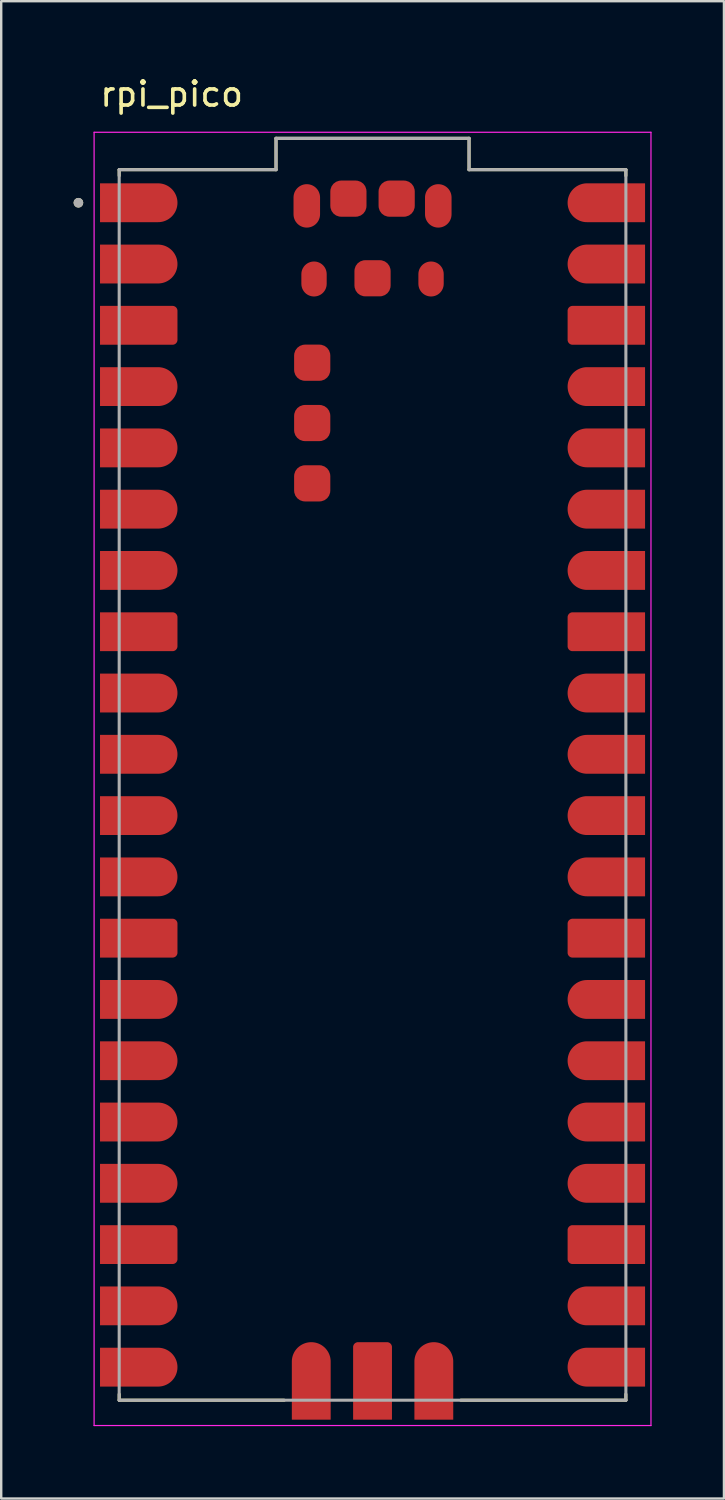
<source format=kicad_pcb>
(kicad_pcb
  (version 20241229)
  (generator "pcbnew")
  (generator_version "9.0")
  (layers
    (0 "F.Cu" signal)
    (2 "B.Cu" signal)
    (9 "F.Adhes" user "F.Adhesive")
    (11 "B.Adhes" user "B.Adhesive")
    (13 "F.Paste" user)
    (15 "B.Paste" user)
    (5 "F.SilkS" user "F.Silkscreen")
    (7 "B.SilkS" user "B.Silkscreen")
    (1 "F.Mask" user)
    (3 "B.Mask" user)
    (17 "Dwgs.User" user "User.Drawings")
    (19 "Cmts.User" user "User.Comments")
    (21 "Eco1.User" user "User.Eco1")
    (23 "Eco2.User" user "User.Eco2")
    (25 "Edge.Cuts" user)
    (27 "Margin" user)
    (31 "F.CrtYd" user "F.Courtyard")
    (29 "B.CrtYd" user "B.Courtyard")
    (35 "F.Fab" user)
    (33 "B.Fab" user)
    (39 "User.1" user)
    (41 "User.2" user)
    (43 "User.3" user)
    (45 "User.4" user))
  (footprint "rpi_pico"
    (layer "F.Cu")
    (at 12.39 29.483)
    (property "Reference" "rpi_pico" (at -8.325 -28.635 0) (layer "F.SilkS") (effects (font (size 1 1) (thickness 0.15))))
    (attr smd)
    (fp_poly (pts (xy -11.39 -23.23) (xy -11.39 -25.03) (xy -8.89 -25.03) (xy -8.843 -25.029) (xy -8.796 -25.025) (xy -8.749 -25.019) (xy -8.703 -25.01) (xy -8.657 -24.999) (xy -8.612 -24.986) (xy -8.567 -24.97) (xy -8.524 -24.952) (xy -8.481 -24.932) (xy -8.44 -24.909) (xy -8.4 -24.885) (xy -8.361 -24.858) (xy -8.324 -24.829) (xy -8.288 -24.799) (xy -8.254 -24.766) (xy -8.221 -24.732) (xy -8.191 -24.696) (xy -8.162 -24.659) (xy -8.135 -24.62) (xy -8.111 -24.58) (xy -8.088 -24.539) (xy -8.068 -24.496) (xy -8.05 -24.453) (xy -8.034 -24.408) (xy -8.021 -24.363) (xy -8.01 -24.317) (xy -8.001 -24.271) (xy -7.995 -24.224) (xy -7.991 -24.177) (xy -7.99 -24.13) (xy -7.991 -24.083) (xy -7.995 -24.036) (xy -8.001 -23.989) (xy -8.01 -23.943) (xy -8.021 -23.897) (xy -8.034 -23.852) (xy -8.05 -23.807) (xy -8.068 -23.764) (xy -8.088 -23.721) (xy -8.111 -23.68) (xy -8.135 -23.64) (xy -8.162 -23.601) (xy -8.191 -23.564) (xy -8.221 -23.528) (xy -8.254 -23.494) (xy -8.288 -23.461) (xy -8.324 -23.431) (xy -8.361 -23.402) (xy -8.4 -23.375) (xy -8.44 -23.351) (xy -8.481 -23.328) (xy -8.524 -23.308) (xy -8.567 -23.29) (xy -8.612 -23.274) (xy -8.657 -23.261) (xy -8.703 -23.25) (xy -8.749 -23.241) (xy -8.796 -23.235) (xy -8.843 -23.231) (xy -8.89 -23.23) (xy -11.39 -23.23)) (stroke (width 0.01) (type solid)) (fill yes) (layer "F.Mask"))
    (fp_poly (pts (xy -11.39 -20.69) (xy -11.39 -22.49) (xy -8.89 -22.49) (xy -8.843 -22.489) (xy -8.796 -22.485) (xy -8.749 -22.479) (xy -8.703 -22.47) (xy -8.657 -22.459) (xy -8.612 -22.446) (xy -8.567 -22.43) (xy -8.524 -22.412) (xy -8.481 -22.392) (xy -8.44 -22.369) (xy -8.4 -22.345) (xy -8.361 -22.318) (xy -8.324 -22.289) (xy -8.288 -22.259) (xy -8.254 -22.226) (xy -8.221 -22.192) (xy -8.191 -22.156) (xy -8.162 -22.119) (xy -8.135 -22.08) (xy -8.111 -22.04) (xy -8.088 -21.999) (xy -8.068 -21.956) (xy -8.05 -21.913) (xy -8.034 -21.868) (xy -8.021 -21.823) (xy -8.01 -21.777) (xy -8.001 -21.731) (xy -7.995 -21.684) (xy -7.991 -21.637) (xy -7.99 -21.59) (xy -7.991 -21.543) (xy -7.995 -21.496) (xy -8.001 -21.449) (xy -8.01 -21.403) (xy -8.021 -21.357) (xy -8.034 -21.312) (xy -8.05 -21.267) (xy -8.068 -21.224) (xy -8.088 -21.181) (xy -8.111 -21.14) (xy -8.135 -21.1) (xy -8.162 -21.061) (xy -8.191 -21.024) (xy -8.221 -20.988) (xy -8.254 -20.954) (xy -8.288 -20.921) (xy -8.324 -20.891) (xy -8.361 -20.862) (xy -8.4 -20.835) (xy -8.44 -20.811) (xy -8.481 -20.788) (xy -8.524 -20.768) (xy -8.567 -20.75) (xy -8.612 -20.734) (xy -8.657 -20.721) (xy -8.703 -20.71) (xy -8.749 -20.701) (xy -8.796 -20.695) (xy -8.843 -20.691) (xy -8.89 -20.69) (xy -11.39 -20.69)) (stroke (width 0.01) (type solid)) (fill yes) (layer "F.Mask"))
    (fp_poly (pts (xy -11.39 -15.61) (xy -11.39 -17.41) (xy -8.89 -17.41) (xy -8.843 -17.409) (xy -8.796 -17.405) (xy -8.749 -17.399) (xy -8.703 -17.39) (xy -8.657 -17.379) (xy -8.612 -17.366) (xy -8.567 -17.35) (xy -8.524 -17.332) (xy -8.481 -17.312) (xy -8.44 -17.289) (xy -8.4 -17.265) (xy -8.361 -17.238) (xy -8.324 -17.209) (xy -8.288 -17.179) (xy -8.254 -17.146) (xy -8.221 -17.112) (xy -8.191 -17.076) (xy -8.162 -17.039) (xy -8.135 -17) (xy -8.111 -16.96) (xy -8.088 -16.919) (xy -8.068 -16.876) (xy -8.05 -16.833) (xy -8.034 -16.788) (xy -8.021 -16.743) (xy -8.01 -16.697) (xy -8.001 -16.651) (xy -7.995 -16.604) (xy -7.991 -16.557) (xy -7.99 -16.51) (xy -7.991 -16.463) (xy -7.995 -16.416) (xy -8.001 -16.369) (xy -8.01 -16.323) (xy -8.021 -16.277) (xy -8.034 -16.232) (xy -8.05 -16.187) (xy -8.068 -16.144) (xy -8.088 -16.101) (xy -8.111 -16.06) (xy -8.135 -16.02) (xy -8.162 -15.981) (xy -8.191 -15.944) (xy -8.221 -15.908) (xy -8.254 -15.874) (xy -8.288 -15.841) (xy -8.324 -15.811) (xy -8.361 -15.782) (xy -8.4 -15.755) (xy -8.44 -15.731) (xy -8.481 -15.708) (xy -8.524 -15.688) (xy -8.567 -15.67) (xy -8.612 -15.654) (xy -8.657 -15.641) (xy -8.703 -15.63) (xy -8.749 -15.621) (xy -8.796 -15.615) (xy -8.843 -15.611) (xy -8.89 -15.61) (xy -11.39 -15.61)) (stroke (width 0.01) (type solid)) (fill yes) (layer "F.Mask"))
    (fp_poly (pts (xy -11.39 -13.07) (xy -11.39 -14.87) (xy -8.89 -14.87) (xy -8.843 -14.869) (xy -8.796 -14.865) (xy -8.749 -14.859) (xy -8.703 -14.85) (xy -8.657 -14.839) (xy -8.612 -14.826) (xy -8.567 -14.81) (xy -8.524 -14.792) (xy -8.481 -14.772) (xy -8.44 -14.749) (xy -8.4 -14.725) (xy -8.361 -14.698) (xy -8.324 -14.669) (xy -8.288 -14.639) (xy -8.254 -14.606) (xy -8.221 -14.572) (xy -8.191 -14.536) (xy -8.162 -14.499) (xy -8.135 -14.46) (xy -8.111 -14.42) (xy -8.088 -14.379) (xy -8.068 -14.336) (xy -8.05 -14.293) (xy -8.034 -14.248) (xy -8.021 -14.203) (xy -8.01 -14.157) (xy -8.001 -14.111) (xy -7.995 -14.064) (xy -7.991 -14.017) (xy -7.99 -13.97) (xy -7.991 -13.923) (xy -7.995 -13.876) (xy -8.001 -13.829) (xy -8.01 -13.783) (xy -8.021 -13.737) (xy -8.034 -13.692) (xy -8.05 -13.647) (xy -8.068 -13.604) (xy -8.088 -13.561) (xy -8.111 -13.52) (xy -8.135 -13.48) (xy -8.162 -13.441) (xy -8.191 -13.404) (xy -8.221 -13.368) (xy -8.254 -13.334) (xy -8.288 -13.301) (xy -8.324 -13.271) (xy -8.361 -13.242) (xy -8.4 -13.215) (xy -8.44 -13.191) (xy -8.481 -13.168) (xy -8.524 -13.148) (xy -8.567 -13.13) (xy -8.612 -13.114) (xy -8.657 -13.101) (xy -8.703 -13.09) (xy -8.749 -13.081) (xy -8.796 -13.075) (xy -8.843 -13.071) (xy -8.89 -13.07) (xy -11.39 -13.07)) (stroke (width 0.01) (type solid)) (fill yes) (layer "F.Mask"))
    (fp_poly (pts (xy -11.39 -10.53) (xy -11.39 -12.33) (xy -8.89 -12.33) (xy -8.843 -12.329) (xy -8.796 -12.325) (xy -8.749 -12.319) (xy -8.703 -12.31) (xy -8.657 -12.299) (xy -8.612 -12.286) (xy -8.567 -12.27) (xy -8.524 -12.252) (xy -8.481 -12.232) (xy -8.44 -12.209) (xy -8.4 -12.185) (xy -8.361 -12.158) (xy -8.324 -12.129) (xy -8.288 -12.099) (xy -8.254 -12.066) (xy -8.221 -12.032) (xy -8.191 -11.996) (xy -8.162 -11.959) (xy -8.135 -11.92) (xy -8.111 -11.88) (xy -8.088 -11.839) (xy -8.068 -11.796) (xy -8.05 -11.753) (xy -8.034 -11.708) (xy -8.021 -11.663) (xy -8.01 -11.617) (xy -8.001 -11.571) (xy -7.995 -11.524) (xy -7.991 -11.477) (xy -7.99 -11.43) (xy -7.991 -11.383) (xy -7.995 -11.336) (xy -8.001 -11.289) (xy -8.01 -11.243) (xy -8.021 -11.197) (xy -8.034 -11.152) (xy -8.05 -11.107) (xy -8.068 -11.064) (xy -8.088 -11.021) (xy -8.111 -10.98) (xy -8.135 -10.94) (xy -8.162 -10.901) (xy -8.191 -10.864) (xy -8.221 -10.828) (xy -8.254 -10.794) (xy -8.288 -10.761) (xy -8.324 -10.731) (xy -8.361 -10.702) (xy -8.4 -10.675) (xy -8.44 -10.651) (xy -8.481 -10.628) (xy -8.524 -10.608) (xy -8.567 -10.59) (xy -8.612 -10.574) (xy -8.657 -10.561) (xy -8.703 -10.55) (xy -8.749 -10.541) (xy -8.796 -10.535) (xy -8.843 -10.531) (xy -8.89 -10.53) (xy -11.39 -10.53)) (stroke (width 0.01) (type solid)) (fill yes) (layer "F.Mask"))
    (fp_poly (pts (xy -11.39 -7.99) (xy -11.39 -9.79) (xy -8.89 -9.79) (xy -8.843 -9.789) (xy -8.796 -9.785) (xy -8.749 -9.779) (xy -8.703 -9.77) (xy -8.657 -9.759) (xy -8.612 -9.746) (xy -8.567 -9.73) (xy -8.524 -9.712) (xy -8.481 -9.692) (xy -8.44 -9.669) (xy -8.4 -9.645) (xy -8.361 -9.618) (xy -8.324 -9.589) (xy -8.288 -9.559) (xy -8.254 -9.526) (xy -8.221 -9.492) (xy -8.191 -9.456) (xy -8.162 -9.419) (xy -8.135 -9.38) (xy -8.111 -9.34) (xy -8.088 -9.299) (xy -8.068 -9.256) (xy -8.05 -9.213) (xy -8.034 -9.168) (xy -8.021 -9.123) (xy -8.01 -9.077) (xy -8.001 -9.031) (xy -7.995 -8.984) (xy -7.991 -8.937) (xy -7.99 -8.89) (xy -7.991 -8.843) (xy -7.995 -8.796) (xy -8.001 -8.749) (xy -8.01 -8.703) (xy -8.021 -8.657) (xy -8.034 -8.612) (xy -8.05 -8.567) (xy -8.068 -8.524) (xy -8.088 -8.481) (xy -8.111 -8.44) (xy -8.135 -8.4) (xy -8.162 -8.361) (xy -8.191 -8.324) (xy -8.221 -8.288) (xy -8.254 -8.254) (xy -8.288 -8.221) (xy -8.324 -8.191) (xy -8.361 -8.162) (xy -8.4 -8.135) (xy -8.44 -8.111) (xy -8.481 -8.088) (xy -8.524 -8.068) (xy -8.567 -8.05) (xy -8.612 -8.034) (xy -8.657 -8.021) (xy -8.703 -8.01) (xy -8.749 -8.001) (xy -8.796 -7.995) (xy -8.843 -7.991) (xy -8.89 -7.99) (xy -11.39 -7.99)) (stroke (width 0.01) (type solid)) (fill yes) (layer "F.Mask"))
    (fp_poly (pts (xy -11.39 -2.91) (xy -11.39 -4.71) (xy -8.89 -4.71) (xy -8.843 -4.709) (xy -8.796 -4.705) (xy -8.749 -4.699) (xy -8.703 -4.69) (xy -8.657 -4.679) (xy -8.612 -4.666) (xy -8.567 -4.65) (xy -8.524 -4.632) (xy -8.481 -4.612) (xy -8.44 -4.589) (xy -8.4 -4.565) (xy -8.361 -4.538) (xy -8.324 -4.509) (xy -8.288 -4.479) (xy -8.254 -4.446) (xy -8.221 -4.412) (xy -8.191 -4.376) (xy -8.162 -4.339) (xy -8.135 -4.3) (xy -8.111 -4.26) (xy -8.088 -4.219) (xy -8.068 -4.176) (xy -8.05 -4.133) (xy -8.034 -4.088) (xy -8.021 -4.043) (xy -8.01 -3.997) (xy -8.001 -3.951) (xy -7.995 -3.904) (xy -7.991 -3.857) (xy -7.99 -3.81) (xy -7.991 -3.763) (xy -7.995 -3.716) (xy -8.001 -3.669) (xy -8.01 -3.623) (xy -8.021 -3.577) (xy -8.034 -3.532) (xy -8.05 -3.487) (xy -8.068 -3.444) (xy -8.088 -3.401) (xy -8.111 -3.36) (xy -8.135 -3.32) (xy -8.162 -3.281) (xy -8.191 -3.244) (xy -8.221 -3.208) (xy -8.254 -3.174) (xy -8.288 -3.141) (xy -8.324 -3.111) (xy -8.361 -3.082) (xy -8.4 -3.055) (xy -8.44 -3.031) (xy -8.481 -3.008) (xy -8.524 -2.988) (xy -8.567 -2.97) (xy -8.612 -2.954) (xy -8.657 -2.941) (xy -8.703 -2.93) (xy -8.749 -2.921) (xy -8.796 -2.915) (xy -8.843 -2.911) (xy -8.89 -2.91) (xy -11.39 -2.91)) (stroke (width 0.01) (type solid)) (fill yes) (layer "F.Mask"))
    (fp_poly (pts (xy -11.39 -0.37) (xy -11.39 -2.17) (xy -8.89 -2.17) (xy -8.843 -2.169) (xy -8.796 -2.165) (xy -8.749 -2.159) (xy -8.703 -2.15) (xy -8.657 -2.139) (xy -8.612 -2.126) (xy -8.567 -2.11) (xy -8.524 -2.092) (xy -8.481 -2.072) (xy -8.44 -2.049) (xy -8.4 -2.025) (xy -8.361 -1.998) (xy -8.324 -1.969) (xy -8.288 -1.939) (xy -8.254 -1.906) (xy -8.221 -1.872) (xy -8.191 -1.836) (xy -8.162 -1.799) (xy -8.135 -1.76) (xy -8.111 -1.72) (xy -8.088 -1.679) (xy -8.068 -1.636) (xy -8.05 -1.593) (xy -8.034 -1.548) (xy -8.021 -1.503) (xy -8.01 -1.457) (xy -8.001 -1.411) (xy -7.995 -1.364) (xy -7.991 -1.317) (xy -7.99 -1.27) (xy -7.991 -1.223) (xy -7.995 -1.176) (xy -8.001 -1.129) (xy -8.01 -1.083) (xy -8.021 -1.037) (xy -8.034 -0.992) (xy -8.05 -0.947) (xy -8.068 -0.904) (xy -8.088 -0.861) (xy -8.111 -0.82) (xy -8.135 -0.78) (xy -8.162 -0.741) (xy -8.191 -0.704) (xy -8.221 -0.668) (xy -8.254 -0.634) (xy -8.288 -0.601) (xy -8.324 -0.571) (xy -8.361 -0.542) (xy -8.4 -0.515) (xy -8.44 -0.491) (xy -8.481 -0.468) (xy -8.524 -0.448) (xy -8.567 -0.43) (xy -8.612 -0.414) (xy -8.657 -0.401) (xy -8.703 -0.39) (xy -8.749 -0.381) (xy -8.796 -0.375) (xy -8.843 -0.371) (xy -8.89 -0.37) (xy -11.39 -0.37)) (stroke (width 0.01) (type solid)) (fill yes) (layer "F.Mask"))
    (fp_poly (pts (xy -11.39 2.17) (xy -11.39 0.37) (xy -8.89 0.37) (xy -8.843 0.371) (xy -8.796 0.375) (xy -8.749 0.381) (xy -8.703 0.39) (xy -8.657 0.401) (xy -8.612 0.414) (xy -8.567 0.43) (xy -8.524 0.448) (xy -8.481 0.468) (xy -8.44 0.491) (xy -8.4 0.515) (xy -8.361 0.542) (xy -8.324 0.571) (xy -8.288 0.601) (xy -8.254 0.634) (xy -8.221 0.668) (xy -8.191 0.704) (xy -8.162 0.741) (xy -8.135 0.78) (xy -8.111 0.82) (xy -8.088 0.861) (xy -8.068 0.904) (xy -8.05 0.947) (xy -8.034 0.992) (xy -8.021 1.037) (xy -8.01 1.083) (xy -8.001 1.129) (xy -7.995 1.176) (xy -7.991 1.223) (xy -7.99 1.27) (xy -7.991 1.317) (xy -7.995 1.364) (xy -8.001 1.411) (xy -8.01 1.457) (xy -8.021 1.503) (xy -8.034 1.548) (xy -8.05 1.593) (xy -8.068 1.636) (xy -8.088 1.679) (xy -8.111 1.72) (xy -8.135 1.76) (xy -8.162 1.799) (xy -8.191 1.836) (xy -8.221 1.872) (xy -8.254 1.906) (xy -8.288 1.939) (xy -8.324 1.969) (xy -8.361 1.998) (xy -8.4 2.025) (xy -8.44 2.049) (xy -8.481 2.072) (xy -8.524 2.092) (xy -8.567 2.11) (xy -8.612 2.126) (xy -8.657 2.139) (xy -8.703 2.15) (xy -8.749 2.159) (xy -8.796 2.165) (xy -8.843 2.169) (xy -8.89 2.17) (xy -11.39 2.17)) (stroke (width 0.01) (type solid)) (fill yes) (layer "F.Mask"))
    (fp_poly (pts (xy -11.39 4.71) (xy -11.39 2.91) (xy -8.89 2.91) (xy -8.843 2.911) (xy -8.796 2.915) (xy -8.749 2.921) (xy -8.703 2.93) (xy -8.657 2.941) (xy -8.612 2.954) (xy -8.567 2.97) (xy -8.524 2.988) (xy -8.481 3.008) (xy -8.44 3.031) (xy -8.4 3.055) (xy -8.361 3.082) (xy -8.324 3.111) (xy -8.288 3.141) (xy -8.254 3.174) (xy -8.221 3.208) (xy -8.191 3.244) (xy -8.162 3.281) (xy -8.135 3.32) (xy -8.111 3.36) (xy -8.088 3.401) (xy -8.068 3.444) (xy -8.05 3.487) (xy -8.034 3.532) (xy -8.021 3.577) (xy -8.01 3.623) (xy -8.001 3.669) (xy -7.995 3.716) (xy -7.991 3.763) (xy -7.99 3.81) (xy -7.991 3.857) (xy -7.995 3.904) (xy -8.001 3.951) (xy -8.01 3.997) (xy -8.021 4.043) (xy -8.034 4.088) (xy -8.05 4.133) (xy -8.068 4.176) (xy -8.088 4.219) (xy -8.111 4.26) (xy -8.135 4.3) (xy -8.162 4.339) (xy -8.191 4.376) (xy -8.221 4.412) (xy -8.254 4.446) (xy -8.288 4.479) (xy -8.324 4.509) (xy -8.361 4.538) (xy -8.4 4.565) (xy -8.44 4.589) (xy -8.481 4.612) (xy -8.524 4.632) (xy -8.567 4.65) (xy -8.612 4.666) (xy -8.657 4.679) (xy -8.703 4.69) (xy -8.749 4.699) (xy -8.796 4.705) (xy -8.843 4.709) (xy -8.89 4.71) (xy -11.39 4.71)) (stroke (width 0.01) (type solid)) (fill yes) (layer "F.Mask"))
    (fp_poly (pts (xy -11.39 9.79) (xy -11.39 7.99) (xy -8.89 7.99) (xy -8.843 7.991) (xy -8.796 7.995) (xy -8.749 8.001) (xy -8.703 8.01) (xy -8.657 8.021) (xy -8.612 8.034) (xy -8.567 8.05) (xy -8.524 8.068) (xy -8.481 8.088) (xy -8.44 8.111) (xy -8.4 8.135) (xy -8.361 8.162) (xy -8.324 8.191) (xy -8.288 8.221) (xy -8.254 8.254) (xy -8.221 8.288) (xy -8.191 8.324) (xy -8.162 8.361) (xy -8.135 8.4) (xy -8.111 8.44) (xy -8.088 8.481) (xy -8.068 8.524) (xy -8.05 8.567) (xy -8.034 8.612) (xy -8.021 8.657) (xy -8.01 8.703) (xy -8.001 8.749) (xy -7.995 8.796) (xy -7.991 8.843) (xy -7.99 8.89) (xy -7.991 8.937) (xy -7.995 8.984) (xy -8.001 9.031) (xy -8.01 9.077) (xy -8.021 9.123) (xy -8.034 9.168) (xy -8.05 9.213) (xy -8.068 9.256) (xy -8.088 9.299) (xy -8.111 9.34) (xy -8.135 9.38) (xy -8.162 9.419) (xy -8.191 9.456) (xy -8.221 9.492) (xy -8.254 9.526) (xy -8.288 9.559) (xy -8.324 9.589) (xy -8.361 9.618) (xy -8.4 9.645) (xy -8.44 9.669) (xy -8.481 9.692) (xy -8.524 9.712) (xy -8.567 9.73) (xy -8.612 9.746) (xy -8.657 9.759) (xy -8.703 9.77) (xy -8.749 9.779) (xy -8.796 9.785) (xy -8.843 9.789) (xy -8.89 9.79) (xy -11.39 9.79)) (stroke (width 0.01) (type solid)) (fill yes) (layer "F.Mask"))
    (fp_poly (pts (xy -11.39 12.33) (xy -11.39 10.53) (xy -8.89 10.53) (xy -8.843 10.531) (xy -8.796 10.535) (xy -8.749 10.541) (xy -8.703 10.55) (xy -8.657 10.561) (xy -8.612 10.574) (xy -8.567 10.59) (xy -8.524 10.608) (xy -8.481 10.628) (xy -8.44 10.651) (xy -8.4 10.675) (xy -8.361 10.702) (xy -8.324 10.731) (xy -8.288 10.761) (xy -8.254 10.794) (xy -8.221 10.828) (xy -8.191 10.864) (xy -8.162 10.901) (xy -8.135 10.94) (xy -8.111 10.98) (xy -8.088 11.021) (xy -8.068 11.064) (xy -8.05 11.107) (xy -8.034 11.152) (xy -8.021 11.197) (xy -8.01 11.243) (xy -8.001 11.289) (xy -7.995 11.336) (xy -7.991 11.383) (xy -7.99 11.43) (xy -7.991 11.477) (xy -7.995 11.524) (xy -8.001 11.571) (xy -8.01 11.617) (xy -8.021 11.663) (xy -8.034 11.708) (xy -8.05 11.753) (xy -8.068 11.796) (xy -8.088 11.839) (xy -8.111 11.88) (xy -8.135 11.92) (xy -8.162 11.959) (xy -8.191 11.996) (xy -8.221 12.032) (xy -8.254 12.066) (xy -8.288 12.099) (xy -8.324 12.129) (xy -8.361 12.158) (xy -8.4 12.185) (xy -8.44 12.209) (xy -8.481 12.232) (xy -8.524 12.252) (xy -8.567 12.27) (xy -8.612 12.286) (xy -8.657 12.299) (xy -8.703 12.31) (xy -8.749 12.319) (xy -8.796 12.325) (xy -8.843 12.329) (xy -8.89 12.33) (xy -11.39 12.33)) (stroke (width 0.01) (type solid)) (fill yes) (layer "F.Mask"))
    (fp_poly (pts (xy -11.39 14.87) (xy -11.39 13.07) (xy -8.89 13.07) (xy -8.843 13.071) (xy -8.796 13.075) (xy -8.749 13.081) (xy -8.703 13.09) (xy -8.657 13.101) (xy -8.612 13.114) (xy -8.567 13.13) (xy -8.524 13.148) (xy -8.481 13.168) (xy -8.44 13.191) (xy -8.4 13.215) (xy -8.361 13.242) (xy -8.324 13.271) (xy -8.288 13.301) (xy -8.254 13.334) (xy -8.221 13.368) (xy -8.191 13.404) (xy -8.162 13.441) (xy -8.135 13.48) (xy -8.111 13.52) (xy -8.088 13.561) (xy -8.068 13.604) (xy -8.05 13.647) (xy -8.034 13.692) (xy -8.021 13.737) (xy -8.01 13.783) (xy -8.001 13.829) (xy -7.995 13.876) (xy -7.991 13.923) (xy -7.99 13.97) (xy -7.991 14.017) (xy -7.995 14.064) (xy -8.001 14.111) (xy -8.01 14.157) (xy -8.021 14.203) (xy -8.034 14.248) (xy -8.05 14.293) (xy -8.068 14.336) (xy -8.088 14.379) (xy -8.111 14.42) (xy -8.135 14.46) (xy -8.162 14.499) (xy -8.191 14.536) (xy -8.221 14.572) (xy -8.254 14.606) (xy -8.288 14.639) (xy -8.324 14.669) (xy -8.361 14.698) (xy -8.4 14.725) (xy -8.44 14.749) (xy -8.481 14.772) (xy -8.524 14.792) (xy -8.567 14.81) (xy -8.612 14.826) (xy -8.657 14.839) (xy -8.703 14.85) (xy -8.749 14.859) (xy -8.796 14.865) (xy -8.843 14.869) (xy -8.89 14.87) (xy -11.39 14.87)) (stroke (width 0.01) (type solid)) (fill yes) (layer "F.Mask"))
    (fp_poly (pts (xy -11.39 17.41) (xy -11.39 15.61) (xy -8.89 15.61) (xy -8.843 15.611) (xy -8.796 15.615) (xy -8.749 15.621) (xy -8.703 15.63) (xy -8.657 15.641) (xy -8.612 15.654) (xy -8.567 15.67) (xy -8.524 15.688) (xy -8.481 15.708) (xy -8.44 15.731) (xy -8.4 15.755) (xy -8.361 15.782) (xy -8.324 15.811) (xy -8.288 15.841) (xy -8.254 15.874) (xy -8.221 15.908) (xy -8.191 15.944) (xy -8.162 15.981) (xy -8.135 16.02) (xy -8.111 16.06) (xy -8.088 16.101) (xy -8.068 16.144) (xy -8.05 16.187) (xy -8.034 16.232) (xy -8.021 16.277) (xy -8.01 16.323) (xy -8.001 16.369) (xy -7.995 16.416) (xy -7.991 16.463) (xy -7.99 16.51) (xy -7.991 16.557) (xy -7.995 16.604) (xy -8.001 16.651) (xy -8.01 16.697) (xy -8.021 16.743) (xy -8.034 16.788) (xy -8.05 16.833) (xy -8.068 16.876) (xy -8.088 16.919) (xy -8.111 16.96) (xy -8.135 17) (xy -8.162 17.039) (xy -8.191 17.076) (xy -8.221 17.112) (xy -8.254 17.146) (xy -8.288 17.179) (xy -8.324 17.209) (xy -8.361 17.238) (xy -8.4 17.265) (xy -8.44 17.289) (xy -8.481 17.312) (xy -8.524 17.332) (xy -8.567 17.35) (xy -8.612 17.366) (xy -8.657 17.379) (xy -8.703 17.39) (xy -8.749 17.399) (xy -8.796 17.405) (xy -8.843 17.409) (xy -8.89 17.41) (xy -11.39 17.41)) (stroke (width 0.01) (type solid)) (fill yes) (layer "F.Mask"))
    (fp_poly (pts (xy -11.39 22.49) (xy -11.39 20.69) (xy -8.89 20.69) (xy -8.843 20.691) (xy -8.796 20.695) (xy -8.749 20.701) (xy -8.703 20.71) (xy -8.657 20.721) (xy -8.612 20.734) (xy -8.567 20.75) (xy -8.524 20.768) (xy -8.481 20.788) (xy -8.44 20.811) (xy -8.4 20.835) (xy -8.361 20.862) (xy -8.324 20.891) (xy -8.288 20.921) (xy -8.254 20.954) (xy -8.221 20.988) (xy -8.191 21.024) (xy -8.162 21.061) (xy -8.135 21.1) (xy -8.111 21.14) (xy -8.088 21.181) (xy -8.068 21.224) (xy -8.05 21.267) (xy -8.034 21.312) (xy -8.021 21.357) (xy -8.01 21.403) (xy -8.001 21.449) (xy -7.995 21.496) (xy -7.991 21.543) (xy -7.99 21.59) (xy -7.991 21.637) (xy -7.995 21.684) (xy -8.001 21.731) (xy -8.01 21.777) (xy -8.021 21.823) (xy -8.034 21.868) (xy -8.05 21.913) (xy -8.068 21.956) (xy -8.088 21.999) (xy -8.111 22.04) (xy -8.135 22.08) (xy -8.162 22.119) (xy -8.191 22.156) (xy -8.221 22.192) (xy -8.254 22.226) (xy -8.288 22.259) (xy -8.324 22.289) (xy -8.361 22.318) (xy -8.4 22.345) (xy -8.44 22.369) (xy -8.481 22.392) (xy -8.524 22.412) (xy -8.567 22.43) (xy -8.612 22.446) (xy -8.657 22.459) (xy -8.703 22.47) (xy -8.749 22.479) (xy -8.796 22.485) (xy -8.843 22.489) (xy -8.89 22.49) (xy -11.39 22.49)) (stroke (width 0.01) (type solid)) (fill yes) (layer "F.Mask"))
    (fp_poly (pts (xy -11.39 25.03) (xy -11.39 23.23) (xy -8.89 23.23) (xy -8.843 23.231) (xy -8.796 23.235) (xy -8.749 23.241) (xy -8.703 23.25) (xy -8.657 23.261) (xy -8.612 23.274) (xy -8.567 23.29) (xy -8.524 23.308) (xy -8.481 23.328) (xy -8.44 23.351) (xy -8.4 23.375) (xy -8.361 23.402) (xy -8.324 23.431) (xy -8.288 23.461) (xy -8.254 23.494) (xy -8.221 23.528) (xy -8.191 23.564) (xy -8.162 23.601) (xy -8.135 23.64) (xy -8.111 23.68) (xy -8.088 23.721) (xy -8.068 23.764) (xy -8.05 23.807) (xy -8.034 23.852) (xy -8.021 23.897) (xy -8.01 23.943) (xy -8.001 23.989) (xy -7.995 24.036) (xy -7.991 24.083) (xy -7.99 24.13) (xy -7.991 24.177) (xy -7.995 24.224) (xy -8.001 24.271) (xy -8.01 24.317) (xy -8.021 24.363) (xy -8.034 24.408) (xy -8.05 24.453) (xy -8.068 24.496) (xy -8.088 24.539) (xy -8.111 24.58) (xy -8.135 24.62) (xy -8.162 24.659) (xy -8.191 24.696) (xy -8.221 24.732) (xy -8.254 24.766) (xy -8.288 24.799) (xy -8.324 24.829) (xy -8.361 24.858) (xy -8.4 24.885) (xy -8.44 24.909) (xy -8.481 24.932) (xy -8.524 24.952) (xy -8.567 24.97) (xy -8.612 24.986) (xy -8.657 24.999) (xy -8.703 25.01) (xy -8.749 25.019) (xy -8.796 25.025) (xy -8.843 25.029) (xy -8.89 25.03) (xy -11.39 25.03)) (stroke (width 0.01) (type solid)) (fill yes) (layer "F.Mask"))
    (fp_poly (pts (xy -3.44 26.4) (xy -3.44 23.9) (xy -3.439 23.853) (xy -3.435 23.806) (xy -3.429 23.759) (xy -3.42 23.713) (xy -3.409 23.667) (xy -3.396 23.622) (xy -3.38 23.577) (xy -3.362 23.534) (xy -3.342 23.491) (xy -3.319 23.45) (xy -3.295 23.41) (xy -3.268 23.371) (xy -3.239 23.334) (xy -3.209 23.298) (xy -3.176 23.264) (xy -3.142 23.231) (xy -3.106 23.201) (xy -3.069 23.172) (xy -3.03 23.145) (xy -2.99 23.121) (xy -2.949 23.098) (xy -2.906 23.078) (xy -2.863 23.06) (xy -2.818 23.044) (xy -2.773 23.031) (xy -2.727 23.02) (xy -2.681 23.011) (xy -2.634 23.005) (xy -2.587 23.001) (xy -2.54 23) (xy -2.493 23.001) (xy -2.446 23.005) (xy -2.399 23.011) (xy -2.353 23.02) (xy -2.307 23.031) (xy -2.262 23.044) (xy -2.217 23.06) (xy -2.174 23.078) (xy -2.131 23.098) (xy -2.09 23.121) (xy -2.05 23.145) (xy -2.011 23.172) (xy -1.974 23.201) (xy -1.938 23.231) (xy -1.904 23.264) (xy -1.871 23.298) (xy -1.841 23.334) (xy -1.812 23.371) (xy -1.785 23.41) (xy -1.761 23.45) (xy -1.738 23.491) (xy -1.718 23.534) (xy -1.7 23.577) (xy -1.684 23.622) (xy -1.671 23.667) (xy -1.66 23.713) (xy -1.651 23.759) (xy -1.645 23.806) (xy -1.641 23.853) (xy -1.64 23.9) (xy -1.64 26.4) (xy -3.44 26.4)) (stroke (width 0.01) (type solid)) (fill yes) (layer "F.Mask"))
    (fp_poly (pts (xy 1.64 26.4) (xy 1.64 23.9) (xy 1.641 23.853) (xy 1.645 23.806) (xy 1.651 23.759) (xy 1.66 23.713) (xy 1.671 23.667) (xy 1.684 23.622) (xy 1.7 23.577) (xy 1.718 23.534) (xy 1.738 23.491) (xy 1.761 23.45) (xy 1.785 23.41) (xy 1.812 23.371) (xy 1.841 23.334) (xy 1.871 23.298) (xy 1.904 23.264) (xy 1.938 23.231) (xy 1.974 23.201) (xy 2.011 23.172) (xy 2.05 23.145) (xy 2.09 23.121) (xy 2.131 23.098) (xy 2.174 23.078) (xy 2.217 23.06) (xy 2.262 23.044) (xy 2.307 23.031) (xy 2.353 23.02) (xy 2.399 23.011) (xy 2.446 23.005) (xy 2.493 23.001) (xy 2.54 23) (xy 2.587 23.001) (xy 2.634 23.005) (xy 2.681 23.011) (xy 2.727 23.02) (xy 2.773 23.031) (xy 2.818 23.044) (xy 2.863 23.06) (xy 2.906 23.078) (xy 2.949 23.098) (xy 2.99 23.121) (xy 3.03 23.145) (xy 3.069 23.172) (xy 3.106 23.201) (xy 3.142 23.231) (xy 3.176 23.264) (xy 3.209 23.298) (xy 3.239 23.334) (xy 3.268 23.371) (xy 3.295 23.41) (xy 3.319 23.45) (xy 3.342 23.491) (xy 3.362 23.534) (xy 3.38 23.577) (xy 3.396 23.622) (xy 3.409 23.667) (xy 3.42 23.713) (xy 3.429 23.759) (xy 3.435 23.806) (xy 3.439 23.853) (xy 3.44 23.9) (xy 3.44 26.4) (xy 1.64 26.4)) (stroke (width 0.01) (type solid)) (fill yes) (layer "F.Mask"))
    (fp_poly (pts (xy 11.39 -23.23) (xy 11.39 -25.03) (xy 8.89 -25.03) (xy 8.843 -25.029) (xy 8.796 -25.025) (xy 8.749 -25.019) (xy 8.703 -25.01) (xy 8.657 -24.999) (xy 8.612 -24.986) (xy 8.567 -24.97) (xy 8.524 -24.952) (xy 8.481 -24.932) (xy 8.44 -24.909) (xy 8.4 -24.885) (xy 8.361 -24.858) (xy 8.324 -24.829) (xy 8.288 -24.799) (xy 8.254 -24.766) (xy 8.221 -24.732) (xy 8.191 -24.696) (xy 8.162 -24.659) (xy 8.135 -24.62) (xy 8.111 -24.58) (xy 8.088 -24.539) (xy 8.068 -24.496) (xy 8.05 -24.453) (xy 8.034 -24.408) (xy 8.021 -24.363) (xy 8.01 -24.317) (xy 8.001 -24.271) (xy 7.995 -24.224) (xy 7.991 -24.177) (xy 7.99 -24.13) (xy 7.991 -24.083) (xy 7.995 -24.036) (xy 8.001 -23.989) (xy 8.01 -23.943) (xy 8.021 -23.897) (xy 8.034 -23.852) (xy 8.05 -23.807) (xy 8.068 -23.764) (xy 8.088 -23.721) (xy 8.111 -23.68) (xy 8.135 -23.64) (xy 8.162 -23.601) (xy 8.191 -23.564) (xy 8.221 -23.528) (xy 8.254 -23.494) (xy 8.288 -23.461) (xy 8.324 -23.431) (xy 8.361 -23.402) (xy 8.4 -23.375) (xy 8.44 -23.351) (xy 8.481 -23.328) (xy 8.524 -23.308) (xy 8.567 -23.29) (xy 8.612 -23.274) (xy 8.657 -23.261) (xy 8.703 -23.25) (xy 8.749 -23.241) (xy 8.796 -23.235) (xy 8.843 -23.231) (xy 8.89 -23.23) (xy 11.39 -23.23)) (stroke (width 0.01) (type solid)) (fill yes) (layer "F.Mask"))
    (fp_poly (pts (xy 11.39 -20.69) (xy 11.39 -22.49) (xy 8.89 -22.49) (xy 8.843 -22.489) (xy 8.796 -22.485) (xy 8.749 -22.479) (xy 8.703 -22.47) (xy 8.657 -22.459) (xy 8.612 -22.446) (xy 8.567 -22.43) (xy 8.524 -22.412) (xy 8.481 -22.392) (xy 8.44 -22.369) (xy 8.4 -22.345) (xy 8.361 -22.318) (xy 8.324 -22.289) (xy 8.288 -22.259) (xy 8.254 -22.226) (xy 8.221 -22.192) (xy 8.191 -22.156) (xy 8.162 -22.119) (xy 8.135 -22.08) (xy 8.111 -22.04) (xy 8.088 -21.999) (xy 8.068 -21.956) (xy 8.05 -21.913) (xy 8.034 -21.868) (xy 8.021 -21.823) (xy 8.01 -21.777) (xy 8.001 -21.731) (xy 7.995 -21.684) (xy 7.991 -21.637) (xy 7.99 -21.59) (xy 7.991 -21.543) (xy 7.995 -21.496) (xy 8.001 -21.449) (xy 8.01 -21.403) (xy 8.021 -21.357) (xy 8.034 -21.312) (xy 8.05 -21.267) (xy 8.068 -21.224) (xy 8.088 -21.181) (xy 8.111 -21.14) (xy 8.135 -21.1) (xy 8.162 -21.061) (xy 8.191 -21.024) (xy 8.221 -20.988) (xy 8.254 -20.954) (xy 8.288 -20.921) (xy 8.324 -20.891) (xy 8.361 -20.862) (xy 8.4 -20.835) (xy 8.44 -20.811) (xy 8.481 -20.788) (xy 8.524 -20.768) (xy 8.567 -20.75) (xy 8.612 -20.734) (xy 8.657 -20.721) (xy 8.703 -20.71) (xy 8.749 -20.701) (xy 8.796 -20.695) (xy 8.843 -20.691) (xy 8.89 -20.69) (xy 11.39 -20.69)) (stroke (width 0.01) (type solid)) (fill yes) (layer "F.Mask"))
    (fp_poly (pts (xy 11.39 -15.61) (xy 11.39 -17.41) (xy 8.89 -17.41) (xy 8.843 -17.409) (xy 8.796 -17.405) (xy 8.749 -17.399) (xy 8.703 -17.39) (xy 8.657 -17.379) (xy 8.612 -17.366) (xy 8.567 -17.35) (xy 8.524 -17.332) (xy 8.481 -17.312) (xy 8.44 -17.289) (xy 8.4 -17.265) (xy 8.361 -17.238) (xy 8.324 -17.209) (xy 8.288 -17.179) (xy 8.254 -17.146) (xy 8.221 -17.112) (xy 8.191 -17.076) (xy 8.162 -17.039) (xy 8.135 -17) (xy 8.111 -16.96) (xy 8.088 -16.919) (xy 8.068 -16.876) (xy 8.05 -16.833) (xy 8.034 -16.788) (xy 8.021 -16.743) (xy 8.01 -16.697) (xy 8.001 -16.651) (xy 7.995 -16.604) (xy 7.991 -16.557) (xy 7.99 -16.51) (xy 7.991 -16.463) (xy 7.995 -16.416) (xy 8.001 -16.369) (xy 8.01 -16.323) (xy 8.021 -16.277) (xy 8.034 -16.232) (xy 8.05 -16.187) (xy 8.068 -16.144) (xy 8.088 -16.101) (xy 8.111 -16.06) (xy 8.135 -16.02) (xy 8.162 -15.981) (xy 8.191 -15.944) (xy 8.221 -15.908) (xy 8.254 -15.874) (xy 8.288 -15.841) (xy 8.324 -15.811) (xy 8.361 -15.782) (xy 8.4 -15.755) (xy 8.44 -15.731) (xy 8.481 -15.708) (xy 8.524 -15.688) (xy 8.567 -15.67) (xy 8.612 -15.654) (xy 8.657 -15.641) (xy 8.703 -15.63) (xy 8.749 -15.621) (xy 8.796 -15.615) (xy 8.843 -15.611) (xy 8.89 -15.61) (xy 11.39 -15.61)) (stroke (width 0.01) (type solid)) (fill yes) (layer "F.Mask"))
    (fp_poly (pts (xy 11.39 -13.07) (xy 11.39 -14.87) (xy 8.89 -14.87) (xy 8.843 -14.869) (xy 8.796 -14.865) (xy 8.749 -14.859) (xy 8.703 -14.85) (xy 8.657 -14.839) (xy 8.612 -14.826) (xy 8.567 -14.81) (xy 8.524 -14.792) (xy 8.481 -14.772) (xy 8.44 -14.749) (xy 8.4 -14.725) (xy 8.361 -14.698) (xy 8.324 -14.669) (xy 8.288 -14.639) (xy 8.254 -14.606) (xy 8.221 -14.572) (xy 8.191 -14.536) (xy 8.162 -14.499) (xy 8.135 -14.46) (xy 8.111 -14.42) (xy 8.088 -14.379) (xy 8.068 -14.336) (xy 8.05 -14.293) (xy 8.034 -14.248) (xy 8.021 -14.203) (xy 8.01 -14.157) (xy 8.001 -14.111) (xy 7.995 -14.064) (xy 7.991 -14.017) (xy 7.99 -13.97) (xy 7.991 -13.923) (xy 7.995 -13.876) (xy 8.001 -13.829) (xy 8.01 -13.783) (xy 8.021 -13.737) (xy 8.034 -13.692) (xy 8.05 -13.647) (xy 8.068 -13.604) (xy 8.088 -13.561) (xy 8.111 -13.52) (xy 8.135 -13.48) (xy 8.162 -13.441) (xy 8.191 -13.404) (xy 8.221 -13.368) (xy 8.254 -13.334) (xy 8.288 -13.301) (xy 8.324 -13.271) (xy 8.361 -13.242) (xy 8.4 -13.215) (xy 8.44 -13.191) (xy 8.481 -13.168) (xy 8.524 -13.148) (xy 8.567 -13.13) (xy 8.612 -13.114) (xy 8.657 -13.101) (xy 8.703 -13.09) (xy 8.749 -13.081) (xy 8.796 -13.075) (xy 8.843 -13.071) (xy 8.89 -13.07) (xy 11.39 -13.07)) (stroke (width 0.01) (type solid)) (fill yes) (layer "F.Mask"))
    (fp_poly (pts (xy 11.39 -10.53) (xy 11.39 -12.33) (xy 8.89 -12.33) (xy 8.843 -12.329) (xy 8.796 -12.325) (xy 8.749 -12.319) (xy 8.703 -12.31) (xy 8.657 -12.299) (xy 8.612 -12.286) (xy 8.567 -12.27) (xy 8.524 -12.252) (xy 8.481 -12.232) (xy 8.44 -12.209) (xy 8.4 -12.185) (xy 8.361 -12.158) (xy 8.324 -12.129) (xy 8.288 -12.099) (xy 8.254 -12.066) (xy 8.221 -12.032) (xy 8.191 -11.996) (xy 8.162 -11.959) (xy 8.135 -11.92) (xy 8.111 -11.88) (xy 8.088 -11.839) (xy 8.068 -11.796) (xy 8.05 -11.753) (xy 8.034 -11.708) (xy 8.021 -11.663) (xy 8.01 -11.617) (xy 8.001 -11.571) (xy 7.995 -11.524) (xy 7.991 -11.477) (xy 7.99 -11.43) (xy 7.991 -11.383) (xy 7.995 -11.336) (xy 8.001 -11.289) (xy 8.01 -11.243) (xy 8.021 -11.197) (xy 8.034 -11.152) (xy 8.05 -11.107) (xy 8.068 -11.064) (xy 8.088 -11.021) (xy 8.111 -10.98) (xy 8.135 -10.94) (xy 8.162 -10.901) (xy 8.191 -10.864) (xy 8.221 -10.828) (xy 8.254 -10.794) (xy 8.288 -10.761) (xy 8.324 -10.731) (xy 8.361 -10.702) (xy 8.4 -10.675) (xy 8.44 -10.651) (xy 8.481 -10.628) (xy 8.524 -10.608) (xy 8.567 -10.59) (xy 8.612 -10.574) (xy 8.657 -10.561) (xy 8.703 -10.55) (xy 8.749 -10.541) (xy 8.796 -10.535) (xy 8.843 -10.531) (xy 8.89 -10.53) (xy 11.39 -10.53)) (stroke (width 0.01) (type solid)) (fill yes) (layer "F.Mask"))
    (fp_poly (pts (xy 11.39 -7.99) (xy 11.39 -9.79) (xy 8.89 -9.79) (xy 8.843 -9.789) (xy 8.796 -9.785) (xy 8.749 -9.779) (xy 8.703 -9.77) (xy 8.657 -9.759) (xy 8.612 -9.746) (xy 8.567 -9.73) (xy 8.524 -9.712) (xy 8.481 -9.692) (xy 8.44 -9.669) (xy 8.4 -9.645) (xy 8.361 -9.618) (xy 8.324 -9.589) (xy 8.288 -9.559) (xy 8.254 -9.526) (xy 8.221 -9.492) (xy 8.191 -9.456) (xy 8.162 -9.419) (xy 8.135 -9.38) (xy 8.111 -9.34) (xy 8.088 -9.299) (xy 8.068 -9.256) (xy 8.05 -9.213) (xy 8.034 -9.168) (xy 8.021 -9.123) (xy 8.01 -9.077) (xy 8.001 -9.031) (xy 7.995 -8.984) (xy 7.991 -8.937) (xy 7.99 -8.89) (xy 7.991 -8.843) (xy 7.995 -8.796) (xy 8.001 -8.749) (xy 8.01 -8.703) (xy 8.021 -8.657) (xy 8.034 -8.612) (xy 8.05 -8.567) (xy 8.068 -8.524) (xy 8.088 -8.481) (xy 8.111 -8.44) (xy 8.135 -8.4) (xy 8.162 -8.361) (xy 8.191 -8.324) (xy 8.221 -8.288) (xy 8.254 -8.254) (xy 8.288 -8.221) (xy 8.324 -8.191) (xy 8.361 -8.162) (xy 8.4 -8.135) (xy 8.44 -8.111) (xy 8.481 -8.088) (xy 8.524 -8.068) (xy 8.567 -8.05) (xy 8.612 -8.034) (xy 8.657 -8.021) (xy 8.703 -8.01) (xy 8.749 -8.001) (xy 8.796 -7.995) (xy 8.843 -7.991) (xy 8.89 -7.99) (xy 11.39 -7.99)) (stroke (width 0.01) (type solid)) (fill yes) (layer "F.Mask"))
    (fp_poly (pts (xy 11.39 -2.91) (xy 11.39 -4.71) (xy 8.89 -4.71) (xy 8.843 -4.709) (xy 8.796 -4.705) (xy 8.749 -4.699) (xy 8.703 -4.69) (xy 8.657 -4.679) (xy 8.612 -4.666) (xy 8.567 -4.65) (xy 8.524 -4.632) (xy 8.481 -4.612) (xy 8.44 -4.589) (xy 8.4 -4.565) (xy 8.361 -4.538) (xy 8.324 -4.509) (xy 8.288 -4.479) (xy 8.254 -4.446) (xy 8.221 -4.412) (xy 8.191 -4.376) (xy 8.162 -4.339) (xy 8.135 -4.3) (xy 8.111 -4.26) (xy 8.088 -4.219) (xy 8.068 -4.176) (xy 8.05 -4.133) (xy 8.034 -4.088) (xy 8.021 -4.043) (xy 8.01 -3.997) (xy 8.001 -3.951) (xy 7.995 -3.904) (xy 7.991 -3.857) (xy 7.99 -3.81) (xy 7.991 -3.763) (xy 7.995 -3.716) (xy 8.001 -3.669) (xy 8.01 -3.623) (xy 8.021 -3.577) (xy 8.034 -3.532) (xy 8.05 -3.487) (xy 8.068 -3.444) (xy 8.088 -3.401) (xy 8.111 -3.36) (xy 8.135 -3.32) (xy 8.162 -3.281) (xy 8.191 -3.244) (xy 8.221 -3.208) (xy 8.254 -3.174) (xy 8.288 -3.141) (xy 8.324 -3.111) (xy 8.361 -3.082) (xy 8.4 -3.055) (xy 8.44 -3.031) (xy 8.481 -3.008) (xy 8.524 -2.988) (xy 8.567 -2.97) (xy 8.612 -2.954) (xy 8.657 -2.941) (xy 8.703 -2.93) (xy 8.749 -2.921) (xy 8.796 -2.915) (xy 8.843 -2.911) (xy 8.89 -2.91) (xy 11.39 -2.91)) (stroke (width 0.01) (type solid)) (fill yes) (layer "F.Mask"))
    (fp_poly (pts (xy 11.39 -0.37) (xy 11.39 -2.17) (xy 8.89 -2.17) (xy 8.843 -2.169) (xy 8.796 -2.165) (xy 8.749 -2.159) (xy 8.703 -2.15) (xy 8.657 -2.139) (xy 8.612 -2.126) (xy 8.567 -2.11) (xy 8.524 -2.092) (xy 8.481 -2.072) (xy 8.44 -2.049) (xy 8.4 -2.025) (xy 8.361 -1.998) (xy 8.324 -1.969) (xy 8.288 -1.939) (xy 8.254 -1.906) (xy 8.221 -1.872) (xy 8.191 -1.836) (xy 8.162 -1.799) (xy 8.135 -1.76) (xy 8.111 -1.72) (xy 8.088 -1.679) (xy 8.068 -1.636) (xy 8.05 -1.593) (xy 8.034 -1.548) (xy 8.021 -1.503) (xy 8.01 -1.457) (xy 8.001 -1.411) (xy 7.995 -1.364) (xy 7.991 -1.317) (xy 7.99 -1.27) (xy 7.991 -1.223) (xy 7.995 -1.176) (xy 8.001 -1.129) (xy 8.01 -1.083) (xy 8.021 -1.037) (xy 8.034 -0.992) (xy 8.05 -0.947) (xy 8.068 -0.904) (xy 8.088 -0.861) (xy 8.111 -0.82) (xy 8.135 -0.78) (xy 8.162 -0.741) (xy 8.191 -0.704) (xy 8.221 -0.668) (xy 8.254 -0.634) (xy 8.288 -0.601) (xy 8.324 -0.571) (xy 8.361 -0.542) (xy 8.4 -0.515) (xy 8.44 -0.491) (xy 8.481 -0.468) (xy 8.524 -0.448) (xy 8.567 -0.43) (xy 8.612 -0.414) (xy 8.657 -0.401) (xy 8.703 -0.39) (xy 8.749 -0.381) (xy 8.796 -0.375) (xy 8.843 -0.371) (xy 8.89 -0.37) (xy 11.39 -0.37)) (stroke (width 0.01) (type solid)) (fill yes) (layer "F.Mask"))
    (fp_poly (pts (xy 11.39 2.17) (xy 11.39 0.37) (xy 8.89 0.37) (xy 8.843 0.371) (xy 8.796 0.375) (xy 8.749 0.381) (xy 8.703 0.39) (xy 8.657 0.401) (xy 8.612 0.414) (xy 8.567 0.43) (xy 8.524 0.448) (xy 8.481 0.468) (xy 8.44 0.491) (xy 8.4 0.515) (xy 8.361 0.542) (xy 8.324 0.571) (xy 8.288 0.601) (xy 8.254 0.634) (xy 8.221 0.668) (xy 8.191 0.704) (xy 8.162 0.741) (xy 8.135 0.78) (xy 8.111 0.82) (xy 8.088 0.861) (xy 8.068 0.904) (xy 8.05 0.947) (xy 8.034 0.992) (xy 8.021 1.037) (xy 8.01 1.083) (xy 8.001 1.129) (xy 7.995 1.176) (xy 7.991 1.223) (xy 7.99 1.27) (xy 7.991 1.317) (xy 7.995 1.364) (xy 8.001 1.411) (xy 8.01 1.457) (xy 8.021 1.503) (xy 8.034 1.548) (xy 8.05 1.593) (xy 8.068 1.636) (xy 8.088 1.679) (xy 8.111 1.72) (xy 8.135 1.76) (xy 8.162 1.799) (xy 8.191 1.836) (xy 8.221 1.872) (xy 8.254 1.906) (xy 8.288 1.939) (xy 8.324 1.969) (xy 8.361 1.998) (xy 8.4 2.025) (xy 8.44 2.049) (xy 8.481 2.072) (xy 8.524 2.092) (xy 8.567 2.11) (xy 8.612 2.126) (xy 8.657 2.139) (xy 8.703 2.15) (xy 8.749 2.159) (xy 8.796 2.165) (xy 8.843 2.169) (xy 8.89 2.17) (xy 11.39 2.17)) (stroke (width 0.01) (type solid)) (fill yes) (layer "F.Mask"))
    (fp_poly (pts (xy 11.39 4.71) (xy 11.39 2.91) (xy 8.89 2.91) (xy 8.843 2.911) (xy 8.796 2.915) (xy 8.749 2.921) (xy 8.703 2.93) (xy 8.657 2.941) (xy 8.612 2.954) (xy 8.567 2.97) (xy 8.524 2.988) (xy 8.481 3.008) (xy 8.44 3.031) (xy 8.4 3.055) (xy 8.361 3.082) (xy 8.324 3.111) (xy 8.288 3.141) (xy 8.254 3.174) (xy 8.221 3.208) (xy 8.191 3.244) (xy 8.162 3.281) (xy 8.135 3.32) (xy 8.111 3.36) (xy 8.088 3.401) (xy 8.068 3.444) (xy 8.05 3.487) (xy 8.034 3.532) (xy 8.021 3.577) (xy 8.01 3.623) (xy 8.001 3.669) (xy 7.995 3.716) (xy 7.991 3.763) (xy 7.99 3.81) (xy 7.991 3.857) (xy 7.995 3.904) (xy 8.001 3.951) (xy 8.01 3.997) (xy 8.021 4.043) (xy 8.034 4.088) (xy 8.05 4.133) (xy 8.068 4.176) (xy 8.088 4.219) (xy 8.111 4.26) (xy 8.135 4.3) (xy 8.162 4.339) (xy 8.191 4.376) (xy 8.221 4.412) (xy 8.254 4.446) (xy 8.288 4.479) (xy 8.324 4.509) (xy 8.361 4.538) (xy 8.4 4.565) (xy 8.44 4.589) (xy 8.481 4.612) (xy 8.524 4.632) (xy 8.567 4.65) (xy 8.612 4.666) (xy 8.657 4.679) (xy 8.703 4.69) (xy 8.749 4.699) (xy 8.796 4.705) (xy 8.843 4.709) (xy 8.89 4.71) (xy 11.39 4.71)) (stroke (width 0.01) (type solid)) (fill yes) (layer "F.Mask"))
    (fp_poly (pts (xy 11.39 9.79) (xy 11.39 7.99) (xy 8.89 7.99) (xy 8.843 7.991) (xy 8.796 7.995) (xy 8.749 8.001) (xy 8.703 8.01) (xy 8.657 8.021) (xy 8.612 8.034) (xy 8.567 8.05) (xy 8.524 8.068) (xy 8.481 8.088) (xy 8.44 8.111) (xy 8.4 8.135) (xy 8.361 8.162) (xy 8.324 8.191) (xy 8.288 8.221) (xy 8.254 8.254) (xy 8.221 8.288) (xy 8.191 8.324) (xy 8.162 8.361) (xy 8.135 8.4) (xy 8.111 8.44) (xy 8.088 8.481) (xy 8.068 8.524) (xy 8.05 8.567) (xy 8.034 8.612) (xy 8.021 8.657) (xy 8.01 8.703) (xy 8.001 8.749) (xy 7.995 8.796) (xy 7.991 8.843) (xy 7.99 8.89) (xy 7.991 8.937) (xy 7.995 8.984) (xy 8.001 9.031) (xy 8.01 9.077) (xy 8.021 9.123) (xy 8.034 9.168) (xy 8.05 9.213) (xy 8.068 9.256) (xy 8.088 9.299) (xy 8.111 9.34) (xy 8.135 9.38) (xy 8.162 9.419) (xy 8.191 9.456) (xy 8.221 9.492) (xy 8.254 9.526) (xy 8.288 9.559) (xy 8.324 9.589) (xy 8.361 9.618) (xy 8.4 9.645) (xy 8.44 9.669) (xy 8.481 9.692) (xy 8.524 9.712) (xy 8.567 9.73) (xy 8.612 9.746) (xy 8.657 9.759) (xy 8.703 9.77) (xy 8.749 9.779) (xy 8.796 9.785) (xy 8.843 9.789) (xy 8.89 9.79) (xy 11.39 9.79)) (stroke (width 0.01) (type solid)) (fill yes) (layer "F.Mask"))
    (fp_poly (pts (xy 11.39 12.33) (xy 11.39 10.53) (xy 8.89 10.53) (xy 8.843 10.531) (xy 8.796 10.535) (xy 8.749 10.541) (xy 8.703 10.55) (xy 8.657 10.561) (xy 8.612 10.574) (xy 8.567 10.59) (xy 8.524 10.608) (xy 8.481 10.628) (xy 8.44 10.651) (xy 8.4 10.675) (xy 8.361 10.702) (xy 8.324 10.731) (xy 8.288 10.761) (xy 8.254 10.794) (xy 8.221 10.828) (xy 8.191 10.864) (xy 8.162 10.901) (xy 8.135 10.94) (xy 8.111 10.98) (xy 8.088 11.021) (xy 8.068 11.064) (xy 8.05 11.107) (xy 8.034 11.152) (xy 8.021 11.197) (xy 8.01 11.243) (xy 8.001 11.289) (xy 7.995 11.336) (xy 7.991 11.383) (xy 7.99 11.43) (xy 7.991 11.477) (xy 7.995 11.524) (xy 8.001 11.571) (xy 8.01 11.617) (xy 8.021 11.663) (xy 8.034 11.708) (xy 8.05 11.753) (xy 8.068 11.796) (xy 8.088 11.839) (xy 8.111 11.88) (xy 8.135 11.92) (xy 8.162 11.959) (xy 8.191 11.996) (xy 8.221 12.032) (xy 8.254 12.066) (xy 8.288 12.099) (xy 8.324 12.129) (xy 8.361 12.158) (xy 8.4 12.185) (xy 8.44 12.209) (xy 8.481 12.232) (xy 8.524 12.252) (xy 8.567 12.27) (xy 8.612 12.286) (xy 8.657 12.299) (xy 8.703 12.31) (xy 8.749 12.319) (xy 8.796 12.325) (xy 8.843 12.329) (xy 8.89 12.33) (xy 11.39 12.33)) (stroke (width 0.01) (type solid)) (fill yes) (layer "F.Mask"))
    (fp_poly (pts (xy 11.39 14.87) (xy 11.39 13.07) (xy 8.89 13.07) (xy 8.843 13.071) (xy 8.796 13.075) (xy 8.749 13.081) (xy 8.703 13.09) (xy 8.657 13.101) (xy 8.612 13.114) (xy 8.567 13.13) (xy 8.524 13.148) (xy 8.481 13.168) (xy 8.44 13.191) (xy 8.4 13.215) (xy 8.361 13.242) (xy 8.324 13.271) (xy 8.288 13.301) (xy 8.254 13.334) (xy 8.221 13.368) (xy 8.191 13.404) (xy 8.162 13.441) (xy 8.135 13.48) (xy 8.111 13.52) (xy 8.088 13.561) (xy 8.068 13.604) (xy 8.05 13.647) (xy 8.034 13.692) (xy 8.021 13.737) (xy 8.01 13.783) (xy 8.001 13.829) (xy 7.995 13.876) (xy 7.991 13.923) (xy 7.99 13.97) (xy 7.991 14.017) (xy 7.995 14.064) (xy 8.001 14.111) (xy 8.01 14.157) (xy 8.021 14.203) (xy 8.034 14.248) (xy 8.05 14.293) (xy 8.068 14.336) (xy 8.088 14.379) (xy 8.111 14.42) (xy 8.135 14.46) (xy 8.162 14.499) (xy 8.191 14.536) (xy 8.221 14.572) (xy 8.254 14.606) (xy 8.288 14.639) (xy 8.324 14.669) (xy 8.361 14.698) (xy 8.4 14.725) (xy 8.44 14.749) (xy 8.481 14.772) (xy 8.524 14.792) (xy 8.567 14.81) (xy 8.612 14.826) (xy 8.657 14.839) (xy 8.703 14.85) (xy 8.749 14.859) (xy 8.796 14.865) (xy 8.843 14.869) (xy 8.89 14.87) (xy 11.39 14.87)) (stroke (width 0.01) (type solid)) (fill yes) (layer "F.Mask"))
    (fp_poly (pts (xy 11.39 17.41) (xy 11.39 15.61) (xy 8.89 15.61) (xy 8.843 15.611) (xy 8.796 15.615) (xy 8.749 15.621) (xy 8.703 15.63) (xy 8.657 15.641) (xy 8.612 15.654) (xy 8.567 15.67) (xy 8.524 15.688) (xy 8.481 15.708) (xy 8.44 15.731) (xy 8.4 15.755) (xy 8.361 15.782) (xy 8.324 15.811) (xy 8.288 15.841) (xy 8.254 15.874) (xy 8.221 15.908) (xy 8.191 15.944) (xy 8.162 15.981) (xy 8.135 16.02) (xy 8.111 16.06) (xy 8.088 16.101) (xy 8.068 16.144) (xy 8.05 16.187) (xy 8.034 16.232) (xy 8.021 16.277) (xy 8.01 16.323) (xy 8.001 16.369) (xy 7.995 16.416) (xy 7.991 16.463) (xy 7.99 16.51) (xy 7.991 16.557) (xy 7.995 16.604) (xy 8.001 16.651) (xy 8.01 16.697) (xy 8.021 16.743) (xy 8.034 16.788) (xy 8.05 16.833) (xy 8.068 16.876) (xy 8.088 16.919) (xy 8.111 16.96) (xy 8.135 17) (xy 8.162 17.039) (xy 8.191 17.076) (xy 8.221 17.112) (xy 8.254 17.146) (xy 8.288 17.179) (xy 8.324 17.209) (xy 8.361 17.238) (xy 8.4 17.265) (xy 8.44 17.289) (xy 8.481 17.312) (xy 8.524 17.332) (xy 8.567 17.35) (xy 8.612 17.366) (xy 8.657 17.379) (xy 8.703 17.39) (xy 8.749 17.399) (xy 8.796 17.405) (xy 8.843 17.409) (xy 8.89 17.41) (xy 11.39 17.41)) (stroke (width 0.01) (type solid)) (fill yes) (layer "F.Mask"))
    (fp_poly (pts (xy 11.39 22.49) (xy 11.39 20.69) (xy 8.89 20.69) (xy 8.843 20.691) (xy 8.796 20.695) (xy 8.749 20.701) (xy 8.703 20.71) (xy 8.657 20.721) (xy 8.612 20.734) (xy 8.567 20.75) (xy 8.524 20.768) (xy 8.481 20.788) (xy 8.44 20.811) (xy 8.4 20.835) (xy 8.361 20.862) (xy 8.324 20.891) (xy 8.288 20.921) (xy 8.254 20.954) (xy 8.221 20.988) (xy 8.191 21.024) (xy 8.162 21.061) (xy 8.135 21.1) (xy 8.111 21.14) (xy 8.088 21.181) (xy 8.068 21.224) (xy 8.05 21.267) (xy 8.034 21.312) (xy 8.021 21.357) (xy 8.01 21.403) (xy 8.001 21.449) (xy 7.995 21.496) (xy 7.991 21.543) (xy 7.99 21.59) (xy 7.991 21.637) (xy 7.995 21.684) (xy 8.001 21.731) (xy 8.01 21.777) (xy 8.021 21.823) (xy 8.034 21.868) (xy 8.05 21.913) (xy 8.068 21.956) (xy 8.088 21.999) (xy 8.111 22.04) (xy 8.135 22.08) (xy 8.162 22.119) (xy 8.191 22.156) (xy 8.221 22.192) (xy 8.254 22.226) (xy 8.288 22.259) (xy 8.324 22.289) (xy 8.361 22.318) (xy 8.4 22.345) (xy 8.44 22.369) (xy 8.481 22.392) (xy 8.524 22.412) (xy 8.567 22.43) (xy 8.612 22.446) (xy 8.657 22.459) (xy 8.703 22.47) (xy 8.749 22.479) (xy 8.796 22.485) (xy 8.843 22.489) (xy 8.89 22.49) (xy 11.39 22.49)) (stroke (width 0.01) (type solid)) (fill yes) (layer "F.Mask"))
    (fp_poly (pts (xy 11.39 25.03) (xy 11.39 23.23) (xy 8.89 23.23) (xy 8.843 23.231) (xy 8.796 23.235) (xy 8.749 23.241) (xy 8.703 23.25) (xy 8.657 23.261) (xy 8.612 23.274) (xy 8.567 23.29) (xy 8.524 23.308) (xy 8.481 23.328) (xy 8.44 23.351) (xy 8.4 23.375) (xy 8.361 23.402) (xy 8.324 23.431) (xy 8.288 23.461) (xy 8.254 23.494) (xy 8.221 23.528) (xy 8.191 23.564) (xy 8.162 23.601) (xy 8.135 23.64) (xy 8.111 23.68) (xy 8.088 23.721) (xy 8.068 23.764) (xy 8.05 23.807) (xy 8.034 23.852) (xy 8.021 23.897) (xy 8.01 23.943) (xy 8.001 23.989) (xy 7.995 24.036) (xy 7.991 24.083) (xy 7.99 24.13) (xy 7.991 24.177) (xy 7.995 24.224) (xy 8.001 24.271) (xy 8.01 24.317) (xy 8.021 24.363) (xy 8.034 24.408) (xy 8.05 24.453) (xy 8.068 24.496) (xy 8.088 24.539) (xy 8.111 24.58) (xy 8.135 24.62) (xy 8.162 24.659) (xy 8.191 24.696) (xy 8.221 24.732) (xy 8.254 24.766) (xy 8.288 24.799) (xy 8.324 24.829) (xy 8.361 24.858) (xy 8.4 24.885) (xy 8.44 24.909) (xy 8.481 24.932) (xy 8.524 24.952) (xy 8.567 24.97) (xy 8.612 24.986) (xy 8.657 24.999) (xy 8.703 25.01) (xy 8.749 25.019) (xy 8.796 25.025) (xy 8.843 25.029) (xy 8.89 25.03) (xy 11.39 25.03)) (stroke (width 0.01) (type solid)) (fill yes) (layer "F.Mask"))
    (fp_poly (pts (xy -11.39 -18.15) (xy -11.39 -19.95) (xy -8.29 -19.95) (xy -8.274 -19.95) (xy -8.259 -19.948) (xy -8.243 -19.946) (xy -8.228 -19.943) (xy -8.212 -19.94) (xy -8.197 -19.935) (xy -8.182 -19.93) (xy -8.168 -19.924) (xy -8.154 -19.917) (xy -8.14 -19.91) (xy -8.127 -19.902) (xy -8.114 -19.893) (xy -8.101 -19.883) (xy -8.089 -19.873) (xy -8.078 -19.862) (xy -8.067 -19.851) (xy -8.057 -19.839) (xy -8.047 -19.826) (xy -8.038 -19.813) (xy -8.03 -19.8) (xy -8.023 -19.786) (xy -8.016 -19.772) (xy -8.01 -19.758) (xy -8.005 -19.743) (xy -8 -19.728) (xy -7.997 -19.712) (xy -7.994 -19.697) (xy -7.992 -19.681) (xy -7.99 -19.666) (xy -7.99 -19.65) (xy -7.99 -18.45) (xy -7.99 -18.434) (xy -7.992 -18.419) (xy -7.994 -18.403) (xy -7.997 -18.388) (xy -8 -18.372) (xy -8.005 -18.357) (xy -8.01 -18.342) (xy -8.016 -18.328) (xy -8.023 -18.314) (xy -8.03 -18.3) (xy -8.038 -18.287) (xy -8.047 -18.274) (xy -8.057 -18.261) (xy -8.067 -18.249) (xy -8.078 -18.238) (xy -8.089 -18.227) (xy -8.101 -18.217) (xy -8.114 -18.207) (xy -8.127 -18.198) (xy -8.14 -18.19) (xy -8.154 -18.183) (xy -8.168 -18.176) (xy -8.182 -18.17) (xy -8.197 -18.165) (xy -8.212 -18.16) (xy -8.228 -18.157) (xy -8.243 -18.154) (xy -8.259 -18.152) (xy -8.274 -18.15) (xy -8.29 -18.15) (xy -11.39 -18.15)) (stroke (width 0.01) (type solid)) (fill yes) (layer "F.Mask"))
    (fp_poly (pts (xy -11.39 -5.45) (xy -11.39 -7.25) (xy -8.29 -7.25) (xy -8.274 -7.25) (xy -8.259 -7.248) (xy -8.243 -7.246) (xy -8.228 -7.243) (xy -8.212 -7.24) (xy -8.197 -7.235) (xy -8.182 -7.23) (xy -8.168 -7.224) (xy -8.154 -7.217) (xy -8.14 -7.21) (xy -8.127 -7.202) (xy -8.114 -7.193) (xy -8.101 -7.183) (xy -8.089 -7.173) (xy -8.078 -7.162) (xy -8.067 -7.151) (xy -8.057 -7.139) (xy -8.047 -7.126) (xy -8.038 -7.113) (xy -8.03 -7.1) (xy -8.023 -7.086) (xy -8.016 -7.072) (xy -8.01 -7.058) (xy -8.005 -7.043) (xy -8 -7.028) (xy -7.997 -7.012) (xy -7.994 -6.997) (xy -7.992 -6.981) (xy -7.99 -6.966) (xy -7.99 -6.95) (xy -7.99 -5.75) (xy -7.99 -5.734) (xy -7.992 -5.719) (xy -7.994 -5.703) (xy -7.997 -5.688) (xy -8 -5.672) (xy -8.005 -5.657) (xy -8.01 -5.642) (xy -8.016 -5.628) (xy -8.023 -5.614) (xy -8.03 -5.6) (xy -8.038 -5.587) (xy -8.047 -5.574) (xy -8.057 -5.561) (xy -8.067 -5.549) (xy -8.078 -5.538) (xy -8.089 -5.527) (xy -8.101 -5.517) (xy -8.114 -5.507) (xy -8.127 -5.498) (xy -8.14 -5.49) (xy -8.154 -5.483) (xy -8.168 -5.476) (xy -8.182 -5.47) (xy -8.197 -5.465) (xy -8.212 -5.46) (xy -8.228 -5.457) (xy -8.243 -5.454) (xy -8.259 -5.452) (xy -8.274 -5.45) (xy -8.29 -5.45) (xy -11.39 -5.45)) (stroke (width 0.01) (type solid)) (fill yes) (layer "F.Mask"))
    (fp_poly (pts (xy -11.39 7.25) (xy -11.39 5.45) (xy -8.29 5.45) (xy -8.274 5.45) (xy -8.259 5.452) (xy -8.243 5.454) (xy -8.228 5.457) (xy -8.212 5.46) (xy -8.197 5.465) (xy -8.182 5.47) (xy -8.168 5.476) (xy -8.154 5.483) (xy -8.14 5.49) (xy -8.127 5.498) (xy -8.114 5.507) (xy -8.101 5.517) (xy -8.089 5.527) (xy -8.078 5.538) (xy -8.067 5.549) (xy -8.057 5.561) (xy -8.047 5.574) (xy -8.038 5.587) (xy -8.03 5.6) (xy -8.023 5.614) (xy -8.016 5.628) (xy -8.01 5.642) (xy -8.005 5.657) (xy -8 5.672) (xy -7.997 5.688) (xy -7.994 5.703) (xy -7.992 5.719) (xy -7.99 5.734) (xy -7.99 5.75) (xy -7.99 6.95) (xy -7.99 6.966) (xy -7.992 6.981) (xy -7.994 6.997) (xy -7.997 7.012) (xy -8 7.028) (xy -8.005 7.043) (xy -8.01 7.058) (xy -8.016 7.072) (xy -8.023 7.086) (xy -8.03 7.1) (xy -8.038 7.113) (xy -8.047 7.126) (xy -8.057 7.139) (xy -8.067 7.151) (xy -8.078 7.162) (xy -8.089 7.173) (xy -8.101 7.183) (xy -8.114 7.193) (xy -8.127 7.202) (xy -8.14 7.21) (xy -8.154 7.217) (xy -8.168 7.224) (xy -8.182 7.23) (xy -8.197 7.235) (xy -8.212 7.24) (xy -8.228 7.243) (xy -8.243 7.246) (xy -8.259 7.248) (xy -8.274 7.25) (xy -8.29 7.25) (xy -11.39 7.25)) (stroke (width 0.01) (type solid)) (fill yes) (layer "F.Mask"))
    (fp_poly (pts (xy -11.39 19.95) (xy -11.39 18.15) (xy -8.29 18.15) (xy -8.274 18.15) (xy -8.259 18.152) (xy -8.243 18.154) (xy -8.228 18.157) (xy -8.212 18.16) (xy -8.197 18.165) (xy -8.182 18.17) (xy -8.168 18.176) (xy -8.154 18.183) (xy -8.14 18.19) (xy -8.127 18.198) (xy -8.114 18.207) (xy -8.101 18.217) (xy -8.089 18.227) (xy -8.078 18.238) (xy -8.067 18.249) (xy -8.057 18.261) (xy -8.047 18.274) (xy -8.038 18.287) (xy -8.03 18.3) (xy -8.023 18.314) (xy -8.016 18.328) (xy -8.01 18.342) (xy -8.005 18.357) (xy -8 18.372) (xy -7.997 18.388) (xy -7.994 18.403) (xy -7.992 18.419) (xy -7.99 18.434) (xy -7.99 18.45) (xy -7.99 19.65) (xy -7.99 19.666) (xy -7.992 19.681) (xy -7.994 19.697) (xy -7.997 19.712) (xy -8 19.728) (xy -8.005 19.743) (xy -8.01 19.758) (xy -8.016 19.772) (xy -8.023 19.786) (xy -8.03 19.8) (xy -8.038 19.813) (xy -8.047 19.826) (xy -8.057 19.839) (xy -8.067 19.851) (xy -8.078 19.862) (xy -8.089 19.873) (xy -8.101 19.883) (xy -8.114 19.893) (xy -8.127 19.902) (xy -8.14 19.91) (xy -8.154 19.917) (xy -8.168 19.924) (xy -8.182 19.93) (xy -8.197 19.935) (xy -8.212 19.94) (xy -8.228 19.943) (xy -8.243 19.946) (xy -8.259 19.948) (xy -8.274 19.95) (xy -8.29 19.95) (xy -11.39 19.95)) (stroke (width 0.01) (type solid)) (fill yes) (layer "F.Mask"))
    (fp_poly (pts (xy -0.9 26.4) (xy -0.9 23.3) (xy -0.9 23.284) (xy -0.898 23.269) (xy -0.896 23.253) (xy -0.893 23.238) (xy -0.89 23.222) (xy -0.885 23.207) (xy -0.88 23.192) (xy -0.874 23.178) (xy -0.867 23.164) (xy -0.86 23.15) (xy -0.852 23.137) (xy -0.843 23.124) (xy -0.833 23.111) (xy -0.823 23.099) (xy -0.812 23.088) (xy -0.801 23.077) (xy -0.789 23.067) (xy -0.776 23.057) (xy -0.763 23.048) (xy -0.75 23.04) (xy -0.736 23.033) (xy -0.722 23.026) (xy -0.708 23.02) (xy -0.693 23.015) (xy -0.678 23.01) (xy -0.662 23.007) (xy -0.647 23.004) (xy -0.631 23.002) (xy -0.616 23) (xy -0.6 23) (xy 0.6 23) (xy 0.616 23) (xy 0.631 23.002) (xy 0.647 23.004) (xy 0.662 23.007) (xy 0.678 23.01) (xy 0.693 23.015) (xy 0.708 23.02) (xy 0.722 23.026) (xy 0.736 23.033) (xy 0.75 23.04) (xy 0.763 23.048) (xy 0.776 23.057) (xy 0.789 23.067) (xy 0.801 23.077) (xy 0.812 23.088) (xy 0.823 23.099) (xy 0.833 23.111) (xy 0.843 23.124) (xy 0.852 23.137) (xy 0.86 23.15) (xy 0.867 23.164) (xy 0.874 23.178) (xy 0.88 23.192) (xy 0.885 23.207) (xy 0.89 23.222) (xy 0.893 23.238) (xy 0.896 23.253) (xy 0.898 23.269) (xy 0.9 23.284) (xy 0.9 23.3) (xy 0.9 26.4) (xy -0.9 26.4)) (stroke (width 0.01) (type solid)) (fill yes) (layer "F.Mask"))
    (fp_poly (pts (xy 11.39 -18.15) (xy 11.39 -19.95) (xy 8.29 -19.95) (xy 8.274 -19.95) (xy 8.259 -19.948) (xy 8.243 -19.946) (xy 8.228 -19.943) (xy 8.212 -19.94) (xy 8.197 -19.935) (xy 8.182 -19.93) (xy 8.168 -19.924) (xy 8.154 -19.917) (xy 8.14 -19.91) (xy 8.127 -19.902) (xy 8.114 -19.893) (xy 8.101 -19.883) (xy 8.089 -19.873) (xy 8.078 -19.862) (xy 8.067 -19.851) (xy 8.057 -19.839) (xy 8.047 -19.826) (xy 8.038 -19.813) (xy 8.03 -19.8) (xy 8.023 -19.786) (xy 8.016 -19.772) (xy 8.01 -19.758) (xy 8.005 -19.743) (xy 8 -19.728) (xy 7.997 -19.712) (xy 7.994 -19.697) (xy 7.992 -19.681) (xy 7.99 -19.666) (xy 7.99 -19.65) (xy 7.99 -18.45) (xy 7.99 -18.434) (xy 7.992 -18.419) (xy 7.994 -18.403) (xy 7.997 -18.388) (xy 8 -18.372) (xy 8.005 -18.357) (xy 8.01 -18.342) (xy 8.016 -18.328) (xy 8.023 -18.314) (xy 8.03 -18.3) (xy 8.038 -18.287) (xy 8.047 -18.274) (xy 8.057 -18.261) (xy 8.067 -18.249) (xy 8.078 -18.238) (xy 8.089 -18.227) (xy 8.101 -18.217) (xy 8.114 -18.207) (xy 8.127 -18.198) (xy 8.14 -18.19) (xy 8.154 -18.183) (xy 8.168 -18.176) (xy 8.182 -18.17) (xy 8.197 -18.165) (xy 8.212 -18.16) (xy 8.228 -18.157) (xy 8.243 -18.154) (xy 8.259 -18.152) (xy 8.274 -18.15) (xy 8.29 -18.15) (xy 11.39 -18.15)) (stroke (width 0.01) (type solid)) (fill yes) (layer "F.Mask"))
    (fp_poly (pts (xy 11.39 -5.45) (xy 11.39 -7.25) (xy 8.29 -7.25) (xy 8.274 -7.25) (xy 8.259 -7.248) (xy 8.243 -7.246) (xy 8.228 -7.243) (xy 8.212 -7.24) (xy 8.197 -7.235) (xy 8.182 -7.23) (xy 8.168 -7.224) (xy 8.154 -7.217) (xy 8.14 -7.21) (xy 8.127 -7.202) (xy 8.114 -7.193) (xy 8.101 -7.183) (xy 8.089 -7.173) (xy 8.078 -7.162) (xy 8.067 -7.151) (xy 8.057 -7.139) (xy 8.047 -7.126) (xy 8.038 -7.113) (xy 8.03 -7.1) (xy 8.023 -7.086) (xy 8.016 -7.072) (xy 8.01 -7.058) (xy 8.005 -7.043) (xy 8 -7.028) (xy 7.997 -7.012) (xy 7.994 -6.997) (xy 7.992 -6.981) (xy 7.99 -6.966) (xy 7.99 -6.95) (xy 7.99 -5.75) (xy 7.99 -5.734) (xy 7.992 -5.719) (xy 7.994 -5.703) (xy 7.997 -5.688) (xy 8 -5.672) (xy 8.005 -5.657) (xy 8.01 -5.642) (xy 8.016 -5.628) (xy 8.023 -5.614) (xy 8.03 -5.6) (xy 8.038 -5.587) (xy 8.047 -5.574) (xy 8.057 -5.561) (xy 8.067 -5.549) (xy 8.078 -5.538) (xy 8.089 -5.527) (xy 8.101 -5.517) (xy 8.114 -5.507) (xy 8.127 -5.498) (xy 8.14 -5.49) (xy 8.154 -5.483) (xy 8.168 -5.476) (xy 8.182 -5.47) (xy 8.197 -5.465) (xy 8.212 -5.46) (xy 8.228 -5.457) (xy 8.243 -5.454) (xy 8.259 -5.452) (xy 8.274 -5.45) (xy 8.29 -5.45) (xy 11.39 -5.45)) (stroke (width 0.01) (type solid)) (fill yes) (layer "F.Mask"))
    (fp_poly (pts (xy 11.39 7.25) (xy 11.39 5.45) (xy 8.29 5.45) (xy 8.274 5.45) (xy 8.259 5.452) (xy 8.243 5.454) (xy 8.228 5.457) (xy 8.212 5.46) (xy 8.197 5.465) (xy 8.182 5.47) (xy 8.168 5.476) (xy 8.154 5.483) (xy 8.14 5.49) (xy 8.127 5.498) (xy 8.114 5.507) (xy 8.101 5.517) (xy 8.089 5.527) (xy 8.078 5.538) (xy 8.067 5.549) (xy 8.057 5.561) (xy 8.047 5.574) (xy 8.038 5.587) (xy 8.03 5.6) (xy 8.023 5.614) (xy 8.016 5.628) (xy 8.01 5.642) (xy 8.005 5.657) (xy 8 5.672) (xy 7.997 5.688) (xy 7.994 5.703) (xy 7.992 5.719) (xy 7.99 5.734) (xy 7.99 5.75) (xy 7.99 6.95) (xy 7.99 6.966) (xy 7.992 6.981) (xy 7.994 6.997) (xy 7.997 7.012) (xy 8 7.028) (xy 8.005 7.043) (xy 8.01 7.058) (xy 8.016 7.072) (xy 8.023 7.086) (xy 8.03 7.1) (xy 8.038 7.113) (xy 8.047 7.126) (xy 8.057 7.139) (xy 8.067 7.151) (xy 8.078 7.162) (xy 8.089 7.173) (xy 8.101 7.183) (xy 8.114 7.193) (xy 8.127 7.202) (xy 8.14 7.21) (xy 8.154 7.217) (xy 8.168 7.224) (xy 8.182 7.23) (xy 8.197 7.235) (xy 8.212 7.24) (xy 8.228 7.243) (xy 8.243 7.246) (xy 8.259 7.248) (xy 8.274 7.25) (xy 8.29 7.25) (xy 11.39 7.25)) (stroke (width 0.01) (type solid)) (fill yes) (layer "F.Mask"))
    (fp_poly (pts (xy 11.39 19.95) (xy 11.39 18.15) (xy 8.29 18.15) (xy 8.274 18.15) (xy 8.259 18.152) (xy 8.243 18.154) (xy 8.228 18.157) (xy 8.212 18.16) (xy 8.197 18.165) (xy 8.182 18.17) (xy 8.168 18.176) (xy 8.154 18.183) (xy 8.14 18.19) (xy 8.127 18.198) (xy 8.114 18.207) (xy 8.101 18.217) (xy 8.089 18.227) (xy 8.078 18.238) (xy 8.067 18.249) (xy 8.057 18.261) (xy 8.047 18.274) (xy 8.038 18.287) (xy 8.03 18.3) (xy 8.023 18.314) (xy 8.016 18.328) (xy 8.01 18.342) (xy 8.005 18.357) (xy 8 18.372) (xy 7.997 18.388) (xy 7.994 18.403) (xy 7.992 18.419) (xy 7.99 18.434) (xy 7.99 18.45) (xy 7.99 19.65) (xy 7.99 19.666) (xy 7.992 19.681) (xy 7.994 19.697) (xy 7.997 19.712) (xy 8 19.728) (xy 8.005 19.743) (xy 8.01 19.758) (xy 8.016 19.772) (xy 8.023 19.786) (xy 8.03 19.8) (xy 8.038 19.813) (xy 8.047 19.826) (xy 8.057 19.839) (xy 8.067 19.851) (xy 8.078 19.862) (xy 8.089 19.873) (xy 8.101 19.883) (xy 8.114 19.893) (xy 8.127 19.902) (xy 8.14 19.91) (xy 8.154 19.917) (xy 8.168 19.924) (xy 8.182 19.93) (xy 8.197 19.935) (xy 8.212 19.94) (xy 8.228 19.943) (xy 8.243 19.946) (xy 8.259 19.948) (xy 8.274 19.95) (xy 8.29 19.95) (xy 11.39 19.95)) (stroke (width 0.01) (type solid)) (fill yes) (layer "F.Mask"))
    (fp_line (start -10.5 -25.5) (end -4 -25.5) (stroke (width 0.127) (type solid)) (layer "F.SilkS"))
    (fp_line (start -10.5 -25.25) (end -10.5 -25.5) (stroke (width 0.127) (type solid)) (layer "F.SilkS"))
    (fp_line (start -10.5 25.5) (end -10.5 25.25) (stroke (width 0.127) (type solid)) (layer "F.SilkS"))
    (fp_line (start -4 -26.8) (end 4 -26.8) (stroke (width 0.127) (type solid)) (layer "F.SilkS"))
    (fp_line (start -4 -25.5) (end -4 -26.8) (stroke (width 0.127) (type solid)) (layer "F.SilkS"))
    (fp_line (start -3.66 25.5) (end -10.5 25.5) (stroke (width 0.127) (type solid)) (layer "F.SilkS"))
    (fp_line (start 4 -26.8) (end 4 -25.5) (stroke (width 0.127) (type solid)) (layer "F.SilkS"))
    (fp_line (start 4 -25.5) (end 10.5 -25.5) (stroke (width 0.127) (type solid)) (layer "F.SilkS"))
    (fp_line (start 10.5 -25.5) (end 10.5 -25.25) (stroke (width 0.127) (type solid)) (layer "F.SilkS"))
    (fp_line (start 10.5 25.5) (end 3.66 25.5) (stroke (width 0.127) (type solid)) (layer "F.SilkS"))
    (fp_line (start 10.5 25.5) (end 10.5 25.25) (stroke (width 0.127) (type solid)) (layer "F.SilkS"))
    (fp_circle (center -12.19 -24.13) (end -12.09 -24.13) (stroke (width 0.2) (type solid)) (fill no) (layer "F.SilkS"))
    (fp_poly (pts (xy -11.29 -23.33) (xy -11.29 -24.93) (xy -8.89 -24.93) (xy -8.848 -24.929) (xy -8.806 -24.926) (xy -8.765 -24.92) (xy -8.724 -24.913) (xy -8.683 -24.903) (xy -8.643 -24.891) (xy -8.603 -24.877) (xy -8.565 -24.861) (xy -8.527 -24.843) (xy -8.49 -24.823) (xy -8.454 -24.801) (xy -8.42 -24.777) (xy -8.387 -24.752) (xy -8.355 -24.725) (xy -8.324 -24.696) (xy -8.295 -24.665) (xy -8.268 -24.633) (xy -8.243 -24.6) (xy -8.219 -24.566) (xy -8.197 -24.53) (xy -8.177 -24.493) (xy -8.159 -24.455) (xy -8.143 -24.417) (xy -8.129 -24.377) (xy -8.117 -24.337) (xy -8.107 -24.296) (xy -8.1 -24.255) (xy -8.094 -24.214) (xy -8.091 -24.172) (xy -8.09 -24.13) (xy -8.091 -24.088) (xy -8.094 -24.046) (xy -8.1 -24.005) (xy -8.107 -23.964) (xy -8.117 -23.923) (xy -8.129 -23.883) (xy -8.143 -23.843) (xy -8.159 -23.805) (xy -8.177 -23.767) (xy -8.197 -23.73) (xy -8.219 -23.694) (xy -8.243 -23.66) (xy -8.268 -23.627) (xy -8.295 -23.595) (xy -8.324 -23.564) (xy -8.355 -23.535) (xy -8.387 -23.508) (xy -8.42 -23.483) (xy -8.454 -23.459) (xy -8.49 -23.437) (xy -8.527 -23.417) (xy -8.565 -23.399) (xy -8.603 -23.383) (xy -8.643 -23.369) (xy -8.683 -23.357) (xy -8.724 -23.347) (xy -8.765 -23.34) (xy -8.806 -23.334) (xy -8.848 -23.331) (xy -8.89 -23.33) (xy -11.29 -23.33)) (stroke (width 0.01) (type solid)) (fill yes) (layer "F.Paste"))
    (fp_poly (pts (xy -11.29 -20.79) (xy -11.29 -22.39) (xy -8.89 -22.39) (xy -8.848 -22.389) (xy -8.806 -22.386) (xy -8.765 -22.38) (xy -8.724 -22.373) (xy -8.683 -22.363) (xy -8.643 -22.351) (xy -8.603 -22.337) (xy -8.565 -22.321) (xy -8.527 -22.303) (xy -8.49 -22.283) (xy -8.454 -22.261) (xy -8.42 -22.237) (xy -8.387 -22.212) (xy -8.355 -22.185) (xy -8.324 -22.156) (xy -8.295 -22.125) (xy -8.268 -22.093) (xy -8.243 -22.06) (xy -8.219 -22.026) (xy -8.197 -21.99) (xy -8.177 -21.953) (xy -8.159 -21.915) (xy -8.143 -21.877) (xy -8.129 -21.837) (xy -8.117 -21.797) (xy -8.107 -21.756) (xy -8.1 -21.715) (xy -8.094 -21.674) (xy -8.091 -21.632) (xy -8.09 -21.59) (xy -8.091 -21.548) (xy -8.094 -21.506) (xy -8.1 -21.465) (xy -8.107 -21.424) (xy -8.117 -21.383) (xy -8.129 -21.343) (xy -8.143 -21.303) (xy -8.159 -21.265) (xy -8.177 -21.227) (xy -8.197 -21.19) (xy -8.219 -21.154) (xy -8.243 -21.12) (xy -8.268 -21.087) (xy -8.295 -21.055) (xy -8.324 -21.024) (xy -8.355 -20.995) (xy -8.387 -20.968) (xy -8.42 -20.943) (xy -8.454 -20.919) (xy -8.49 -20.897) (xy -8.527 -20.877) (xy -8.565 -20.859) (xy -8.603 -20.843) (xy -8.643 -20.829) (xy -8.683 -20.817) (xy -8.724 -20.807) (xy -8.765 -20.8) (xy -8.806 -20.794) (xy -8.848 -20.791) (xy -8.89 -20.79) (xy -11.29 -20.79)) (stroke (width 0.01) (type solid)) (fill yes) (layer "F.Paste"))
    (fp_poly (pts (xy -11.29 -15.71) (xy -11.29 -17.31) (xy -8.89 -17.31) (xy -8.848 -17.309) (xy -8.806 -17.306) (xy -8.765 -17.3) (xy -8.724 -17.293) (xy -8.683 -17.283) (xy -8.643 -17.271) (xy -8.603 -17.257) (xy -8.565 -17.241) (xy -8.527 -17.223) (xy -8.49 -17.203) (xy -8.454 -17.181) (xy -8.42 -17.157) (xy -8.387 -17.132) (xy -8.355 -17.105) (xy -8.324 -17.076) (xy -8.295 -17.045) (xy -8.268 -17.013) (xy -8.243 -16.98) (xy -8.219 -16.946) (xy -8.197 -16.91) (xy -8.177 -16.873) (xy -8.159 -16.835) (xy -8.143 -16.797) (xy -8.129 -16.757) (xy -8.117 -16.717) (xy -8.107 -16.676) (xy -8.1 -16.635) (xy -8.094 -16.594) (xy -8.091 -16.552) (xy -8.09 -16.51) (xy -8.091 -16.468) (xy -8.094 -16.426) (xy -8.1 -16.385) (xy -8.107 -16.344) (xy -8.117 -16.303) (xy -8.129 -16.263) (xy -8.143 -16.223) (xy -8.159 -16.185) (xy -8.177 -16.147) (xy -8.197 -16.11) (xy -8.219 -16.074) (xy -8.243 -16.04) (xy -8.268 -16.007) (xy -8.295 -15.975) (xy -8.324 -15.944) (xy -8.355 -15.915) (xy -8.387 -15.888) (xy -8.42 -15.863) (xy -8.454 -15.839) (xy -8.49 -15.817) (xy -8.527 -15.797) (xy -8.565 -15.779) (xy -8.603 -15.763) (xy -8.643 -15.749) (xy -8.683 -15.737) (xy -8.724 -15.727) (xy -8.765 -15.72) (xy -8.806 -15.714) (xy -8.848 -15.711) (xy -8.89 -15.71) (xy -11.29 -15.71)) (stroke (width 0.01) (type solid)) (fill yes) (layer "F.Paste"))
    (fp_poly (pts (xy -11.29 -13.17) (xy -11.29 -14.77) (xy -8.89 -14.77) (xy -8.848 -14.769) (xy -8.806 -14.766) (xy -8.765 -14.76) (xy -8.724 -14.753) (xy -8.683 -14.743) (xy -8.643 -14.731) (xy -8.603 -14.717) (xy -8.565 -14.701) (xy -8.527 -14.683) (xy -8.49 -14.663) (xy -8.454 -14.641) (xy -8.42 -14.617) (xy -8.387 -14.592) (xy -8.355 -14.565) (xy -8.324 -14.536) (xy -8.295 -14.505) (xy -8.268 -14.473) (xy -8.243 -14.44) (xy -8.219 -14.406) (xy -8.197 -14.37) (xy -8.177 -14.333) (xy -8.159 -14.295) (xy -8.143 -14.257) (xy -8.129 -14.217) (xy -8.117 -14.177) (xy -8.107 -14.136) (xy -8.1 -14.095) (xy -8.094 -14.054) (xy -8.091 -14.012) (xy -8.09 -13.97) (xy -8.091 -13.928) (xy -8.094 -13.886) (xy -8.1 -13.845) (xy -8.107 -13.804) (xy -8.117 -13.763) (xy -8.129 -13.723) (xy -8.143 -13.683) (xy -8.159 -13.645) (xy -8.177 -13.607) (xy -8.197 -13.57) (xy -8.219 -13.534) (xy -8.243 -13.5) (xy -8.268 -13.467) (xy -8.295 -13.435) (xy -8.324 -13.404) (xy -8.355 -13.375) (xy -8.387 -13.348) (xy -8.42 -13.323) (xy -8.454 -13.299) (xy -8.49 -13.277) (xy -8.527 -13.257) (xy -8.565 -13.239) (xy -8.603 -13.223) (xy -8.643 -13.209) (xy -8.683 -13.197) (xy -8.724 -13.187) (xy -8.765 -13.18) (xy -8.806 -13.174) (xy -8.848 -13.171) (xy -8.89 -13.17) (xy -11.29 -13.17)) (stroke (width 0.01) (type solid)) (fill yes) (layer "F.Paste"))
    (fp_poly (pts (xy -11.29 -10.63) (xy -11.29 -12.23) (xy -8.89 -12.23) (xy -8.848 -12.229) (xy -8.806 -12.226) (xy -8.765 -12.22) (xy -8.724 -12.213) (xy -8.683 -12.203) (xy -8.643 -12.191) (xy -8.603 -12.177) (xy -8.565 -12.161) (xy -8.527 -12.143) (xy -8.49 -12.123) (xy -8.454 -12.101) (xy -8.42 -12.077) (xy -8.387 -12.052) (xy -8.355 -12.025) (xy -8.324 -11.996) (xy -8.295 -11.965) (xy -8.268 -11.933) (xy -8.243 -11.9) (xy -8.219 -11.866) (xy -8.197 -11.83) (xy -8.177 -11.793) (xy -8.159 -11.755) (xy -8.143 -11.717) (xy -8.129 -11.677) (xy -8.117 -11.637) (xy -8.107 -11.596) (xy -8.1 -11.555) (xy -8.094 -11.514) (xy -8.091 -11.472) (xy -8.09 -11.43) (xy -8.091 -11.388) (xy -8.094 -11.346) (xy -8.1 -11.305) (xy -8.107 -11.264) (xy -8.117 -11.223) (xy -8.129 -11.183) (xy -8.143 -11.143) (xy -8.159 -11.105) (xy -8.177 -11.067) (xy -8.197 -11.03) (xy -8.219 -10.994) (xy -8.243 -10.96) (xy -8.268 -10.927) (xy -8.295 -10.895) (xy -8.324 -10.864) (xy -8.355 -10.835) (xy -8.387 -10.808) (xy -8.42 -10.783) (xy -8.454 -10.759) (xy -8.49 -10.737) (xy -8.527 -10.717) (xy -8.565 -10.699) (xy -8.603 -10.683) (xy -8.643 -10.669) (xy -8.683 -10.657) (xy -8.724 -10.647) (xy -8.765 -10.64) (xy -8.806 -10.634) (xy -8.848 -10.631) (xy -8.89 -10.63) (xy -11.29 -10.63)) (stroke (width 0.01) (type solid)) (fill yes) (layer "F.Paste"))
    (fp_poly (pts (xy -11.29 -8.09) (xy -11.29 -9.69) (xy -8.89 -9.69) (xy -8.848 -9.689) (xy -8.806 -9.686) (xy -8.765 -9.68) (xy -8.724 -9.673) (xy -8.683 -9.663) (xy -8.643 -9.651) (xy -8.603 -9.637) (xy -8.565 -9.621) (xy -8.527 -9.603) (xy -8.49 -9.583) (xy -8.454 -9.561) (xy -8.42 -9.537) (xy -8.387 -9.512) (xy -8.355 -9.485) (xy -8.324 -9.456) (xy -8.295 -9.425) (xy -8.268 -9.393) (xy -8.243 -9.36) (xy -8.219 -9.326) (xy -8.197 -9.29) (xy -8.177 -9.253) (xy -8.159 -9.215) (xy -8.143 -9.177) (xy -8.129 -9.137) (xy -8.117 -9.097) (xy -8.107 -9.056) (xy -8.1 -9.015) (xy -8.094 -8.974) (xy -8.091 -8.932) (xy -8.09 -8.89) (xy -8.091 -8.848) (xy -8.094 -8.806) (xy -8.1 -8.765) (xy -8.107 -8.724) (xy -8.117 -8.683) (xy -8.129 -8.643) (xy -8.143 -8.603) (xy -8.159 -8.565) (xy -8.177 -8.527) (xy -8.197 -8.49) (xy -8.219 -8.454) (xy -8.243 -8.42) (xy -8.268 -8.387) (xy -8.295 -8.355) (xy -8.324 -8.324) (xy -8.355 -8.295) (xy -8.387 -8.268) (xy -8.42 -8.243) (xy -8.454 -8.219) (xy -8.49 -8.197) (xy -8.527 -8.177) (xy -8.565 -8.159) (xy -8.603 -8.143) (xy -8.643 -8.129) (xy -8.683 -8.117) (xy -8.724 -8.107) (xy -8.765 -8.1) (xy -8.806 -8.094) (xy -8.848 -8.091) (xy -8.89 -8.09) (xy -11.29 -8.09)) (stroke (width 0.01) (type solid)) (fill yes) (layer "F.Paste"))
    (fp_poly (pts (xy -11.29 -3.01) (xy -11.29 -4.61) (xy -8.89 -4.61) (xy -8.848 -4.609) (xy -8.806 -4.606) (xy -8.765 -4.6) (xy -8.724 -4.593) (xy -8.683 -4.583) (xy -8.643 -4.571) (xy -8.603 -4.557) (xy -8.565 -4.541) (xy -8.527 -4.523) (xy -8.49 -4.503) (xy -8.454 -4.481) (xy -8.42 -4.457) (xy -8.387 -4.432) (xy -8.355 -4.405) (xy -8.324 -4.376) (xy -8.295 -4.345) (xy -8.268 -4.313) (xy -8.243 -4.28) (xy -8.219 -4.246) (xy -8.197 -4.21) (xy -8.177 -4.173) (xy -8.159 -4.135) (xy -8.143 -4.097) (xy -8.129 -4.057) (xy -8.117 -4.017) (xy -8.107 -3.976) (xy -8.1 -3.935) (xy -8.094 -3.894) (xy -8.091 -3.852) (xy -8.09 -3.81) (xy -8.091 -3.768) (xy -8.094 -3.726) (xy -8.1 -3.685) (xy -8.107 -3.644) (xy -8.117 -3.603) (xy -8.129 -3.563) (xy -8.143 -3.523) (xy -8.159 -3.485) (xy -8.177 -3.447) (xy -8.197 -3.41) (xy -8.219 -3.374) (xy -8.243 -3.34) (xy -8.268 -3.307) (xy -8.295 -3.275) (xy -8.324 -3.244) (xy -8.355 -3.215) (xy -8.387 -3.188) (xy -8.42 -3.163) (xy -8.454 -3.139) (xy -8.49 -3.117) (xy -8.527 -3.097) (xy -8.565 -3.079) (xy -8.603 -3.063) (xy -8.643 -3.049) (xy -8.683 -3.037) (xy -8.724 -3.027) (xy -8.765 -3.02) (xy -8.806 -3.014) (xy -8.848 -3.011) (xy -8.89 -3.01) (xy -11.29 -3.01)) (stroke (width 0.01) (type solid)) (fill yes) (layer "F.Paste"))
    (fp_poly (pts (xy -11.29 -0.47) (xy -11.29 -2.07) (xy -8.89 -2.07) (xy -8.848 -2.069) (xy -8.806 -2.066) (xy -8.765 -2.06) (xy -8.724 -2.053) (xy -8.683 -2.043) (xy -8.643 -2.031) (xy -8.603 -2.017) (xy -8.565 -2.001) (xy -8.527 -1.983) (xy -8.49 -1.963) (xy -8.454 -1.941) (xy -8.42 -1.917) (xy -8.387 -1.892) (xy -8.355 -1.865) (xy -8.324 -1.836) (xy -8.295 -1.805) (xy -8.268 -1.773) (xy -8.243 -1.74) (xy -8.219 -1.706) (xy -8.197 -1.67) (xy -8.177 -1.633) (xy -8.159 -1.595) (xy -8.143 -1.557) (xy -8.129 -1.517) (xy -8.117 -1.477) (xy -8.107 -1.436) (xy -8.1 -1.395) (xy -8.094 -1.354) (xy -8.091 -1.312) (xy -8.09 -1.27) (xy -8.091 -1.228) (xy -8.094 -1.186) (xy -8.1 -1.145) (xy -8.107 -1.104) (xy -8.117 -1.063) (xy -8.129 -1.023) (xy -8.143 -0.983) (xy -8.159 -0.945) (xy -8.177 -0.907) (xy -8.197 -0.87) (xy -8.219 -0.834) (xy -8.243 -0.8) (xy -8.268 -0.767) (xy -8.295 -0.735) (xy -8.324 -0.704) (xy -8.355 -0.675) (xy -8.387 -0.648) (xy -8.42 -0.623) (xy -8.454 -0.599) (xy -8.49 -0.577) (xy -8.527 -0.557) (xy -8.565 -0.539) (xy -8.603 -0.523) (xy -8.643 -0.509) (xy -8.683 -0.497) (xy -8.724 -0.487) (xy -8.765 -0.48) (xy -8.806 -0.474) (xy -8.848 -0.471) (xy -8.89 -0.47) (xy -11.29 -0.47)) (stroke (width 0.01) (type solid)) (fill yes) (layer "F.Paste"))
    (fp_poly (pts (xy -11.29 2.07) (xy -11.29 0.47) (xy -8.89 0.47) (xy -8.848 0.471) (xy -8.806 0.474) (xy -8.765 0.48) (xy -8.724 0.487) (xy -8.683 0.497) (xy -8.643 0.509) (xy -8.603 0.523) (xy -8.565 0.539) (xy -8.527 0.557) (xy -8.49 0.577) (xy -8.454 0.599) (xy -8.42 0.623) (xy -8.387 0.648) (xy -8.355 0.675) (xy -8.324 0.704) (xy -8.295 0.735) (xy -8.268 0.767) (xy -8.243 0.8) (xy -8.219 0.834) (xy -8.197 0.87) (xy -8.177 0.907) (xy -8.159 0.945) (xy -8.143 0.983) (xy -8.129 1.023) (xy -8.117 1.063) (xy -8.107 1.104) (xy -8.1 1.145) (xy -8.094 1.186) (xy -8.091 1.228) (xy -8.09 1.27) (xy -8.091 1.312) (xy -8.094 1.354) (xy -8.1 1.395) (xy -8.107 1.436) (xy -8.117 1.477) (xy -8.129 1.517) (xy -8.143 1.557) (xy -8.159 1.595) (xy -8.177 1.633) (xy -8.197 1.67) (xy -8.219 1.706) (xy -8.243 1.74) (xy -8.268 1.773) (xy -8.295 1.805) (xy -8.324 1.836) (xy -8.355 1.865) (xy -8.387 1.892) (xy -8.42 1.917) (xy -8.454 1.941) (xy -8.49 1.963) (xy -8.527 1.983) (xy -8.565 2.001) (xy -8.603 2.017) (xy -8.643 2.031) (xy -8.683 2.043) (xy -8.724 2.053) (xy -8.765 2.06) (xy -8.806 2.066) (xy -8.848 2.069) (xy -8.89 2.07) (xy -11.29 2.07)) (stroke (width 0.01) (type solid)) (fill yes) (layer "F.Paste"))
    (fp_poly (pts (xy -11.29 4.61) (xy -11.29 3.01) (xy -8.89 3.01) (xy -8.848 3.011) (xy -8.806 3.014) (xy -8.765 3.02) (xy -8.724 3.027) (xy -8.683 3.037) (xy -8.643 3.049) (xy -8.603 3.063) (xy -8.565 3.079) (xy -8.527 3.097) (xy -8.49 3.117) (xy -8.454 3.139) (xy -8.42 3.163) (xy -8.387 3.188) (xy -8.355 3.215) (xy -8.324 3.244) (xy -8.295 3.275) (xy -8.268 3.307) (xy -8.243 3.34) (xy -8.219 3.374) (xy -8.197 3.41) (xy -8.177 3.447) (xy -8.159 3.485) (xy -8.143 3.523) (xy -8.129 3.563) (xy -8.117 3.603) (xy -8.107 3.644) (xy -8.1 3.685) (xy -8.094 3.726) (xy -8.091 3.768) (xy -8.09 3.81) (xy -8.091 3.852) (xy -8.094 3.894) (xy -8.1 3.935) (xy -8.107 3.976) (xy -8.117 4.017) (xy -8.129 4.057) (xy -8.143 4.097) (xy -8.159 4.135) (xy -8.177 4.173) (xy -8.197 4.21) (xy -8.219 4.246) (xy -8.243 4.28) (xy -8.268 4.313) (xy -8.295 4.345) (xy -8.324 4.376) (xy -8.355 4.405) (xy -8.387 4.432) (xy -8.42 4.457) (xy -8.454 4.481) (xy -8.49 4.503) (xy -8.527 4.523) (xy -8.565 4.541) (xy -8.603 4.557) (xy -8.643 4.571) (xy -8.683 4.583) (xy -8.724 4.593) (xy -8.765 4.6) (xy -8.806 4.606) (xy -8.848 4.609) (xy -8.89 4.61) (xy -11.29 4.61)) (stroke (width 0.01) (type solid)) (fill yes) (layer "F.Paste"))
    (fp_poly (pts (xy -11.29 9.69) (xy -11.29 8.09) (xy -8.89 8.09) (xy -8.848 8.091) (xy -8.806 8.094) (xy -8.765 8.1) (xy -8.724 8.107) (xy -8.683 8.117) (xy -8.643 8.129) (xy -8.603 8.143) (xy -8.565 8.159) (xy -8.527 8.177) (xy -8.49 8.197) (xy -8.454 8.219) (xy -8.42 8.243) (xy -8.387 8.268) (xy -8.355 8.295) (xy -8.324 8.324) (xy -8.295 8.355) (xy -8.268 8.387) (xy -8.243 8.42) (xy -8.219 8.454) (xy -8.197 8.49) (xy -8.177 8.527) (xy -8.159 8.565) (xy -8.143 8.603) (xy -8.129 8.643) (xy -8.117 8.683) (xy -8.107 8.724) (xy -8.1 8.765) (xy -8.094 8.806) (xy -8.091 8.848) (xy -8.09 8.89) (xy -8.091 8.932) (xy -8.094 8.974) (xy -8.1 9.015) (xy -8.107 9.056) (xy -8.117 9.097) (xy -8.129 9.137) (xy -8.143 9.177) (xy -8.159 9.215) (xy -8.177 9.253) (xy -8.197 9.29) (xy -8.219 9.326) (xy -8.243 9.36) (xy -8.268 9.393) (xy -8.295 9.425) (xy -8.324 9.456) (xy -8.355 9.485) (xy -8.387 9.512) (xy -8.42 9.537) (xy -8.454 9.561) (xy -8.49 9.583) (xy -8.527 9.603) (xy -8.565 9.621) (xy -8.603 9.637) (xy -8.643 9.651) (xy -8.683 9.663) (xy -8.724 9.673) (xy -8.765 9.68) (xy -8.806 9.686) (xy -8.848 9.689) (xy -8.89 9.69) (xy -11.29 9.69)) (stroke (width 0.01) (type solid)) (fill yes) (layer "F.Paste"))
    (fp_poly (pts (xy -11.29 12.23) (xy -11.29 10.63) (xy -8.89 10.63) (xy -8.848 10.631) (xy -8.806 10.634) (xy -8.765 10.64) (xy -8.724 10.647) (xy -8.683 10.657) (xy -8.643 10.669) (xy -8.603 10.683) (xy -8.565 10.699) (xy -8.527 10.717) (xy -8.49 10.737) (xy -8.454 10.759) (xy -8.42 10.783) (xy -8.387 10.808) (xy -8.355 10.835) (xy -8.324 10.864) (xy -8.295 10.895) (xy -8.268 10.927) (xy -8.243 10.96) (xy -8.219 10.994) (xy -8.197 11.03) (xy -8.177 11.067) (xy -8.159 11.105) (xy -8.143 11.143) (xy -8.129 11.183) (xy -8.117 11.223) (xy -8.107 11.264) (xy -8.1 11.305) (xy -8.094 11.346) (xy -8.091 11.388) (xy -8.09 11.43) (xy -8.091 11.472) (xy -8.094 11.514) (xy -8.1 11.555) (xy -8.107 11.596) (xy -8.117 11.637) (xy -8.129 11.677) (xy -8.143 11.717) (xy -8.159 11.755) (xy -8.177 11.793) (xy -8.197 11.83) (xy -8.219 11.866) (xy -8.243 11.9) (xy -8.268 11.933) (xy -8.295 11.965) (xy -8.324 11.996) (xy -8.355 12.025) (xy -8.387 12.052) (xy -8.42 12.077) (xy -8.454 12.101) (xy -8.49 12.123) (xy -8.527 12.143) (xy -8.565 12.161) (xy -8.603 12.177) (xy -8.643 12.191) (xy -8.683 12.203) (xy -8.724 12.213) (xy -8.765 12.22) (xy -8.806 12.226) (xy -8.848 12.229) (xy -8.89 12.23) (xy -11.29 12.23)) (stroke (width 0.01) (type solid)) (fill yes) (layer "F.Paste"))
    (fp_poly (pts (xy -11.29 14.77) (xy -11.29 13.17) (xy -8.89 13.17) (xy -8.848 13.171) (xy -8.806 13.174) (xy -8.765 13.18) (xy -8.724 13.187) (xy -8.683 13.197) (xy -8.643 13.209) (xy -8.603 13.223) (xy -8.565 13.239) (xy -8.527 13.257) (xy -8.49 13.277) (xy -8.454 13.299) (xy -8.42 13.323) (xy -8.387 13.348) (xy -8.355 13.375) (xy -8.324 13.404) (xy -8.295 13.435) (xy -8.268 13.467) (xy -8.243 13.5) (xy -8.219 13.534) (xy -8.197 13.57) (xy -8.177 13.607) (xy -8.159 13.645) (xy -8.143 13.683) (xy -8.129 13.723) (xy -8.117 13.763) (xy -8.107 13.804) (xy -8.1 13.845) (xy -8.094 13.886) (xy -8.091 13.928) (xy -8.09 13.97) (xy -8.091 14.012) (xy -8.094 14.054) (xy -8.1 14.095) (xy -8.107 14.136) (xy -8.117 14.177) (xy -8.129 14.217) (xy -8.143 14.257) (xy -8.159 14.295) (xy -8.177 14.333) (xy -8.197 14.37) (xy -8.219 14.406) (xy -8.243 14.44) (xy -8.268 14.473) (xy -8.295 14.505) (xy -8.324 14.536) (xy -8.355 14.565) (xy -8.387 14.592) (xy -8.42 14.617) (xy -8.454 14.641) (xy -8.49 14.663) (xy -8.527 14.683) (xy -8.565 14.701) (xy -8.603 14.717) (xy -8.643 14.731) (xy -8.683 14.743) (xy -8.724 14.753) (xy -8.765 14.76) (xy -8.806 14.766) (xy -8.848 14.769) (xy -8.89 14.77) (xy -11.29 14.77)) (stroke (width 0.01) (type solid)) (fill yes) (layer "F.Paste"))
    (fp_poly (pts (xy -11.29 17.31) (xy -11.29 15.71) (xy -8.89 15.71) (xy -8.848 15.711) (xy -8.806 15.714) (xy -8.765 15.72) (xy -8.724 15.727) (xy -8.683 15.737) (xy -8.643 15.749) (xy -8.603 15.763) (xy -8.565 15.779) (xy -8.527 15.797) (xy -8.49 15.817) (xy -8.454 15.839) (xy -8.42 15.863) (xy -8.387 15.888) (xy -8.355 15.915) (xy -8.324 15.944) (xy -8.295 15.975) (xy -8.268 16.007) (xy -8.243 16.04) (xy -8.219 16.074) (xy -8.197 16.11) (xy -8.177 16.147) (xy -8.159 16.185) (xy -8.143 16.223) (xy -8.129 16.263) (xy -8.117 16.303) (xy -8.107 16.344) (xy -8.1 16.385) (xy -8.094 16.426) (xy -8.091 16.468) (xy -8.09 16.51) (xy -8.091 16.552) (xy -8.094 16.594) (xy -8.1 16.635) (xy -8.107 16.676) (xy -8.117 16.717) (xy -8.129 16.757) (xy -8.143 16.797) (xy -8.159 16.835) (xy -8.177 16.873) (xy -8.197 16.91) (xy -8.219 16.946) (xy -8.243 16.98) (xy -8.268 17.013) (xy -8.295 17.045) (xy -8.324 17.076) (xy -8.355 17.105) (xy -8.387 17.132) (xy -8.42 17.157) (xy -8.454 17.181) (xy -8.49 17.203) (xy -8.527 17.223) (xy -8.565 17.241) (xy -8.603 17.257) (xy -8.643 17.271) (xy -8.683 17.283) (xy -8.724 17.293) (xy -8.765 17.3) (xy -8.806 17.306) (xy -8.848 17.309) (xy -8.89 17.31) (xy -11.29 17.31)) (stroke (width 0.01) (type solid)) (fill yes) (layer "F.Paste"))
    (fp_poly (pts (xy -11.29 22.39) (xy -11.29 20.79) (xy -8.89 20.79) (xy -8.848 20.791) (xy -8.806 20.794) (xy -8.765 20.8) (xy -8.724 20.807) (xy -8.683 20.817) (xy -8.643 20.829) (xy -8.603 20.843) (xy -8.565 20.859) (xy -8.527 20.877) (xy -8.49 20.897) (xy -8.454 20.919) (xy -8.42 20.943) (xy -8.387 20.968) (xy -8.355 20.995) (xy -8.324 21.024) (xy -8.295 21.055) (xy -8.268 21.087) (xy -8.243 21.12) (xy -8.219 21.154) (xy -8.197 21.19) (xy -8.177 21.227) (xy -8.159 21.265) (xy -8.143 21.303) (xy -8.129 21.343) (xy -8.117 21.383) (xy -8.107 21.424) (xy -8.1 21.465) (xy -8.094 21.506) (xy -8.091 21.548) (xy -8.09 21.59) (xy -8.091 21.632) (xy -8.094 21.674) (xy -8.1 21.715) (xy -8.107 21.756) (xy -8.117 21.797) (xy -8.129 21.837) (xy -8.143 21.877) (xy -8.159 21.915) (xy -8.177 21.953) (xy -8.197 21.99) (xy -8.219 22.026) (xy -8.243 22.06) (xy -8.268 22.093) (xy -8.295 22.125) (xy -8.324 22.156) (xy -8.355 22.185) (xy -8.387 22.212) (xy -8.42 22.237) (xy -8.454 22.261) (xy -8.49 22.283) (xy -8.527 22.303) (xy -8.565 22.321) (xy -8.603 22.337) (xy -8.643 22.351) (xy -8.683 22.363) (xy -8.724 22.373) (xy -8.765 22.38) (xy -8.806 22.386) (xy -8.848 22.389) (xy -8.89 22.39) (xy -11.29 22.39)) (stroke (width 0.01) (type solid)) (fill yes) (layer "F.Paste"))
    (fp_poly (pts (xy -11.29 24.93) (xy -11.29 23.33) (xy -8.89 23.33) (xy -8.848 23.331) (xy -8.806 23.334) (xy -8.765 23.34) (xy -8.724 23.347) (xy -8.683 23.357) (xy -8.643 23.369) (xy -8.603 23.383) (xy -8.565 23.399) (xy -8.527 23.417) (xy -8.49 23.437) (xy -8.454 23.459) (xy -8.42 23.483) (xy -8.387 23.508) (xy -8.355 23.535) (xy -8.324 23.564) (xy -8.295 23.595) (xy -8.268 23.627) (xy -8.243 23.66) (xy -8.219 23.694) (xy -8.197 23.73) (xy -8.177 23.767) (xy -8.159 23.805) (xy -8.143 23.843) (xy -8.129 23.883) (xy -8.117 23.923) (xy -8.107 23.964) (xy -8.1 24.005) (xy -8.094 24.046) (xy -8.091 24.088) (xy -8.09 24.13) (xy -8.091 24.172) (xy -8.094 24.214) (xy -8.1 24.255) (xy -8.107 24.296) (xy -8.117 24.337) (xy -8.129 24.377) (xy -8.143 24.417) (xy -8.159 24.455) (xy -8.177 24.493) (xy -8.197 24.53) (xy -8.219 24.566) (xy -8.243 24.6) (xy -8.268 24.633) (xy -8.295 24.665) (xy -8.324 24.696) (xy -8.355 24.725) (xy -8.387 24.752) (xy -8.42 24.777) (xy -8.454 24.801) (xy -8.49 24.823) (xy -8.527 24.843) (xy -8.565 24.861) (xy -8.603 24.877) (xy -8.643 24.891) (xy -8.683 24.903) (xy -8.724 24.913) (xy -8.765 24.92) (xy -8.806 24.926) (xy -8.848 24.929) (xy -8.89 24.93) (xy -11.29 24.93)) (stroke (width 0.01) (type solid)) (fill yes) (layer "F.Paste"))
    (fp_poly (pts (xy -3.34 26.3) (xy -3.34 23.9) (xy -3.339 23.858) (xy -3.336 23.816) (xy -3.33 23.775) (xy -3.323 23.734) (xy -3.313 23.693) (xy -3.301 23.653) (xy -3.287 23.613) (xy -3.271 23.575) (xy -3.253 23.537) (xy -3.233 23.5) (xy -3.211 23.464) (xy -3.187 23.43) (xy -3.162 23.397) (xy -3.135 23.365) (xy -3.106 23.334) (xy -3.075 23.305) (xy -3.043 23.278) (xy -3.01 23.253) (xy -2.976 23.229) (xy -2.94 23.207) (xy -2.903 23.187) (xy -2.865 23.169) (xy -2.827 23.153) (xy -2.787 23.139) (xy -2.747 23.127) (xy -2.706 23.117) (xy -2.665 23.11) (xy -2.624 23.104) (xy -2.582 23.101) (xy -2.54 23.1) (xy -2.498 23.101) (xy -2.456 23.104) (xy -2.415 23.11) (xy -2.374 23.117) (xy -2.333 23.127) (xy -2.293 23.139) (xy -2.253 23.153) (xy -2.215 23.169) (xy -2.177 23.187) (xy -2.14 23.207) (xy -2.104 23.229) (xy -2.07 23.253) (xy -2.037 23.278) (xy -2.005 23.305) (xy -1.974 23.334) (xy -1.945 23.365) (xy -1.918 23.397) (xy -1.893 23.43) (xy -1.869 23.464) (xy -1.847 23.5) (xy -1.827 23.537) (xy -1.809 23.575) (xy -1.793 23.613) (xy -1.779 23.653) (xy -1.767 23.693) (xy -1.757 23.734) (xy -1.75 23.775) (xy -1.744 23.816) (xy -1.741 23.858) (xy -1.74 23.9) (xy -1.74 26.3) (xy -3.34 26.3)) (stroke (width 0.01) (type solid)) (fill yes) (layer "F.Paste"))
    (fp_poly (pts (xy 1.74 26.3) (xy 1.74 23.9) (xy 1.741 23.858) (xy 1.744 23.816) (xy 1.75 23.775) (xy 1.757 23.734) (xy 1.767 23.693) (xy 1.779 23.653) (xy 1.793 23.613) (xy 1.809 23.575) (xy 1.827 23.537) (xy 1.847 23.5) (xy 1.869 23.464) (xy 1.893 23.43) (xy 1.918 23.397) (xy 1.945 23.365) (xy 1.974 23.334) (xy 2.005 23.305) (xy 2.037 23.278) (xy 2.07 23.253) (xy 2.104 23.229) (xy 2.14 23.207) (xy 2.177 23.187) (xy 2.215 23.169) (xy 2.253 23.153) (xy 2.293 23.139) (xy 2.333 23.127) (xy 2.374 23.117) (xy 2.415 23.11) (xy 2.456 23.104) (xy 2.498 23.101) (xy 2.54 23.1) (xy 2.582 23.101) (xy 2.624 23.104) (xy 2.665 23.11) (xy 2.706 23.117) (xy 2.747 23.127) (xy 2.787 23.139) (xy 2.827 23.153) (xy 2.865 23.169) (xy 2.903 23.187) (xy 2.94 23.207) (xy 2.976 23.229) (xy 3.01 23.253) (xy 3.043 23.278) (xy 3.075 23.305) (xy 3.106 23.334) (xy 3.135 23.365) (xy 3.162 23.397) (xy 3.187 23.43) (xy 3.211 23.464) (xy 3.233 23.5) (xy 3.253 23.537) (xy 3.271 23.575) (xy 3.287 23.613) (xy 3.301 23.653) (xy 3.313 23.693) (xy 3.323 23.734) (xy 3.33 23.775) (xy 3.336 23.816) (xy 3.339 23.858) (xy 3.34 23.9) (xy 3.34 26.3) (xy 1.74 26.3)) (stroke (width 0.01) (type solid)) (fill yes) (layer "F.Paste"))
    (fp_poly (pts (xy 11.29 -23.33) (xy 11.29 -24.93) (xy 8.89 -24.93) (xy 8.848 -24.929) (xy 8.806 -24.926) (xy 8.765 -24.92) (xy 8.724 -24.913) (xy 8.683 -24.903) (xy 8.643 -24.891) (xy 8.603 -24.877) (xy 8.565 -24.861) (xy 8.527 -24.843) (xy 8.49 -24.823) (xy 8.454 -24.801) (xy 8.42 -24.777) (xy 8.387 -24.752) (xy 8.355 -24.725) (xy 8.324 -24.696) (xy 8.295 -24.665) (xy 8.268 -24.633) (xy 8.243 -24.6) (xy 8.219 -24.566) (xy 8.197 -24.53) (xy 8.177 -24.493) (xy 8.159 -24.455) (xy 8.143 -24.417) (xy 8.129 -24.377) (xy 8.117 -24.337) (xy 8.107 -24.296) (xy 8.1 -24.255) (xy 8.094 -24.214) (xy 8.091 -24.172) (xy 8.09 -24.13) (xy 8.091 -24.088) (xy 8.094 -24.046) (xy 8.1 -24.005) (xy 8.107 -23.964) (xy 8.117 -23.923) (xy 8.129 -23.883) (xy 8.143 -23.843) (xy 8.159 -23.805) (xy 8.177 -23.767) (xy 8.197 -23.73) (xy 8.219 -23.694) (xy 8.243 -23.66) (xy 8.268 -23.627) (xy 8.295 -23.595) (xy 8.324 -23.564) (xy 8.355 -23.535) (xy 8.387 -23.508) (xy 8.42 -23.483) (xy 8.454 -23.459) (xy 8.49 -23.437) (xy 8.527 -23.417) (xy 8.565 -23.399) (xy 8.603 -23.383) (xy 8.643 -23.369) (xy 8.683 -23.357) (xy 8.724 -23.347) (xy 8.765 -23.34) (xy 8.806 -23.334) (xy 8.848 -23.331) (xy 8.89 -23.33) (xy 11.29 -23.33)) (stroke (width 0.01) (type solid)) (fill yes) (layer "F.Paste"))
    (fp_poly (pts (xy 11.29 -20.79) (xy 11.29 -22.39) (xy 8.89 -22.39) (xy 8.848 -22.389) (xy 8.806 -22.386) (xy 8.765 -22.38) (xy 8.724 -22.373) (xy 8.683 -22.363) (xy 8.643 -22.351) (xy 8.603 -22.337) (xy 8.565 -22.321) (xy 8.527 -22.303) (xy 8.49 -22.283) (xy 8.454 -22.261) (xy 8.42 -22.237) (xy 8.387 -22.212) (xy 8.355 -22.185) (xy 8.324 -22.156) (xy 8.295 -22.125) (xy 8.268 -22.093) (xy 8.243 -22.06) (xy 8.219 -22.026) (xy 8.197 -21.99) (xy 8.177 -21.953) (xy 8.159 -21.915) (xy 8.143 -21.877) (xy 8.129 -21.837) (xy 8.117 -21.797) (xy 8.107 -21.756) (xy 8.1 -21.715) (xy 8.094 -21.674) (xy 8.091 -21.632) (xy 8.09 -21.59) (xy 8.091 -21.548) (xy 8.094 -21.506) (xy 8.1 -21.465) (xy 8.107 -21.424) (xy 8.117 -21.383) (xy 8.129 -21.343) (xy 8.143 -21.303) (xy 8.159 -21.265) (xy 8.177 -21.227) (xy 8.197 -21.19) (xy 8.219 -21.154) (xy 8.243 -21.12) (xy 8.268 -21.087) (xy 8.295 -21.055) (xy 8.324 -21.024) (xy 8.355 -20.995) (xy 8.387 -20.968) (xy 8.42 -20.943) (xy 8.454 -20.919) (xy 8.49 -20.897) (xy 8.527 -20.877) (xy 8.565 -20.859) (xy 8.603 -20.843) (xy 8.643 -20.829) (xy 8.683 -20.817) (xy 8.724 -20.807) (xy 8.765 -20.8) (xy 8.806 -20.794) (xy 8.848 -20.791) (xy 8.89 -20.79) (xy 11.29 -20.79)) (stroke (width 0.01) (type solid)) (fill yes) (layer "F.Paste"))
    (fp_poly (pts (xy 11.29 -15.71) (xy 11.29 -17.31) (xy 8.89 -17.31) (xy 8.848 -17.309) (xy 8.806 -17.306) (xy 8.765 -17.3) (xy 8.724 -17.293) (xy 8.683 -17.283) (xy 8.643 -17.271) (xy 8.603 -17.257) (xy 8.565 -17.241) (xy 8.527 -17.223) (xy 8.49 -17.203) (xy 8.454 -17.181) (xy 8.42 -17.157) (xy 8.387 -17.132) (xy 8.355 -17.105) (xy 8.324 -17.076) (xy 8.295 -17.045) (xy 8.268 -17.013) (xy 8.243 -16.98) (xy 8.219 -16.946) (xy 8.197 -16.91) (xy 8.177 -16.873) (xy 8.159 -16.835) (xy 8.143 -16.797) (xy 8.129 -16.757) (xy 8.117 -16.717) (xy 8.107 -16.676) (xy 8.1 -16.635) (xy 8.094 -16.594) (xy 8.091 -16.552) (xy 8.09 -16.51) (xy 8.091 -16.468) (xy 8.094 -16.426) (xy 8.1 -16.385) (xy 8.107 -16.344) (xy 8.117 -16.303) (xy 8.129 -16.263) (xy 8.143 -16.223) (xy 8.159 -16.185) (xy 8.177 -16.147) (xy 8.197 -16.11) (xy 8.219 -16.074) (xy 8.243 -16.04) (xy 8.268 -16.007) (xy 8.295 -15.975) (xy 8.324 -15.944) (xy 8.355 -15.915) (xy 8.387 -15.888) (xy 8.42 -15.863) (xy 8.454 -15.839) (xy 8.49 -15.817) (xy 8.527 -15.797) (xy 8.565 -15.779) (xy 8.603 -15.763) (xy 8.643 -15.749) (xy 8.683 -15.737) (xy 8.724 -15.727) (xy 8.765 -15.72) (xy 8.806 -15.714) (xy 8.848 -15.711) (xy 8.89 -15.71) (xy 11.29 -15.71)) (stroke (width 0.01) (type solid)) (fill yes) (layer "F.Paste"))
    (fp_poly (pts (xy 11.29 -13.17) (xy 11.29 -14.77) (xy 8.89 -14.77) (xy 8.848 -14.769) (xy 8.806 -14.766) (xy 8.765 -14.76) (xy 8.724 -14.753) (xy 8.683 -14.743) (xy 8.643 -14.731) (xy 8.603 -14.717) (xy 8.565 -14.701) (xy 8.527 -14.683) (xy 8.49 -14.663) (xy 8.454 -14.641) (xy 8.42 -14.617) (xy 8.387 -14.592) (xy 8.355 -14.565) (xy 8.324 -14.536) (xy 8.295 -14.505) (xy 8.268 -14.473) (xy 8.243 -14.44) (xy 8.219 -14.406) (xy 8.197 -14.37) (xy 8.177 -14.333) (xy 8.159 -14.295) (xy 8.143 -14.257) (xy 8.129 -14.217) (xy 8.117 -14.177) (xy 8.107 -14.136) (xy 8.1 -14.095) (xy 8.094 -14.054) (xy 8.091 -14.012) (xy 8.09 -13.97) (xy 8.091 -13.928) (xy 8.094 -13.886) (xy 8.1 -13.845) (xy 8.107 -13.804) (xy 8.117 -13.763) (xy 8.129 -13.723) (xy 8.143 -13.683) (xy 8.159 -13.645) (xy 8.177 -13.607) (xy 8.197 -13.57) (xy 8.219 -13.534) (xy 8.243 -13.5) (xy 8.268 -13.467) (xy 8.295 -13.435) (xy 8.324 -13.404) (xy 8.355 -13.375) (xy 8.387 -13.348) (xy 8.42 -13.323) (xy 8.454 -13.299) (xy 8.49 -13.277) (xy 8.527 -13.257) (xy 8.565 -13.239) (xy 8.603 -13.223) (xy 8.643 -13.209) (xy 8.683 -13.197) (xy 8.724 -13.187) (xy 8.765 -13.18) (xy 8.806 -13.174) (xy 8.848 -13.171) (xy 8.89 -13.17) (xy 11.29 -13.17)) (stroke (width 0.01) (type solid)) (fill yes) (layer "F.Paste"))
    (fp_poly (pts (xy 11.29 -10.63) (xy 11.29 -12.23) (xy 8.89 -12.23) (xy 8.848 -12.229) (xy 8.806 -12.226) (xy 8.765 -12.22) (xy 8.724 -12.213) (xy 8.683 -12.203) (xy 8.643 -12.191) (xy 8.603 -12.177) (xy 8.565 -12.161) (xy 8.527 -12.143) (xy 8.49 -12.123) (xy 8.454 -12.101) (xy 8.42 -12.077) (xy 8.387 -12.052) (xy 8.355 -12.025) (xy 8.324 -11.996) (xy 8.295 -11.965) (xy 8.268 -11.933) (xy 8.243 -11.9) (xy 8.219 -11.866) (xy 8.197 -11.83) (xy 8.177 -11.793) (xy 8.159 -11.755) (xy 8.143 -11.717) (xy 8.129 -11.677) (xy 8.117 -11.637) (xy 8.107 -11.596) (xy 8.1 -11.555) (xy 8.094 -11.514) (xy 8.091 -11.472) (xy 8.09 -11.43) (xy 8.091 -11.388) (xy 8.094 -11.346) (xy 8.1 -11.305) (xy 8.107 -11.264) (xy 8.117 -11.223) (xy 8.129 -11.183) (xy 8.143 -11.143) (xy 8.159 -11.105) (xy 8.177 -11.067) (xy 8.197 -11.03) (xy 8.219 -10.994) (xy 8.243 -10.96) (xy 8.268 -10.927) (xy 8.295 -10.895) (xy 8.324 -10.864) (xy 8.355 -10.835) (xy 8.387 -10.808) (xy 8.42 -10.783) (xy 8.454 -10.759) (xy 8.49 -10.737) (xy 8.527 -10.717) (xy 8.565 -10.699) (xy 8.603 -10.683) (xy 8.643 -10.669) (xy 8.683 -10.657) (xy 8.724 -10.647) (xy 8.765 -10.64) (xy 8.806 -10.634) (xy 8.848 -10.631) (xy 8.89 -10.63) (xy 11.29 -10.63)) (stroke (width 0.01) (type solid)) (fill yes) (layer "F.Paste"))
    (fp_poly (pts (xy 11.29 -8.09) (xy 11.29 -9.69) (xy 8.89 -9.69) (xy 8.848 -9.689) (xy 8.806 -9.686) (xy 8.765 -9.68) (xy 8.724 -9.673) (xy 8.683 -9.663) (xy 8.643 -9.651) (xy 8.603 -9.637) (xy 8.565 -9.621) (xy 8.527 -9.603) (xy 8.49 -9.583) (xy 8.454 -9.561) (xy 8.42 -9.537) (xy 8.387 -9.512) (xy 8.355 -9.485) (xy 8.324 -9.456) (xy 8.295 -9.425) (xy 8.268 -9.393) (xy 8.243 -9.36) (xy 8.219 -9.326) (xy 8.197 -9.29) (xy 8.177 -9.253) (xy 8.159 -9.215) (xy 8.143 -9.177) (xy 8.129 -9.137) (xy 8.117 -9.097) (xy 8.107 -9.056) (xy 8.1 -9.015) (xy 8.094 -8.974) (xy 8.091 -8.932) (xy 8.09 -8.89) (xy 8.091 -8.848) (xy 8.094 -8.806) (xy 8.1 -8.765) (xy 8.107 -8.724) (xy 8.117 -8.683) (xy 8.129 -8.643) (xy 8.143 -8.603) (xy 8.159 -8.565) (xy 8.177 -8.527) (xy 8.197 -8.49) (xy 8.219 -8.454) (xy 8.243 -8.42) (xy 8.268 -8.387) (xy 8.295 -8.355) (xy 8.324 -8.324) (xy 8.355 -8.295) (xy 8.387 -8.268) (xy 8.42 -8.243) (xy 8.454 -8.219) (xy 8.49 -8.197) (xy 8.527 -8.177) (xy 8.565 -8.159) (xy 8.603 -8.143) (xy 8.643 -8.129) (xy 8.683 -8.117) (xy 8.724 -8.107) (xy 8.765 -8.1) (xy 8.806 -8.094) (xy 8.848 -8.091) (xy 8.89 -8.09) (xy 11.29 -8.09)) (stroke (width 0.01) (type solid)) (fill yes) (layer "F.Paste"))
    (fp_poly (pts (xy 11.29 -3.01) (xy 11.29 -4.61) (xy 8.89 -4.61) (xy 8.848 -4.609) (xy 8.806 -4.606) (xy 8.765 -4.6) (xy 8.724 -4.593) (xy 8.683 -4.583) (xy 8.643 -4.571) (xy 8.603 -4.557) (xy 8.565 -4.541) (xy 8.527 -4.523) (xy 8.49 -4.503) (xy 8.454 -4.481) (xy 8.42 -4.457) (xy 8.387 -4.432) (xy 8.355 -4.405) (xy 8.324 -4.376) (xy 8.295 -4.345) (xy 8.268 -4.313) (xy 8.243 -4.28) (xy 8.219 -4.246) (xy 8.197 -4.21) (xy 8.177 -4.173) (xy 8.159 -4.135) (xy 8.143 -4.097) (xy 8.129 -4.057) (xy 8.117 -4.017) (xy 8.107 -3.976) (xy 8.1 -3.935) (xy 8.094 -3.894) (xy 8.091 -3.852) (xy 8.09 -3.81) (xy 8.091 -3.768) (xy 8.094 -3.726) (xy 8.1 -3.685) (xy 8.107 -3.644) (xy 8.117 -3.603) (xy 8.129 -3.563) (xy 8.143 -3.523) (xy 8.159 -3.485) (xy 8.177 -3.447) (xy 8.197 -3.41) (xy 8.219 -3.374) (xy 8.243 -3.34) (xy 8.268 -3.307) (xy 8.295 -3.275) (xy 8.324 -3.244) (xy 8.355 -3.215) (xy 8.387 -3.188) (xy 8.42 -3.163) (xy 8.454 -3.139) (xy 8.49 -3.117) (xy 8.527 -3.097) (xy 8.565 -3.079) (xy 8.603 -3.063) (xy 8.643 -3.049) (xy 8.683 -3.037) (xy 8.724 -3.027) (xy 8.765 -3.02) (xy 8.806 -3.014) (xy 8.848 -3.011) (xy 8.89 -3.01) (xy 11.29 -3.01)) (stroke (width 0.01) (type solid)) (fill yes) (layer "F.Paste"))
    (fp_poly (pts (xy 11.29 -0.47) (xy 11.29 -2.07) (xy 8.89 -2.07) (xy 8.848 -2.069) (xy 8.806 -2.066) (xy 8.765 -2.06) (xy 8.724 -2.053) (xy 8.683 -2.043) (xy 8.643 -2.031) (xy 8.603 -2.017) (xy 8.565 -2.001) (xy 8.527 -1.983) (xy 8.49 -1.963) (xy 8.454 -1.941) (xy 8.42 -1.917) (xy 8.387 -1.892) (xy 8.355 -1.865) (xy 8.324 -1.836) (xy 8.295 -1.805) (xy 8.268 -1.773) (xy 8.243 -1.74) (xy 8.219 -1.706) (xy 8.197 -1.67) (xy 8.177 -1.633) (xy 8.159 -1.595) (xy 8.143 -1.557) (xy 8.129 -1.517) (xy 8.117 -1.477) (xy 8.107 -1.436) (xy 8.1 -1.395) (xy 8.094 -1.354) (xy 8.091 -1.312) (xy 8.09 -1.27) (xy 8.091 -1.228) (xy 8.094 -1.186) (xy 8.1 -1.145) (xy 8.107 -1.104) (xy 8.117 -1.063) (xy 8.129 -1.023) (xy 8.143 -0.983) (xy 8.159 -0.945) (xy 8.177 -0.907) (xy 8.197 -0.87) (xy 8.219 -0.834) (xy 8.243 -0.8) (xy 8.268 -0.767) (xy 8.295 -0.735) (xy 8.324 -0.704) (xy 8.355 -0.675) (xy 8.387 -0.648) (xy 8.42 -0.623) (xy 8.454 -0.599) (xy 8.49 -0.577) (xy 8.527 -0.557) (xy 8.565 -0.539) (xy 8.603 -0.523) (xy 8.643 -0.509) (xy 8.683 -0.497) (xy 8.724 -0.487) (xy 8.765 -0.48) (xy 8.806 -0.474) (xy 8.848 -0.471) (xy 8.89 -0.47) (xy 11.29 -0.47)) (stroke (width 0.01) (type solid)) (fill yes) (layer "F.Paste"))
    (fp_poly (pts (xy 11.29 2.07) (xy 11.29 0.47) (xy 8.89 0.47) (xy 8.848 0.471) (xy 8.806 0.474) (xy 8.765 0.48) (xy 8.724 0.487) (xy 8.683 0.497) (xy 8.643 0.509) (xy 8.603 0.523) (xy 8.565 0.539) (xy 8.527 0.557) (xy 8.49 0.577) (xy 8.454 0.599) (xy 8.42 0.623) (xy 8.387 0.648) (xy 8.355 0.675) (xy 8.324 0.704) (xy 8.295 0.735) (xy 8.268 0.767) (xy 8.243 0.8) (xy 8.219 0.834) (xy 8.197 0.87) (xy 8.177 0.907) (xy 8.159 0.945) (xy 8.143 0.983) (xy 8.129 1.023) (xy 8.117 1.063) (xy 8.107 1.104) (xy 8.1 1.145) (xy 8.094 1.186) (xy 8.091 1.228) (xy 8.09 1.27) (xy 8.091 1.312) (xy 8.094 1.354) (xy 8.1 1.395) (xy 8.107 1.436) (xy 8.117 1.477) (xy 8.129 1.517) (xy 8.143 1.557) (xy 8.159 1.595) (xy 8.177 1.633) (xy 8.197 1.67) (xy 8.219 1.706) (xy 8.243 1.74) (xy 8.268 1.773) (xy 8.295 1.805) (xy 8.324 1.836) (xy 8.355 1.865) (xy 8.387 1.892) (xy 8.42 1.917) (xy 8.454 1.941) (xy 8.49 1.963) (xy 8.527 1.983) (xy 8.565 2.001) (xy 8.603 2.017) (xy 8.643 2.031) (xy 8.683 2.043) (xy 8.724 2.053) (xy 8.765 2.06) (xy 8.806 2.066) (xy 8.848 2.069) (xy 8.89 2.07) (xy 11.29 2.07)) (stroke (width 0.01) (type solid)) (fill yes) (layer "F.Paste"))
    (fp_poly (pts (xy 11.29 4.61) (xy 11.29 3.01) (xy 8.89 3.01) (xy 8.848 3.011) (xy 8.806 3.014) (xy 8.765 3.02) (xy 8.724 3.027) (xy 8.683 3.037) (xy 8.643 3.049) (xy 8.603 3.063) (xy 8.565 3.079) (xy 8.527 3.097) (xy 8.49 3.117) (xy 8.454 3.139) (xy 8.42 3.163) (xy 8.387 3.188) (xy 8.355 3.215) (xy 8.324 3.244) (xy 8.295 3.275) (xy 8.268 3.307) (xy 8.243 3.34) (xy 8.219 3.374) (xy 8.197 3.41) (xy 8.177 3.447) (xy 8.159 3.485) (xy 8.143 3.523) (xy 8.129 3.563) (xy 8.117 3.603) (xy 8.107 3.644) (xy 8.1 3.685) (xy 8.094 3.726) (xy 8.091 3.768) (xy 8.09 3.81) (xy 8.091 3.852) (xy 8.094 3.894) (xy 8.1 3.935) (xy 8.107 3.976) (xy 8.117 4.017) (xy 8.129 4.057) (xy 8.143 4.097) (xy 8.159 4.135) (xy 8.177 4.173) (xy 8.197 4.21) (xy 8.219 4.246) (xy 8.243 4.28) (xy 8.268 4.313) (xy 8.295 4.345) (xy 8.324 4.376) (xy 8.355 4.405) (xy 8.387 4.432) (xy 8.42 4.457) (xy 8.454 4.481) (xy 8.49 4.503) (xy 8.527 4.523) (xy 8.565 4.541) (xy 8.603 4.557) (xy 8.643 4.571) (xy 8.683 4.583) (xy 8.724 4.593) (xy 8.765 4.6) (xy 8.806 4.606) (xy 8.848 4.609) (xy 8.89 4.61) (xy 11.29 4.61)) (stroke (width 0.01) (type solid)) (fill yes) (layer "F.Paste"))
    (fp_poly (pts (xy 11.29 9.69) (xy 11.29 8.09) (xy 8.89 8.09) (xy 8.848 8.091) (xy 8.806 8.094) (xy 8.765 8.1) (xy 8.724 8.107) (xy 8.683 8.117) (xy 8.643 8.129) (xy 8.603 8.143) (xy 8.565 8.159) (xy 8.527 8.177) (xy 8.49 8.197) (xy 8.454 8.219) (xy 8.42 8.243) (xy 8.387 8.268) (xy 8.355 8.295) (xy 8.324 8.324) (xy 8.295 8.355) (xy 8.268 8.387) (xy 8.243 8.42) (xy 8.219 8.454) (xy 8.197 8.49) (xy 8.177 8.527) (xy 8.159 8.565) (xy 8.143 8.603) (xy 8.129 8.643) (xy 8.117 8.683) (xy 8.107 8.724) (xy 8.1 8.765) (xy 8.094 8.806) (xy 8.091 8.848) (xy 8.09 8.89) (xy 8.091 8.932) (xy 8.094 8.974) (xy 8.1 9.015) (xy 8.107 9.056) (xy 8.117 9.097) (xy 8.129 9.137) (xy 8.143 9.177) (xy 8.159 9.215) (xy 8.177 9.253) (xy 8.197 9.29) (xy 8.219 9.326) (xy 8.243 9.36) (xy 8.268 9.393) (xy 8.295 9.425) (xy 8.324 9.456) (xy 8.355 9.485) (xy 8.387 9.512) (xy 8.42 9.537) (xy 8.454 9.561) (xy 8.49 9.583) (xy 8.527 9.603) (xy 8.565 9.621) (xy 8.603 9.637) (xy 8.643 9.651) (xy 8.683 9.663) (xy 8.724 9.673) (xy 8.765 9.68) (xy 8.806 9.686) (xy 8.848 9.689) (xy 8.89 9.69) (xy 11.29 9.69)) (stroke (width 0.01) (type solid)) (fill yes) (layer "F.Paste"))
    (fp_poly (pts (xy 11.29 12.23) (xy 11.29 10.63) (xy 8.89 10.63) (xy 8.848 10.631) (xy 8.806 10.634) (xy 8.765 10.64) (xy 8.724 10.647) (xy 8.683 10.657) (xy 8.643 10.669) (xy 8.603 10.683) (xy 8.565 10.699) (xy 8.527 10.717) (xy 8.49 10.737) (xy 8.454 10.759) (xy 8.42 10.783) (xy 8.387 10.808) (xy 8.355 10.835) (xy 8.324 10.864) (xy 8.295 10.895) (xy 8.268 10.927) (xy 8.243 10.96) (xy 8.219 10.994) (xy 8.197 11.03) (xy 8.177 11.067) (xy 8.159 11.105) (xy 8.143 11.143) (xy 8.129 11.183) (xy 8.117 11.223) (xy 8.107 11.264) (xy 8.1 11.305) (xy 8.094 11.346) (xy 8.091 11.388) (xy 8.09 11.43) (xy 8.091 11.472) (xy 8.094 11.514) (xy 8.1 11.555) (xy 8.107 11.596) (xy 8.117 11.637) (xy 8.129 11.677) (xy 8.143 11.717) (xy 8.159 11.755) (xy 8.177 11.793) (xy 8.197 11.83) (xy 8.219 11.866) (xy 8.243 11.9) (xy 8.268 11.933) (xy 8.295 11.965) (xy 8.324 11.996) (xy 8.355 12.025) (xy 8.387 12.052) (xy 8.42 12.077) (xy 8.454 12.101) (xy 8.49 12.123) (xy 8.527 12.143) (xy 8.565 12.161) (xy 8.603 12.177) (xy 8.643 12.191) (xy 8.683 12.203) (xy 8.724 12.213) (xy 8.765 12.22) (xy 8.806 12.226) (xy 8.848 12.229) (xy 8.89 12.23) (xy 11.29 12.23)) (stroke (width 0.01) (type solid)) (fill yes) (layer "F.Paste"))
    (fp_poly (pts (xy 11.29 14.77) (xy 11.29 13.17) (xy 8.89 13.17) (xy 8.848 13.171) (xy 8.806 13.174) (xy 8.765 13.18) (xy 8.724 13.187) (xy 8.683 13.197) (xy 8.643 13.209) (xy 8.603 13.223) (xy 8.565 13.239) (xy 8.527 13.257) (xy 8.49 13.277) (xy 8.454 13.299) (xy 8.42 13.323) (xy 8.387 13.348) (xy 8.355 13.375) (xy 8.324 13.404) (xy 8.295 13.435) (xy 8.268 13.467) (xy 8.243 13.5) (xy 8.219 13.534) (xy 8.197 13.57) (xy 8.177 13.607) (xy 8.159 13.645) (xy 8.143 13.683) (xy 8.129 13.723) (xy 8.117 13.763) (xy 8.107 13.804) (xy 8.1 13.845) (xy 8.094 13.886) (xy 8.091 13.928) (xy 8.09 13.97) (xy 8.091 14.012) (xy 8.094 14.054) (xy 8.1 14.095) (xy 8.107 14.136) (xy 8.117 14.177) (xy 8.129 14.217) (xy 8.143 14.257) (xy 8.159 14.295) (xy 8.177 14.333) (xy 8.197 14.37) (xy 8.219 14.406) (xy 8.243 14.44) (xy 8.268 14.473) (xy 8.295 14.505) (xy 8.324 14.536) (xy 8.355 14.565) (xy 8.387 14.592) (xy 8.42 14.617) (xy 8.454 14.641) (xy 8.49 14.663) (xy 8.527 14.683) (xy 8.565 14.701) (xy 8.603 14.717) (xy 8.643 14.731) (xy 8.683 14.743) (xy 8.724 14.753) (xy 8.765 14.76) (xy 8.806 14.766) (xy 8.848 14.769) (xy 8.89 14.77) (xy 11.29 14.77)) (stroke (width 0.01) (type solid)) (fill yes) (layer "F.Paste"))
    (fp_poly (pts (xy 11.29 17.31) (xy 11.29 15.71) (xy 8.89 15.71) (xy 8.848 15.711) (xy 8.806 15.714) (xy 8.765 15.72) (xy 8.724 15.727) (xy 8.683 15.737) (xy 8.643 15.749) (xy 8.603 15.763) (xy 8.565 15.779) (xy 8.527 15.797) (xy 8.49 15.817) (xy 8.454 15.839) (xy 8.42 15.863) (xy 8.387 15.888) (xy 8.355 15.915) (xy 8.324 15.944) (xy 8.295 15.975) (xy 8.268 16.007) (xy 8.243 16.04) (xy 8.219 16.074) (xy 8.197 16.11) (xy 8.177 16.147) (xy 8.159 16.185) (xy 8.143 16.223) (xy 8.129 16.263) (xy 8.117 16.303) (xy 8.107 16.344) (xy 8.1 16.385) (xy 8.094 16.426) (xy 8.091 16.468) (xy 8.09 16.51) (xy 8.091 16.552) (xy 8.094 16.594) (xy 8.1 16.635) (xy 8.107 16.676) (xy 8.117 16.717) (xy 8.129 16.757) (xy 8.143 16.797) (xy 8.159 16.835) (xy 8.177 16.873) (xy 8.197 16.91) (xy 8.219 16.946) (xy 8.243 16.98) (xy 8.268 17.013) (xy 8.295 17.045) (xy 8.324 17.076) (xy 8.355 17.105) (xy 8.387 17.132) (xy 8.42 17.157) (xy 8.454 17.181) (xy 8.49 17.203) (xy 8.527 17.223) (xy 8.565 17.241) (xy 8.603 17.257) (xy 8.643 17.271) (xy 8.683 17.283) (xy 8.724 17.293) (xy 8.765 17.3) (xy 8.806 17.306) (xy 8.848 17.309) (xy 8.89 17.31) (xy 11.29 17.31)) (stroke (width 0.01) (type solid)) (fill yes) (layer "F.Paste"))
    (fp_poly (pts (xy 11.29 22.39) (xy 11.29 20.79) (xy 8.89 20.79) (xy 8.848 20.791) (xy 8.806 20.794) (xy 8.765 20.8) (xy 8.724 20.807) (xy 8.683 20.817) (xy 8.643 20.829) (xy 8.603 20.843) (xy 8.565 20.859) (xy 8.527 20.877) (xy 8.49 20.897) (xy 8.454 20.919) (xy 8.42 20.943) (xy 8.387 20.968) (xy 8.355 20.995) (xy 8.324 21.024) (xy 8.295 21.055) (xy 8.268 21.087) (xy 8.243 21.12) (xy 8.219 21.154) (xy 8.197 21.19) (xy 8.177 21.227) (xy 8.159 21.265) (xy 8.143 21.303) (xy 8.129 21.343) (xy 8.117 21.383) (xy 8.107 21.424) (xy 8.1 21.465) (xy 8.094 21.506) (xy 8.091 21.548) (xy 8.09 21.59) (xy 8.091 21.632) (xy 8.094 21.674) (xy 8.1 21.715) (xy 8.107 21.756) (xy 8.117 21.797) (xy 8.129 21.837) (xy 8.143 21.877) (xy 8.159 21.915) (xy 8.177 21.953) (xy 8.197 21.99) (xy 8.219 22.026) (xy 8.243 22.06) (xy 8.268 22.093) (xy 8.295 22.125) (xy 8.324 22.156) (xy 8.355 22.185) (xy 8.387 22.212) (xy 8.42 22.237) (xy 8.454 22.261) (xy 8.49 22.283) (xy 8.527 22.303) (xy 8.565 22.321) (xy 8.603 22.337) (xy 8.643 22.351) (xy 8.683 22.363) (xy 8.724 22.373) (xy 8.765 22.38) (xy 8.806 22.386) (xy 8.848 22.389) (xy 8.89 22.39) (xy 11.29 22.39)) (stroke (width 0.01) (type solid)) (fill yes) (layer "F.Paste"))
    (fp_poly (pts (xy 11.29 24.93) (xy 11.29 23.33) (xy 8.89 23.33) (xy 8.848 23.331) (xy 8.806 23.334) (xy 8.765 23.34) (xy 8.724 23.347) (xy 8.683 23.357) (xy 8.643 23.369) (xy 8.603 23.383) (xy 8.565 23.399) (xy 8.527 23.417) (xy 8.49 23.437) (xy 8.454 23.459) (xy 8.42 23.483) (xy 8.387 23.508) (xy 8.355 23.535) (xy 8.324 23.564) (xy 8.295 23.595) (xy 8.268 23.627) (xy 8.243 23.66) (xy 8.219 23.694) (xy 8.197 23.73) (xy 8.177 23.767) (xy 8.159 23.805) (xy 8.143 23.843) (xy 8.129 23.883) (xy 8.117 23.923) (xy 8.107 23.964) (xy 8.1 24.005) (xy 8.094 24.046) (xy 8.091 24.088) (xy 8.09 24.13) (xy 8.091 24.172) (xy 8.094 24.214) (xy 8.1 24.255) (xy 8.107 24.296) (xy 8.117 24.337) (xy 8.129 24.377) (xy 8.143 24.417) (xy 8.159 24.455) (xy 8.177 24.493) (xy 8.197 24.53) (xy 8.219 24.566) (xy 8.243 24.6) (xy 8.268 24.633) (xy 8.295 24.665) (xy 8.324 24.696) (xy 8.355 24.725) (xy 8.387 24.752) (xy 8.42 24.777) (xy 8.454 24.801) (xy 8.49 24.823) (xy 8.527 24.843) (xy 8.565 24.861) (xy 8.603 24.877) (xy 8.643 24.891) (xy 8.683 24.903) (xy 8.724 24.913) (xy 8.765 24.92) (xy 8.806 24.926) (xy 8.848 24.929) (xy 8.89 24.93) (xy 11.29 24.93)) (stroke (width 0.01) (type solid)) (fill yes) (layer "F.Paste"))
    (fp_poly (pts (xy -11.29 -18.25) (xy -11.29 -19.85) (xy -8.29 -19.85) (xy -8.28 -19.85) (xy -8.269 -19.849) (xy -8.259 -19.848) (xy -8.248 -19.846) (xy -8.238 -19.843) (xy -8.228 -19.84) (xy -8.218 -19.837) (xy -8.209 -19.833) (xy -8.199 -19.828) (xy -8.19 -19.823) (xy -8.181 -19.818) (xy -8.172 -19.812) (xy -8.164 -19.805) (xy -8.156 -19.799) (xy -8.149 -19.791) (xy -8.141 -19.784) (xy -8.135 -19.776) (xy -8.128 -19.768) (xy -8.122 -19.759) (xy -8.117 -19.75) (xy -8.112 -19.741) (xy -8.107 -19.731) (xy -8.103 -19.722) (xy -8.1 -19.712) (xy -8.097 -19.702) (xy -8.094 -19.692) (xy -8.092 -19.681) (xy -8.091 -19.671) (xy -8.09 -19.66) (xy -8.09 -19.65) (xy -8.09 -18.45) (xy -8.09 -18.44) (xy -8.091 -18.429) (xy -8.092 -18.419) (xy -8.094 -18.408) (xy -8.097 -18.398) (xy -8.1 -18.388) (xy -8.103 -18.378) (xy -8.107 -18.369) (xy -8.112 -18.359) (xy -8.117 -18.35) (xy -8.122 -18.341) (xy -8.128 -18.332) (xy -8.135 -18.324) (xy -8.141 -18.316) (xy -8.149 -18.309) (xy -8.156 -18.301) (xy -8.164 -18.295) (xy -8.172 -18.288) (xy -8.181 -18.282) (xy -8.19 -18.277) (xy -8.199 -18.272) (xy -8.209 -18.267) (xy -8.218 -18.263) (xy -8.228 -18.26) (xy -8.238 -18.257) (xy -8.248 -18.254) (xy -8.259 -18.252) (xy -8.269 -18.251) (xy -8.28 -18.25) (xy -8.29 -18.25) (xy -11.29 -18.25)) (stroke (width 0.01) (type solid)) (fill yes) (layer "F.Paste"))
    (fp_poly (pts (xy -11.29 -5.55) (xy -11.29 -7.15) (xy -8.29 -7.15) (xy -8.28 -7.15) (xy -8.269 -7.149) (xy -8.259 -7.148) (xy -8.248 -7.146) (xy -8.238 -7.143) (xy -8.228 -7.14) (xy -8.218 -7.137) (xy -8.209 -7.133) (xy -8.199 -7.128) (xy -8.19 -7.123) (xy -8.181 -7.118) (xy -8.172 -7.112) (xy -8.164 -7.105) (xy -8.156 -7.099) (xy -8.149 -7.091) (xy -8.141 -7.084) (xy -8.135 -7.076) (xy -8.128 -7.068) (xy -8.122 -7.059) (xy -8.117 -7.05) (xy -8.112 -7.041) (xy -8.107 -7.031) (xy -8.103 -7.022) (xy -8.1 -7.012) (xy -8.097 -7.002) (xy -8.094 -6.992) (xy -8.092 -6.981) (xy -8.091 -6.971) (xy -8.09 -6.96) (xy -8.09 -6.95) (xy -8.09 -5.75) (xy -8.09 -5.74) (xy -8.091 -5.729) (xy -8.092 -5.719) (xy -8.094 -5.708) (xy -8.097 -5.698) (xy -8.1 -5.688) (xy -8.103 -5.678) (xy -8.107 -5.669) (xy -8.112 -5.659) (xy -8.117 -5.65) (xy -8.122 -5.641) (xy -8.128 -5.632) (xy -8.135 -5.624) (xy -8.141 -5.616) (xy -8.149 -5.609) (xy -8.156 -5.601) (xy -8.164 -5.595) (xy -8.172 -5.588) (xy -8.181 -5.582) (xy -8.19 -5.577) (xy -8.199 -5.572) (xy -8.209 -5.567) (xy -8.218 -5.563) (xy -8.228 -5.56) (xy -8.238 -5.557) (xy -8.248 -5.554) (xy -8.259 -5.552) (xy -8.269 -5.551) (xy -8.28 -5.55) (xy -8.29 -5.55) (xy -11.29 -5.55)) (stroke (width 0.01) (type solid)) (fill yes) (layer "F.Paste"))
    (fp_poly (pts (xy -11.29 7.15) (xy -11.29 5.55) (xy -8.29 5.55) (xy -8.28 5.55) (xy -8.269 5.551) (xy -8.259 5.552) (xy -8.248 5.554) (xy -8.238 5.557) (xy -8.228 5.56) (xy -8.218 5.563) (xy -8.209 5.567) (xy -8.199 5.572) (xy -8.19 5.577) (xy -8.181 5.582) (xy -8.172 5.588) (xy -8.164 5.595) (xy -8.156 5.601) (xy -8.149 5.609) (xy -8.141 5.616) (xy -8.135 5.624) (xy -8.128 5.632) (xy -8.122 5.641) (xy -8.117 5.65) (xy -8.112 5.659) (xy -8.107 5.669) (xy -8.103 5.678) (xy -8.1 5.688) (xy -8.097 5.698) (xy -8.094 5.708) (xy -8.092 5.719) (xy -8.091 5.729) (xy -8.09 5.74) (xy -8.09 5.75) (xy -8.09 6.95) (xy -8.09 6.96) (xy -8.091 6.971) (xy -8.092 6.981) (xy -8.094 6.992) (xy -8.097 7.002) (xy -8.1 7.012) (xy -8.103 7.022) (xy -8.107 7.031) (xy -8.112 7.041) (xy -8.117 7.05) (xy -8.122 7.059) (xy -8.128 7.068) (xy -8.135 7.076) (xy -8.141 7.084) (xy -8.149 7.091) (xy -8.156 7.099) (xy -8.164 7.105) (xy -8.172 7.112) (xy -8.181 7.118) (xy -8.19 7.123) (xy -8.199 7.128) (xy -8.209 7.133) (xy -8.218 7.137) (xy -8.228 7.14) (xy -8.238 7.143) (xy -8.248 7.146) (xy -8.259 7.148) (xy -8.269 7.149) (xy -8.28 7.15) (xy -8.29 7.15) (xy -11.29 7.15)) (stroke (width 0.01) (type solid)) (fill yes) (layer "F.Paste"))
    (fp_poly (pts (xy -11.29 19.85) (xy -11.29 18.25) (xy -8.29 18.25) (xy -8.28 18.25) (xy -8.269 18.251) (xy -8.259 18.252) (xy -8.248 18.254) (xy -8.238 18.257) (xy -8.228 18.26) (xy -8.218 18.263) (xy -8.209 18.267) (xy -8.199 18.272) (xy -8.19 18.277) (xy -8.181 18.282) (xy -8.172 18.288) (xy -8.164 18.295) (xy -8.156 18.301) (xy -8.149 18.309) (xy -8.141 18.316) (xy -8.135 18.324) (xy -8.128 18.332) (xy -8.122 18.341) (xy -8.117 18.35) (xy -8.112 18.359) (xy -8.107 18.369) (xy -8.103 18.378) (xy -8.1 18.388) (xy -8.097 18.398) (xy -8.094 18.408) (xy -8.092 18.419) (xy -8.091 18.429) (xy -8.09 18.44) (xy -8.09 18.45) (xy -8.09 19.65) (xy -8.09 19.66) (xy -8.091 19.671) (xy -8.092 19.681) (xy -8.094 19.692) (xy -8.097 19.702) (xy -8.1 19.712) (xy -8.103 19.722) (xy -8.107 19.731) (xy -8.112 19.741) (xy -8.117 19.75) (xy -8.122 19.759) (xy -8.128 19.768) (xy -8.135 19.776) (xy -8.141 19.784) (xy -8.149 19.791) (xy -8.156 19.799) (xy -8.164 19.805) (xy -8.172 19.812) (xy -8.181 19.818) (xy -8.19 19.823) (xy -8.199 19.828) (xy -8.209 19.833) (xy -8.218 19.837) (xy -8.228 19.84) (xy -8.238 19.843) (xy -8.248 19.846) (xy -8.259 19.848) (xy -8.269 19.849) (xy -8.28 19.85) (xy -8.29 19.85) (xy -11.29 19.85)) (stroke (width 0.01) (type solid)) (fill yes) (layer "F.Paste"))
    (fp_poly (pts (xy -0.8 26.3) (xy -0.8 23.3) (xy -0.8 23.29) (xy -0.799 23.279) (xy -0.798 23.269) (xy -0.796 23.258) (xy -0.793 23.248) (xy -0.79 23.238) (xy -0.787 23.228) (xy -0.783 23.219) (xy -0.778 23.209) (xy -0.773 23.2) (xy -0.768 23.191) (xy -0.762 23.182) (xy -0.755 23.174) (xy -0.749 23.166) (xy -0.741 23.159) (xy -0.734 23.151) (xy -0.726 23.145) (xy -0.718 23.138) (xy -0.709 23.132) (xy -0.7 23.127) (xy -0.691 23.122) (xy -0.681 23.117) (xy -0.672 23.113) (xy -0.662 23.11) (xy -0.652 23.107) (xy -0.642 23.104) (xy -0.631 23.102) (xy -0.621 23.101) (xy -0.61 23.1) (xy -0.6 23.1) (xy 0.6 23.1) (xy 0.61 23.1) (xy 0.621 23.101) (xy 0.631 23.102) (xy 0.642 23.104) (xy 0.652 23.107) (xy 0.662 23.11) (xy 0.672 23.113) (xy 0.681 23.117) (xy 0.691 23.122) (xy 0.7 23.127) (xy 0.709 23.132) (xy 0.718 23.138) (xy 0.726 23.145) (xy 0.734 23.151) (xy 0.741 23.159) (xy 0.749 23.166) (xy 0.755 23.174) (xy 0.762 23.182) (xy 0.768 23.191) (xy 0.773 23.2) (xy 0.778 23.209) (xy 0.783 23.219) (xy 0.787 23.228) (xy 0.79 23.238) (xy 0.793 23.248) (xy 0.796 23.258) (xy 0.798 23.269) (xy 0.799 23.279) (xy 0.8 23.29) (xy 0.8 23.3) (xy 0.8 26.3) (xy -0.8 26.3)) (stroke (width 0.01) (type solid)) (fill yes) (layer "F.Paste"))
    (fp_poly (pts (xy 11.29 -18.25) (xy 11.29 -19.85) (xy 8.29 -19.85) (xy 8.28 -19.85) (xy 8.269 -19.849) (xy 8.259 -19.848) (xy 8.248 -19.846) (xy 8.238 -19.843) (xy 8.228 -19.84) (xy 8.218 -19.837) (xy 8.209 -19.833) (xy 8.199 -19.828) (xy 8.19 -19.823) (xy 8.181 -19.818) (xy 8.172 -19.812) (xy 8.164 -19.805) (xy 8.156 -19.799) (xy 8.149 -19.791) (xy 8.141 -19.784) (xy 8.135 -19.776) (xy 8.128 -19.768) (xy 8.122 -19.759) (xy 8.117 -19.75) (xy 8.112 -19.741) (xy 8.107 -19.731) (xy 8.103 -19.722) (xy 8.1 -19.712) (xy 8.097 -19.702) (xy 8.094 -19.692) (xy 8.092 -19.681) (xy 8.091 -19.671) (xy 8.09 -19.66) (xy 8.09 -19.65) (xy 8.09 -18.45) (xy 8.09 -18.44) (xy 8.091 -18.429) (xy 8.092 -18.419) (xy 8.094 -18.408) (xy 8.097 -18.398) (xy 8.1 -18.388) (xy 8.103 -18.378) (xy 8.107 -18.369) (xy 8.112 -18.359) (xy 8.117 -18.35) (xy 8.122 -18.341) (xy 8.128 -18.332) (xy 8.135 -18.324) (xy 8.141 -18.316) (xy 8.149 -18.309) (xy 8.156 -18.301) (xy 8.164 -18.295) (xy 8.172 -18.288) (xy 8.181 -18.282) (xy 8.19 -18.277) (xy 8.199 -18.272) (xy 8.209 -18.267) (xy 8.218 -18.263) (xy 8.228 -18.26) (xy 8.238 -18.257) (xy 8.248 -18.254) (xy 8.259 -18.252) (xy 8.269 -18.251) (xy 8.28 -18.25) (xy 8.29 -18.25) (xy 11.29 -18.25)) (stroke (width 0.01) (type solid)) (fill yes) (layer "F.Paste"))
    (fp_poly (pts (xy 11.29 -5.55) (xy 11.29 -7.15) (xy 8.29 -7.15) (xy 8.28 -7.15) (xy 8.269 -7.149) (xy 8.259 -7.148) (xy 8.248 -7.146) (xy 8.238 -7.143) (xy 8.228 -7.14) (xy 8.218 -7.137) (xy 8.209 -7.133) (xy 8.199 -7.128) (xy 8.19 -7.123) (xy 8.181 -7.118) (xy 8.172 -7.112) (xy 8.164 -7.105) (xy 8.156 -7.099) (xy 8.149 -7.091) (xy 8.141 -7.084) (xy 8.135 -7.076) (xy 8.128 -7.068) (xy 8.122 -7.059) (xy 8.117 -7.05) (xy 8.112 -7.041) (xy 8.107 -7.031) (xy 8.103 -7.022) (xy 8.1 -7.012) (xy 8.097 -7.002) (xy 8.094 -6.992) (xy 8.092 -6.981) (xy 8.091 -6.971) (xy 8.09 -6.96) (xy 8.09 -6.95) (xy 8.09 -5.75) (xy 8.09 -5.74) (xy 8.091 -5.729) (xy 8.092 -5.719) (xy 8.094 -5.708) (xy 8.097 -5.698) (xy 8.1 -5.688) (xy 8.103 -5.678) (xy 8.107 -5.669) (xy 8.112 -5.659) (xy 8.117 -5.65) (xy 8.122 -5.641) (xy 8.128 -5.632) (xy 8.135 -5.624) (xy 8.141 -5.616) (xy 8.149 -5.609) (xy 8.156 -5.601) (xy 8.164 -5.595) (xy 8.172 -5.588) (xy 8.181 -5.582) (xy 8.19 -5.577) (xy 8.199 -5.572) (xy 8.209 -5.567) (xy 8.218 -5.563) (xy 8.228 -5.56) (xy 8.238 -5.557) (xy 8.248 -5.554) (xy 8.259 -5.552) (xy 8.269 -5.551) (xy 8.28 -5.55) (xy 8.29 -5.55) (xy 11.29 -5.55)) (stroke (width 0.01) (type solid)) (fill yes) (layer "F.Paste"))
    (fp_poly (pts (xy 11.29 7.15) (xy 11.29 5.55) (xy 8.29 5.55) (xy 8.28 5.55) (xy 8.269 5.551) (xy 8.259 5.552) (xy 8.248 5.554) (xy 8.238 5.557) (xy 8.228 5.56) (xy 8.218 5.563) (xy 8.209 5.567) (xy 8.199 5.572) (xy 8.19 5.577) (xy 8.181 5.582) (xy 8.172 5.588) (xy 8.164 5.595) (xy 8.156 5.601) (xy 8.149 5.609) (xy 8.141 5.616) (xy 8.135 5.624) (xy 8.128 5.632) (xy 8.122 5.641) (xy 8.117 5.65) (xy 8.112 5.659) (xy 8.107 5.669) (xy 8.103 5.678) (xy 8.1 5.688) (xy 8.097 5.698) (xy 8.094 5.708) (xy 8.092 5.719) (xy 8.091 5.729) (xy 8.09 5.74) (xy 8.09 5.75) (xy 8.09 6.95) (xy 8.09 6.96) (xy 8.091 6.971) (xy 8.092 6.981) (xy 8.094 6.992) (xy 8.097 7.002) (xy 8.1 7.012) (xy 8.103 7.022) (xy 8.107 7.031) (xy 8.112 7.041) (xy 8.117 7.05) (xy 8.122 7.059) (xy 8.128 7.068) (xy 8.135 7.076) (xy 8.141 7.084) (xy 8.149 7.091) (xy 8.156 7.099) (xy 8.164 7.105) (xy 8.172 7.112) (xy 8.181 7.118) (xy 8.19 7.123) (xy 8.199 7.128) (xy 8.209 7.133) (xy 8.218 7.137) (xy 8.228 7.14) (xy 8.238 7.143) (xy 8.248 7.146) (xy 8.259 7.148) (xy 8.269 7.149) (xy 8.28 7.15) (xy 8.29 7.15) (xy 11.29 7.15)) (stroke (width 0.01) (type solid)) (fill yes) (layer "F.Paste"))
    (fp_poly (pts (xy 11.29 19.85) (xy 11.29 18.25) (xy 8.29 18.25) (xy 8.28 18.25) (xy 8.269 18.251) (xy 8.259 18.252) (xy 8.248 18.254) (xy 8.238 18.257) (xy 8.228 18.26) (xy 8.218 18.263) (xy 8.209 18.267) (xy 8.199 18.272) (xy 8.19 18.277) (xy 8.181 18.282) (xy 8.172 18.288) (xy 8.164 18.295) (xy 8.156 18.301) (xy 8.149 18.309) (xy 8.141 18.316) (xy 8.135 18.324) (xy 8.128 18.332) (xy 8.122 18.341) (xy 8.117 18.35) (xy 8.112 18.359) (xy 8.107 18.369) (xy 8.103 18.378) (xy 8.1 18.388) (xy 8.097 18.398) (xy 8.094 18.408) (xy 8.092 18.419) (xy 8.091 18.429) (xy 8.09 18.44) (xy 8.09 18.45) (xy 8.09 19.65) (xy 8.09 19.66) (xy 8.091 19.671) (xy 8.092 19.681) (xy 8.094 19.692) (xy 8.097 19.702) (xy 8.1 19.712) (xy 8.103 19.722) (xy 8.107 19.731) (xy 8.112 19.741) (xy 8.117 19.75) (xy 8.122 19.759) (xy 8.128 19.768) (xy 8.135 19.776) (xy 8.141 19.784) (xy 8.149 19.791) (xy 8.156 19.799) (xy 8.164 19.805) (xy 8.172 19.812) (xy 8.181 19.818) (xy 8.19 19.823) (xy 8.199 19.828) (xy 8.209 19.833) (xy 8.218 19.837) (xy 8.228 19.84) (xy 8.238 19.843) (xy 8.248 19.846) (xy 8.259 19.848) (xy 8.269 19.849) (xy 8.28 19.85) (xy 8.29 19.85) (xy 11.29 19.85)) (stroke (width 0.01) (type solid)) (fill yes) (layer "F.Paste"))
    (fp_line (start -11.54 -27.05) (end -11.54 26.55) (stroke (width 0.05) (type solid)) (layer "F.CrtYd"))
    (fp_line (start -11.54 26.55) (end 11.54 26.55) (stroke (width 0.05) (type solid)) (layer "F.CrtYd"))
    (fp_line (start 11.54 -27.05) (end -11.54 -27.05) (stroke (width 0.05) (type solid)) (layer "F.CrtYd"))
    (fp_line (start 11.54 26.55) (end 11.54 -27.05) (stroke (width 0.05) (type solid)) (layer "F.CrtYd"))
    (fp_line (start -10.5 -25.5) (end -4 -25.5) (stroke (width 0.127) (type solid)) (layer "F.Fab"))
    (fp_line (start -10.5 25.5) (end -10.5 -25.5) (stroke (width 0.127) (type solid)) (layer "F.Fab"))
    (fp_line (start -4 -26.8) (end 4 -26.8) (stroke (width 0.127) (type solid)) (layer "F.Fab"))
    (fp_line (start -4 -25.5) (end -4 -26.8) (stroke (width 0.127) (type solid)) (layer "F.Fab"))
    (fp_line (start 4 -26.8) (end 4 -25.5) (stroke (width 0.127) (type solid)) (layer "F.Fab"))
    (fp_line (start 4 -25.5) (end 10.5 -25.5) (stroke (width 0.127) (type solid)) (layer "F.Fab"))
    (fp_line (start 10.5 -25.5) (end 10.5 25.5) (stroke (width 0.127) (type solid)) (layer "F.Fab"))
    (fp_line (start 10.5 25.5) (end -10.5 25.5) (stroke (width 0.127) (type solid)) (layer "F.Fab"))
    (fp_circle (center -12.19 -24.13) (end -12.09 -24.13) (stroke (width 0.2) (type solid)) (fill no) (layer "F.Fab"))
    (pad "1" smd custom (at -9.69 -24.13) (size 1 1) (layers "F.Cu") (options (anchor rect)) (primitives (gr_poly (pts (xy -1.6 0.8) (xy -1.6 -0.8) (xy 0.8 -0.8) (xy 0.842 -0.799) (xy 0.884 -0.796) (xy 0.925 -0.79) (xy 0.966 -0.783) (xy 1.007 -0.773) (xy 1.047 -0.761) (xy 1.087 -0.747) (xy 1.125 -0.731) (xy 1.163 -0.713) (xy 1.2 -0.693) (xy 1.236 -0.671) (xy 1.27 -0.647) (xy 1.303 -0.622) (xy 1.335 -0.595) (xy 1.366 -0.566) (xy 1.395 -0.535) (xy 1.422 -0.503) (xy 1.447 -0.47) (xy 1.471 -0.436) (xy 1.493 -0.4) (xy 1.513 -0.363) (xy 1.531 -0.325) (xy 1.547 -0.287) (xy 1.561 -0.247) (xy 1.573 -0.207) (xy 1.583 -0.166) (xy 1.59 -0.125) (xy 1.596 -0.084) (xy 1.599 -0.042) (xy 1.6 0) (xy 1.599 0.042) (xy 1.596 0.084) (xy 1.59 0.125) (xy 1.583 0.166) (xy 1.573 0.207) (xy 1.561 0.247) (xy 1.547 0.287) (xy 1.531 0.325) (xy 1.513 0.363) (xy 1.493 0.4) (xy 1.471 0.436) (xy 1.447 0.47) (xy 1.422 0.503) (xy 1.395 0.535) (xy 1.366 0.566) (xy 1.335 0.595) (xy 1.303 0.622) (xy 1.27 0.647) (xy 1.236 0.671) (xy 1.2 0.693) (xy 1.163 0.713) (xy 1.125 0.731) (xy 1.087 0.747) (xy 1.047 0.761) (xy 1.007 0.773) (xy 0.966 0.783) (xy 0.925 0.79) (xy 0.884 0.796) (xy 0.842 0.799) (xy 0.8 0.8) (xy -1.6 0.8)) (width 0.01) (fill yes))))
    (pad "2" smd custom (at -9.69 -21.59) (size 1 1) (layers "F.Cu") (options (anchor rect)) (primitives (gr_poly (pts (xy -1.6 0.8) (xy -1.6 -0.8) (xy 0.8 -0.8) (xy 0.842 -0.799) (xy 0.884 -0.796) (xy 0.925 -0.79) (xy 0.966 -0.783) (xy 1.007 -0.773) (xy 1.047 -0.761) (xy 1.087 -0.747) (xy 1.125 -0.731) (xy 1.163 -0.713) (xy 1.2 -0.693) (xy 1.236 -0.671) (xy 1.27 -0.647) (xy 1.303 -0.622) (xy 1.335 -0.595) (xy 1.366 -0.566) (xy 1.395 -0.535) (xy 1.422 -0.503) (xy 1.447 -0.47) (xy 1.471 -0.436) (xy 1.493 -0.4) (xy 1.513 -0.363) (xy 1.531 -0.325) (xy 1.547 -0.287) (xy 1.561 -0.247) (xy 1.573 -0.207) (xy 1.583 -0.166) (xy 1.59 -0.125) (xy 1.596 -0.084) (xy 1.599 -0.042) (xy 1.6 0) (xy 1.599 0.042) (xy 1.596 0.084) (xy 1.59 0.125) (xy 1.583 0.166) (xy 1.573 0.207) (xy 1.561 0.247) (xy 1.547 0.287) (xy 1.531 0.325) (xy 1.513 0.363) (xy 1.493 0.4) (xy 1.471 0.436) (xy 1.447 0.47) (xy 1.422 0.503) (xy 1.395 0.535) (xy 1.366 0.566) (xy 1.335 0.595) (xy 1.303 0.622) (xy 1.27 0.647) (xy 1.236 0.671) (xy 1.2 0.693) (xy 1.163 0.713) (xy 1.125 0.731) (xy 1.087 0.747) (xy 1.047 0.761) (xy 1.007 0.773) (xy 0.966 0.783) (xy 0.925 0.79) (xy 0.884 0.796) (xy 0.842 0.799) (xy 0.8 0.8) (xy -1.6 0.8)) (width 0.01) (fill yes))))
    (pad "3" smd custom (at -9.69 -19.05) (size 1 1) (layers "F.Cu") (options (anchor rect)) (primitives (gr_poly (pts (xy -1.6 0.8) (xy -1.6 -0.8) (xy 1.4 -0.8) (xy 1.41 -0.8) (xy 1.421 -0.799) (xy 1.431 -0.798) (xy 1.442 -0.796) (xy 1.452 -0.793) (xy 1.462 -0.79) (xy 1.472 -0.787) (xy 1.481 -0.783) (xy 1.491 -0.778) (xy 1.5 -0.773) (xy 1.509 -0.768) (xy 1.518 -0.762) (xy 1.526 -0.755) (xy 1.534 -0.749) (xy 1.541 -0.741) (xy 1.549 -0.734) (xy 1.555 -0.726) (xy 1.562 -0.718) (xy 1.568 -0.709) (xy 1.573 -0.7) (xy 1.578 -0.691) (xy 1.583 -0.681) (xy 1.587 -0.672) (xy 1.59 -0.662) (xy 1.593 -0.652) (xy 1.596 -0.642) (xy 1.598 -0.631) (xy 1.599 -0.621) (xy 1.6 -0.61) (xy 1.6 -0.6) (xy 1.6 0.6) (xy 1.6 0.61) (xy 1.599 0.621) (xy 1.598 0.631) (xy 1.596 0.642) (xy 1.593 0.652) (xy 1.59 0.662) (xy 1.587 0.672) (xy 1.583 0.681) (xy 1.578 0.691) (xy 1.573 0.7) (xy 1.568 0.709) (xy 1.562 0.718) (xy 1.555 0.726) (xy 1.549 0.734) (xy 1.541 0.741) (xy 1.534 0.749) (xy 1.526 0.755) (xy 1.518 0.762) (xy 1.509 0.768) (xy 1.5 0.773) (xy 1.491 0.778) (xy 1.481 0.783) (xy 1.472 0.787) (xy 1.462 0.79) (xy 1.452 0.793) (xy 1.442 0.796) (xy 1.431 0.798) (xy 1.421 0.799) (xy 1.41 0.8) (xy 1.4 0.8) (xy -1.6 0.8)) (width 0.01) (fill yes))))
    (pad "4" smd custom (at -9.69 -16.51) (size 1 1) (layers "F.Cu") (options (anchor rect)) (primitives (gr_poly (pts (xy -1.6 0.8) (xy -1.6 -0.8) (xy 0.8 -0.8) (xy 0.842 -0.799) (xy 0.884 -0.796) (xy 0.925 -0.79) (xy 0.966 -0.783) (xy 1.007 -0.773) (xy 1.047 -0.761) (xy 1.087 -0.747) (xy 1.125 -0.731) (xy 1.163 -0.713) (xy 1.2 -0.693) (xy 1.236 -0.671) (xy 1.27 -0.647) (xy 1.303 -0.622) (xy 1.335 -0.595) (xy 1.366 -0.566) (xy 1.395 -0.535) (xy 1.422 -0.503) (xy 1.447 -0.47) (xy 1.471 -0.436) (xy 1.493 -0.4) (xy 1.513 -0.363) (xy 1.531 -0.325) (xy 1.547 -0.287) (xy 1.561 -0.247) (xy 1.573 -0.207) (xy 1.583 -0.166) (xy 1.59 -0.125) (xy 1.596 -0.084) (xy 1.599 -0.042) (xy 1.6 0) (xy 1.599 0.042) (xy 1.596 0.084) (xy 1.59 0.125) (xy 1.583 0.166) (xy 1.573 0.207) (xy 1.561 0.247) (xy 1.547 0.287) (xy 1.531 0.325) (xy 1.513 0.363) (xy 1.493 0.4) (xy 1.471 0.436) (xy 1.447 0.47) (xy 1.422 0.503) (xy 1.395 0.535) (xy 1.366 0.566) (xy 1.335 0.595) (xy 1.303 0.622) (xy 1.27 0.647) (xy 1.236 0.671) (xy 1.2 0.693) (xy 1.163 0.713) (xy 1.125 0.731) (xy 1.087 0.747) (xy 1.047 0.761) (xy 1.007 0.773) (xy 0.966 0.783) (xy 0.925 0.79) (xy 0.884 0.796) (xy 0.842 0.799) (xy 0.8 0.8) (xy -1.6 0.8)) (width 0.01) (fill yes))))
    (pad "5" smd custom (at -9.69 -13.97) (size 1 1) (layers "F.Cu") (options (anchor rect)) (primitives (gr_poly (pts (xy -1.6 0.8) (xy -1.6 -0.8) (xy 0.8 -0.8) (xy 0.842 -0.799) (xy 0.884 -0.796) (xy 0.925 -0.79) (xy 0.966 -0.783) (xy 1.007 -0.773) (xy 1.047 -0.761) (xy 1.087 -0.747) (xy 1.125 -0.731) (xy 1.163 -0.713) (xy 1.2 -0.693) (xy 1.236 -0.671) (xy 1.27 -0.647) (xy 1.303 -0.622) (xy 1.335 -0.595) (xy 1.366 -0.566) (xy 1.395 -0.535) (xy 1.422 -0.503) (xy 1.447 -0.47) (xy 1.471 -0.436) (xy 1.493 -0.4) (xy 1.513 -0.363) (xy 1.531 -0.325) (xy 1.547 -0.287) (xy 1.561 -0.247) (xy 1.573 -0.207) (xy 1.583 -0.166) (xy 1.59 -0.125) (xy 1.596 -0.084) (xy 1.599 -0.042) (xy 1.6 0) (xy 1.599 0.042) (xy 1.596 0.084) (xy 1.59 0.125) (xy 1.583 0.166) (xy 1.573 0.207) (xy 1.561 0.247) (xy 1.547 0.287) (xy 1.531 0.325) (xy 1.513 0.363) (xy 1.493 0.4) (xy 1.471 0.436) (xy 1.447 0.47) (xy 1.422 0.503) (xy 1.395 0.535) (xy 1.366 0.566) (xy 1.335 0.595) (xy 1.303 0.622) (xy 1.27 0.647) (xy 1.236 0.671) (xy 1.2 0.693) (xy 1.163 0.713) (xy 1.125 0.731) (xy 1.087 0.747) (xy 1.047 0.761) (xy 1.007 0.773) (xy 0.966 0.783) (xy 0.925 0.79) (xy 0.884 0.796) (xy 0.842 0.799) (xy 0.8 0.8) (xy -1.6 0.8)) (width 0.01) (fill yes))))
    (pad "6" smd custom (at -9.69 -11.43) (size 1 1) (layers "F.Cu") (options (anchor rect)) (primitives (gr_poly (pts (xy -1.6 0.8) (xy -1.6 -0.8) (xy 0.8 -0.8) (xy 0.842 -0.799) (xy 0.884 -0.796) (xy 0.925 -0.79) (xy 0.966 -0.783) (xy 1.007 -0.773) (xy 1.047 -0.761) (xy 1.087 -0.747) (xy 1.125 -0.731) (xy 1.163 -0.713) (xy 1.2 -0.693) (xy 1.236 -0.671) (xy 1.27 -0.647) (xy 1.303 -0.622) (xy 1.335 -0.595) (xy 1.366 -0.566) (xy 1.395 -0.535) (xy 1.422 -0.503) (xy 1.447 -0.47) (xy 1.471 -0.436) (xy 1.493 -0.4) (xy 1.513 -0.363) (xy 1.531 -0.325) (xy 1.547 -0.287) (xy 1.561 -0.247) (xy 1.573 -0.207) (xy 1.583 -0.166) (xy 1.59 -0.125) (xy 1.596 -0.084) (xy 1.599 -0.042) (xy 1.6 0) (xy 1.599 0.042) (xy 1.596 0.084) (xy 1.59 0.125) (xy 1.583 0.166) (xy 1.573 0.207) (xy 1.561 0.247) (xy 1.547 0.287) (xy 1.531 0.325) (xy 1.513 0.363) (xy 1.493 0.4) (xy 1.471 0.436) (xy 1.447 0.47) (xy 1.422 0.503) (xy 1.395 0.535) (xy 1.366 0.566) (xy 1.335 0.595) (xy 1.303 0.622) (xy 1.27 0.647) (xy 1.236 0.671) (xy 1.2 0.693) (xy 1.163 0.713) (xy 1.125 0.731) (xy 1.087 0.747) (xy 1.047 0.761) (xy 1.007 0.773) (xy 0.966 0.783) (xy 0.925 0.79) (xy 0.884 0.796) (xy 0.842 0.799) (xy 0.8 0.8) (xy -1.6 0.8)) (width 0.01) (fill yes))))
    (pad "7" smd custom (at -9.69 -8.89) (size 1 1) (layers "F.Cu") (options (anchor rect)) (primitives (gr_poly (pts (xy -1.6 0.8) (xy -1.6 -0.8) (xy 0.8 -0.8) (xy 0.842 -0.799) (xy 0.884 -0.796) (xy 0.925 -0.79) (xy 0.966 -0.783) (xy 1.007 -0.773) (xy 1.047 -0.761) (xy 1.087 -0.747) (xy 1.125 -0.731) (xy 1.163 -0.713) (xy 1.2 -0.693) (xy 1.236 -0.671) (xy 1.27 -0.647) (xy 1.303 -0.622) (xy 1.335 -0.595) (xy 1.366 -0.566) (xy 1.395 -0.535) (xy 1.422 -0.503) (xy 1.447 -0.47) (xy 1.471 -0.436) (xy 1.493 -0.4) (xy 1.513 -0.363) (xy 1.531 -0.325) (xy 1.547 -0.287) (xy 1.561 -0.247) (xy 1.573 -0.207) (xy 1.583 -0.166) (xy 1.59 -0.125) (xy 1.596 -0.084) (xy 1.599 -0.042) (xy 1.6 0) (xy 1.599 0.042) (xy 1.596 0.084) (xy 1.59 0.125) (xy 1.583 0.166) (xy 1.573 0.207) (xy 1.561 0.247) (xy 1.547 0.287) (xy 1.531 0.325) (xy 1.513 0.363) (xy 1.493 0.4) (xy 1.471 0.436) (xy 1.447 0.47) (xy 1.422 0.503) (xy 1.395 0.535) (xy 1.366 0.566) (xy 1.335 0.595) (xy 1.303 0.622) (xy 1.27 0.647) (xy 1.236 0.671) (xy 1.2 0.693) (xy 1.163 0.713) (xy 1.125 0.731) (xy 1.087 0.747) (xy 1.047 0.761) (xy 1.007 0.773) (xy 0.966 0.783) (xy 0.925 0.79) (xy 0.884 0.796) (xy 0.842 0.799) (xy 0.8 0.8) (xy -1.6 0.8)) (width 0.01) (fill yes))))
    (pad "8" smd custom (at -9.69 -6.35) (size 1 1) (layers "F.Cu") (options (anchor rect)) (primitives (gr_poly (pts (xy -1.6 0.8) (xy -1.6 -0.8) (xy 1.4 -0.8) (xy 1.41 -0.8) (xy 1.421 -0.799) (xy 1.431 -0.798) (xy 1.442 -0.796) (xy 1.452 -0.793) (xy 1.462 -0.79) (xy 1.472 -0.787) (xy 1.481 -0.783) (xy 1.491 -0.778) (xy 1.5 -0.773) (xy 1.509 -0.768) (xy 1.518 -0.762) (xy 1.526 -0.755) (xy 1.534 -0.749) (xy 1.541 -0.741) (xy 1.549 -0.734) (xy 1.555 -0.726) (xy 1.562 -0.718) (xy 1.568 -0.709) (xy 1.573 -0.7) (xy 1.578 -0.691) (xy 1.583 -0.681) (xy 1.587 -0.672) (xy 1.59 -0.662) (xy 1.593 -0.652) (xy 1.596 -0.642) (xy 1.598 -0.631) (xy 1.599 -0.621) (xy 1.6 -0.61) (xy 1.6 -0.6) (xy 1.6 0.6) (xy 1.6 0.61) (xy 1.599 0.621) (xy 1.598 0.631) (xy 1.596 0.642) (xy 1.593 0.652) (xy 1.59 0.662) (xy 1.587 0.672) (xy 1.583 0.681) (xy 1.578 0.691) (xy 1.573 0.7) (xy 1.568 0.709) (xy 1.562 0.718) (xy 1.555 0.726) (xy 1.549 0.734) (xy 1.541 0.741) (xy 1.534 0.749) (xy 1.526 0.755) (xy 1.518 0.762) (xy 1.509 0.768) (xy 1.5 0.773) (xy 1.491 0.778) (xy 1.481 0.783) (xy 1.472 0.787) (xy 1.462 0.79) (xy 1.452 0.793) (xy 1.442 0.796) (xy 1.431 0.798) (xy 1.421 0.799) (xy 1.41 0.8) (xy 1.4 0.8) (xy -1.6 0.8)) (width 0.01) (fill yes))))
    (pad "9" smd custom (at -9.69 -3.81) (size 1 1) (layers "F.Cu") (options (anchor rect)) (primitives (gr_poly (pts (xy -1.6 0.8) (xy -1.6 -0.8) (xy 0.8 -0.8) (xy 0.842 -0.799) (xy 0.884 -0.796) (xy 0.925 -0.79) (xy 0.966 -0.783) (xy 1.007 -0.773) (xy 1.047 -0.761) (xy 1.087 -0.747) (xy 1.125 -0.731) (xy 1.163 -0.713) (xy 1.2 -0.693) (xy 1.236 -0.671) (xy 1.27 -0.647) (xy 1.303 -0.622) (xy 1.335 -0.595) (xy 1.366 -0.566) (xy 1.395 -0.535) (xy 1.422 -0.503) (xy 1.447 -0.47) (xy 1.471 -0.436) (xy 1.493 -0.4) (xy 1.513 -0.363) (xy 1.531 -0.325) (xy 1.547 -0.287) (xy 1.561 -0.247) (xy 1.573 -0.207) (xy 1.583 -0.166) (xy 1.59 -0.125) (xy 1.596 -0.084) (xy 1.599 -0.042) (xy 1.6 0) (xy 1.599 0.042) (xy 1.596 0.084) (xy 1.59 0.125) (xy 1.583 0.166) (xy 1.573 0.207) (xy 1.561 0.247) (xy 1.547 0.287) (xy 1.531 0.325) (xy 1.513 0.363) (xy 1.493 0.4) (xy 1.471 0.436) (xy 1.447 0.47) (xy 1.422 0.503) (xy 1.395 0.535) (xy 1.366 0.566) (xy 1.335 0.595) (xy 1.303 0.622) (xy 1.27 0.647) (xy 1.236 0.671) (xy 1.2 0.693) (xy 1.163 0.713) (xy 1.125 0.731) (xy 1.087 0.747) (xy 1.047 0.761) (xy 1.007 0.773) (xy 0.966 0.783) (xy 0.925 0.79) (xy 0.884 0.796) (xy 0.842 0.799) (xy 0.8 0.8) (xy -1.6 0.8)) (width 0.01) (fill yes))))
    (pad "10" smd custom (at -9.69 -1.27) (size 1 1) (layers "F.Cu") (options (anchor rect)) (primitives (gr_poly (pts (xy -1.6 0.8) (xy -1.6 -0.8) (xy 0.8 -0.8) (xy 0.842 -0.799) (xy 0.884 -0.796) (xy 0.925 -0.79) (xy 0.966 -0.783) (xy 1.007 -0.773) (xy 1.047 -0.761) (xy 1.087 -0.747) (xy 1.125 -0.731) (xy 1.163 -0.713) (xy 1.2 -0.693) (xy 1.236 -0.671) (xy 1.27 -0.647) (xy 1.303 -0.622) (xy 1.335 -0.595) (xy 1.366 -0.566) (xy 1.395 -0.535) (xy 1.422 -0.503) (xy 1.447 -0.47) (xy 1.471 -0.436) (xy 1.493 -0.4) (xy 1.513 -0.363) (xy 1.531 -0.325) (xy 1.547 -0.287) (xy 1.561 -0.247) (xy 1.573 -0.207) (xy 1.583 -0.166) (xy 1.59 -0.125) (xy 1.596 -0.084) (xy 1.599 -0.042) (xy 1.6 0) (xy 1.599 0.042) (xy 1.596 0.084) (xy 1.59 0.125) (xy 1.583 0.166) (xy 1.573 0.207) (xy 1.561 0.247) (xy 1.547 0.287) (xy 1.531 0.325) (xy 1.513 0.363) (xy 1.493 0.4) (xy 1.471 0.436) (xy 1.447 0.47) (xy 1.422 0.503) (xy 1.395 0.535) (xy 1.366 0.566) (xy 1.335 0.595) (xy 1.303 0.622) (xy 1.27 0.647) (xy 1.236 0.671) (xy 1.2 0.693) (xy 1.163 0.713) (xy 1.125 0.731) (xy 1.087 0.747) (xy 1.047 0.761) (xy 1.007 0.773) (xy 0.966 0.783) (xy 0.925 0.79) (xy 0.884 0.796) (xy 0.842 0.799) (xy 0.8 0.8) (xy -1.6 0.8)) (width 0.01) (fill yes))))
    (pad "11" smd custom (at -9.69 1.27) (size 1 1) (layers "F.Cu") (options (anchor rect)) (primitives (gr_poly (pts (xy -1.6 0.8) (xy -1.6 -0.8) (xy 0.8 -0.8) (xy 0.842 -0.799) (xy 0.884 -0.796) (xy 0.925 -0.79) (xy 0.966 -0.783) (xy 1.007 -0.773) (xy 1.047 -0.761) (xy 1.087 -0.747) (xy 1.125 -0.731) (xy 1.163 -0.713) (xy 1.2 -0.693) (xy 1.236 -0.671) (xy 1.27 -0.647) (xy 1.303 -0.622) (xy 1.335 -0.595) (xy 1.366 -0.566) (xy 1.395 -0.535) (xy 1.422 -0.503) (xy 1.447 -0.47) (xy 1.471 -0.436) (xy 1.493 -0.4) (xy 1.513 -0.363) (xy 1.531 -0.325) (xy 1.547 -0.287) (xy 1.561 -0.247) (xy 1.573 -0.207) (xy 1.583 -0.166) (xy 1.59 -0.125) (xy 1.596 -0.084) (xy 1.599 -0.042) (xy 1.6 0) (xy 1.599 0.042) (xy 1.596 0.084) (xy 1.59 0.125) (xy 1.583 0.166) (xy 1.573 0.207) (xy 1.561 0.247) (xy 1.547 0.287) (xy 1.531 0.325) (xy 1.513 0.363) (xy 1.493 0.4) (xy 1.471 0.436) (xy 1.447 0.47) (xy 1.422 0.503) (xy 1.395 0.535) (xy 1.366 0.566) (xy 1.335 0.595) (xy 1.303 0.622) (xy 1.27 0.647) (xy 1.236 0.671) (xy 1.2 0.693) (xy 1.163 0.713) (xy 1.125 0.731) (xy 1.087 0.747) (xy 1.047 0.761) (xy 1.007 0.773) (xy 0.966 0.783) (xy 0.925 0.79) (xy 0.884 0.796) (xy 0.842 0.799) (xy 0.8 0.8) (xy -1.6 0.8)) (width 0.01) (fill yes))))
    (pad "12" smd custom (at -9.69 3.81) (size 1 1) (layers "F.Cu") (options (anchor rect)) (primitives (gr_poly (pts (xy -1.6 0.8) (xy -1.6 -0.8) (xy 0.8 -0.8) (xy 0.842 -0.799) (xy 0.884 -0.796) (xy 0.925 -0.79) (xy 0.966 -0.783) (xy 1.007 -0.773) (xy 1.047 -0.761) (xy 1.087 -0.747) (xy 1.125 -0.731) (xy 1.163 -0.713) (xy 1.2 -0.693) (xy 1.236 -0.671) (xy 1.27 -0.647) (xy 1.303 -0.622) (xy 1.335 -0.595) (xy 1.366 -0.566) (xy 1.395 -0.535) (xy 1.422 -0.503) (xy 1.447 -0.47) (xy 1.471 -0.436) (xy 1.493 -0.4) (xy 1.513 -0.363) (xy 1.531 -0.325) (xy 1.547 -0.287) (xy 1.561 -0.247) (xy 1.573 -0.207) (xy 1.583 -0.166) (xy 1.59 -0.125) (xy 1.596 -0.084) (xy 1.599 -0.042) (xy 1.6 0) (xy 1.599 0.042) (xy 1.596 0.084) (xy 1.59 0.125) (xy 1.583 0.166) (xy 1.573 0.207) (xy 1.561 0.247) (xy 1.547 0.287) (xy 1.531 0.325) (xy 1.513 0.363) (xy 1.493 0.4) (xy 1.471 0.436) (xy 1.447 0.47) (xy 1.422 0.503) (xy 1.395 0.535) (xy 1.366 0.566) (xy 1.335 0.595) (xy 1.303 0.622) (xy 1.27 0.647) (xy 1.236 0.671) (xy 1.2 0.693) (xy 1.163 0.713) (xy 1.125 0.731) (xy 1.087 0.747) (xy 1.047 0.761) (xy 1.007 0.773) (xy 0.966 0.783) (xy 0.925 0.79) (xy 0.884 0.796) (xy 0.842 0.799) (xy 0.8 0.8) (xy -1.6 0.8)) (width 0.01) (fill yes))))
    (pad "13" smd custom (at -9.69 6.35) (size 1 1) (layers "F.Cu") (options (anchor rect)) (primitives (gr_poly (pts (xy -1.6 0.8) (xy -1.6 -0.8) (xy 1.4 -0.8) (xy 1.41 -0.8) (xy 1.421 -0.799) (xy 1.431 -0.798) (xy 1.442 -0.796) (xy 1.452 -0.793) (xy 1.462 -0.79) (xy 1.472 -0.787) (xy 1.481 -0.783) (xy 1.491 -0.778) (xy 1.5 -0.773) (xy 1.509 -0.768) (xy 1.518 -0.762) (xy 1.526 -0.755) (xy 1.534 -0.749) (xy 1.541 -0.741) (xy 1.549 -0.734) (xy 1.555 -0.726) (xy 1.562 -0.718) (xy 1.568 -0.709) (xy 1.573 -0.7) (xy 1.578 -0.691) (xy 1.583 -0.681) (xy 1.587 -0.672) (xy 1.59 -0.662) (xy 1.593 -0.652) (xy 1.596 -0.642) (xy 1.598 -0.631) (xy 1.599 -0.621) (xy 1.6 -0.61) (xy 1.6 -0.6) (xy 1.6 0.6) (xy 1.6 0.61) (xy 1.599 0.621) (xy 1.598 0.631) (xy 1.596 0.642) (xy 1.593 0.652) (xy 1.59 0.662) (xy 1.587 0.672) (xy 1.583 0.681) (xy 1.578 0.691) (xy 1.573 0.7) (xy 1.568 0.709) (xy 1.562 0.718) (xy 1.555 0.726) (xy 1.549 0.734) (xy 1.541 0.741) (xy 1.534 0.749) (xy 1.526 0.755) (xy 1.518 0.762) (xy 1.509 0.768) (xy 1.5 0.773) (xy 1.491 0.778) (xy 1.481 0.783) (xy 1.472 0.787) (xy 1.462 0.79) (xy 1.452 0.793) (xy 1.442 0.796) (xy 1.431 0.798) (xy 1.421 0.799) (xy 1.41 0.8) (xy 1.4 0.8) (xy -1.6 0.8)) (width 0.01) (fill yes))))
    (pad "14" smd custom (at -9.69 8.89) (size 1 1) (layers "F.Cu") (options (anchor rect)) (primitives (gr_poly (pts (xy -1.6 0.8) (xy -1.6 -0.8) (xy 0.8 -0.8) (xy 0.842 -0.799) (xy 0.884 -0.796) (xy 0.925 -0.79) (xy 0.966 -0.783) (xy 1.007 -0.773) (xy 1.047 -0.761) (xy 1.087 -0.747) (xy 1.125 -0.731) (xy 1.163 -0.713) (xy 1.2 -0.693) (xy 1.236 -0.671) (xy 1.27 -0.647) (xy 1.303 -0.622) (xy 1.335 -0.595) (xy 1.366 -0.566) (xy 1.395 -0.535) (xy 1.422 -0.503) (xy 1.447 -0.47) (xy 1.471 -0.436) (xy 1.493 -0.4) (xy 1.513 -0.363) (xy 1.531 -0.325) (xy 1.547 -0.287) (xy 1.561 -0.247) (xy 1.573 -0.207) (xy 1.583 -0.166) (xy 1.59 -0.125) (xy 1.596 -0.084) (xy 1.599 -0.042) (xy 1.6 0) (xy 1.599 0.042) (xy 1.596 0.084) (xy 1.59 0.125) (xy 1.583 0.166) (xy 1.573 0.207) (xy 1.561 0.247) (xy 1.547 0.287) (xy 1.531 0.325) (xy 1.513 0.363) (xy 1.493 0.4) (xy 1.471 0.436) (xy 1.447 0.47) (xy 1.422 0.503) (xy 1.395 0.535) (xy 1.366 0.566) (xy 1.335 0.595) (xy 1.303 0.622) (xy 1.27 0.647) (xy 1.236 0.671) (xy 1.2 0.693) (xy 1.163 0.713) (xy 1.125 0.731) (xy 1.087 0.747) (xy 1.047 0.761) (xy 1.007 0.773) (xy 0.966 0.783) (xy 0.925 0.79) (xy 0.884 0.796) (xy 0.842 0.799) (xy 0.8 0.8) (xy -1.6 0.8)) (width 0.01) (fill yes))))
    (pad "15" smd custom (at -9.69 11.43) (size 1 1) (layers "F.Cu") (options (anchor rect)) (primitives (gr_poly (pts (xy -1.6 0.8) (xy -1.6 -0.8) (xy 0.8 -0.8) (xy 0.842 -0.799) (xy 0.884 -0.796) (xy 0.925 -0.79) (xy 0.966 -0.783) (xy 1.007 -0.773) (xy 1.047 -0.761) (xy 1.087 -0.747) (xy 1.125 -0.731) (xy 1.163 -0.713) (xy 1.2 -0.693) (xy 1.236 -0.671) (xy 1.27 -0.647) (xy 1.303 -0.622) (xy 1.335 -0.595) (xy 1.366 -0.566) (xy 1.395 -0.535) (xy 1.422 -0.503) (xy 1.447 -0.47) (xy 1.471 -0.436) (xy 1.493 -0.4) (xy 1.513 -0.363) (xy 1.531 -0.325) (xy 1.547 -0.287) (xy 1.561 -0.247) (xy 1.573 -0.207) (xy 1.583 -0.166) (xy 1.59 -0.125) (xy 1.596 -0.084) (xy 1.599 -0.042) (xy 1.6 0) (xy 1.599 0.042) (xy 1.596 0.084) (xy 1.59 0.125) (xy 1.583 0.166) (xy 1.573 0.207) (xy 1.561 0.247) (xy 1.547 0.287) (xy 1.531 0.325) (xy 1.513 0.363) (xy 1.493 0.4) (xy 1.471 0.436) (xy 1.447 0.47) (xy 1.422 0.503) (xy 1.395 0.535) (xy 1.366 0.566) (xy 1.335 0.595) (xy 1.303 0.622) (xy 1.27 0.647) (xy 1.236 0.671) (xy 1.2 0.693) (xy 1.163 0.713) (xy 1.125 0.731) (xy 1.087 0.747) (xy 1.047 0.761) (xy 1.007 0.773) (xy 0.966 0.783) (xy 0.925 0.79) (xy 0.884 0.796) (xy 0.842 0.799) (xy 0.8 0.8) (xy -1.6 0.8)) (width 0.01) (fill yes))))
    (pad "16" smd custom (at -9.69 13.97) (size 1 1) (layers "F.Cu") (options (anchor rect)) (primitives (gr_poly (pts (xy -1.6 0.8) (xy -1.6 -0.8) (xy 0.8 -0.8) (xy 0.842 -0.799) (xy 0.884 -0.796) (xy 0.925 -0.79) (xy 0.966 -0.783) (xy 1.007 -0.773) (xy 1.047 -0.761) (xy 1.087 -0.747) (xy 1.125 -0.731) (xy 1.163 -0.713) (xy 1.2 -0.693) (xy 1.236 -0.671) (xy 1.27 -0.647) (xy 1.303 -0.622) (xy 1.335 -0.595) (xy 1.366 -0.566) (xy 1.395 -0.535) (xy 1.422 -0.503) (xy 1.447 -0.47) (xy 1.471 -0.436) (xy 1.493 -0.4) (xy 1.513 -0.363) (xy 1.531 -0.325) (xy 1.547 -0.287) (xy 1.561 -0.247) (xy 1.573 -0.207) (xy 1.583 -0.166) (xy 1.59 -0.125) (xy 1.596 -0.084) (xy 1.599 -0.042) (xy 1.6 0) (xy 1.599 0.042) (xy 1.596 0.084) (xy 1.59 0.125) (xy 1.583 0.166) (xy 1.573 0.207) (xy 1.561 0.247) (xy 1.547 0.287) (xy 1.531 0.325) (xy 1.513 0.363) (xy 1.493 0.4) (xy 1.471 0.436) (xy 1.447 0.47) (xy 1.422 0.503) (xy 1.395 0.535) (xy 1.366 0.566) (xy 1.335 0.595) (xy 1.303 0.622) (xy 1.27 0.647) (xy 1.236 0.671) (xy 1.2 0.693) (xy 1.163 0.713) (xy 1.125 0.731) (xy 1.087 0.747) (xy 1.047 0.761) (xy 1.007 0.773) (xy 0.966 0.783) (xy 0.925 0.79) (xy 0.884 0.796) (xy 0.842 0.799) (xy 0.8 0.8) (xy -1.6 0.8)) (width 0.01) (fill yes))))
    (pad "17" smd custom (at -9.69 16.51) (size 1 1) (layers "F.Cu") (options (anchor rect)) (primitives (gr_poly (pts (xy -1.6 0.8) (xy -1.6 -0.8) (xy 0.8 -0.8) (xy 0.842 -0.799) (xy 0.884 -0.796) (xy 0.925 -0.79) (xy 0.966 -0.783) (xy 1.007 -0.773) (xy 1.047 -0.761) (xy 1.087 -0.747) (xy 1.125 -0.731) (xy 1.163 -0.713) (xy 1.2 -0.693) (xy 1.236 -0.671) (xy 1.27 -0.647) (xy 1.303 -0.622) (xy 1.335 -0.595) (xy 1.366 -0.566) (xy 1.395 -0.535) (xy 1.422 -0.503) (xy 1.447 -0.47) (xy 1.471 -0.436) (xy 1.493 -0.4) (xy 1.513 -0.363) (xy 1.531 -0.325) (xy 1.547 -0.287) (xy 1.561 -0.247) (xy 1.573 -0.207) (xy 1.583 -0.166) (xy 1.59 -0.125) (xy 1.596 -0.084) (xy 1.599 -0.042) (xy 1.6 0) (xy 1.599 0.042) (xy 1.596 0.084) (xy 1.59 0.125) (xy 1.583 0.166) (xy 1.573 0.207) (xy 1.561 0.247) (xy 1.547 0.287) (xy 1.531 0.325) (xy 1.513 0.363) (xy 1.493 0.4) (xy 1.471 0.436) (xy 1.447 0.47) (xy 1.422 0.503) (xy 1.395 0.535) (xy 1.366 0.566) (xy 1.335 0.595) (xy 1.303 0.622) (xy 1.27 0.647) (xy 1.236 0.671) (xy 1.2 0.693) (xy 1.163 0.713) (xy 1.125 0.731) (xy 1.087 0.747) (xy 1.047 0.761) (xy 1.007 0.773) (xy 0.966 0.783) (xy 0.925 0.79) (xy 0.884 0.796) (xy 0.842 0.799) (xy 0.8 0.8) (xy -1.6 0.8)) (width 0.01) (fill yes))))
    (pad "18" smd custom (at -9.69 19.05) (size 1 1) (layers "F.Cu") (options (anchor rect)) (primitives (gr_poly (pts (xy -1.6 0.8) (xy -1.6 -0.8) (xy 1.4 -0.8) (xy 1.41 -0.8) (xy 1.421 -0.799) (xy 1.431 -0.798) (xy 1.442 -0.796) (xy 1.452 -0.793) (xy 1.462 -0.79) (xy 1.472 -0.787) (xy 1.481 -0.783) (xy 1.491 -0.778) (xy 1.5 -0.773) (xy 1.509 -0.768) (xy 1.518 -0.762) (xy 1.526 -0.755) (xy 1.534 -0.749) (xy 1.541 -0.741) (xy 1.549 -0.734) (xy 1.555 -0.726) (xy 1.562 -0.718) (xy 1.568 -0.709) (xy 1.573 -0.7) (xy 1.578 -0.691) (xy 1.583 -0.681) (xy 1.587 -0.672) (xy 1.59 -0.662) (xy 1.593 -0.652) (xy 1.596 -0.642) (xy 1.598 -0.631) (xy 1.599 -0.621) (xy 1.6 -0.61) (xy 1.6 -0.6) (xy 1.6 0.6) (xy 1.6 0.61) (xy 1.599 0.621) (xy 1.598 0.631) (xy 1.596 0.642) (xy 1.593 0.652) (xy 1.59 0.662) (xy 1.587 0.672) (xy 1.583 0.681) (xy 1.578 0.691) (xy 1.573 0.7) (xy 1.568 0.709) (xy 1.562 0.718) (xy 1.555 0.726) (xy 1.549 0.734) (xy 1.541 0.741) (xy 1.534 0.749) (xy 1.526 0.755) (xy 1.518 0.762) (xy 1.509 0.768) (xy 1.5 0.773) (xy 1.491 0.778) (xy 1.481 0.783) (xy 1.472 0.787) (xy 1.462 0.79) (xy 1.452 0.793) (xy 1.442 0.796) (xy 1.431 0.798) (xy 1.421 0.799) (xy 1.41 0.8) (xy 1.4 0.8) (xy -1.6 0.8)) (width 0.01) (fill yes))))
    (pad "19" smd custom (at -9.69 21.59) (size 1 1) (layers "F.Cu") (options (anchor rect)) (primitives (gr_poly (pts (xy -1.6 0.8) (xy -1.6 -0.8) (xy 0.8 -0.8) (xy 0.842 -0.799) (xy 0.884 -0.796) (xy 0.925 -0.79) (xy 0.966 -0.783) (xy 1.007 -0.773) (xy 1.047 -0.761) (xy 1.087 -0.747) (xy 1.125 -0.731) (xy 1.163 -0.713) (xy 1.2 -0.693) (xy 1.236 -0.671) (xy 1.27 -0.647) (xy 1.303 -0.622) (xy 1.335 -0.595) (xy 1.366 -0.566) (xy 1.395 -0.535) (xy 1.422 -0.503) (xy 1.447 -0.47) (xy 1.471 -0.436) (xy 1.493 -0.4) (xy 1.513 -0.363) (xy 1.531 -0.325) (xy 1.547 -0.287) (xy 1.561 -0.247) (xy 1.573 -0.207) (xy 1.583 -0.166) (xy 1.59 -0.125) (xy 1.596 -0.084) (xy 1.599 -0.042) (xy 1.6 0) (xy 1.599 0.042) (xy 1.596 0.084) (xy 1.59 0.125) (xy 1.583 0.166) (xy 1.573 0.207) (xy 1.561 0.247) (xy 1.547 0.287) (xy 1.531 0.325) (xy 1.513 0.363) (xy 1.493 0.4) (xy 1.471 0.436) (xy 1.447 0.47) (xy 1.422 0.503) (xy 1.395 0.535) (xy 1.366 0.566) (xy 1.335 0.595) (xy 1.303 0.622) (xy 1.27 0.647) (xy 1.236 0.671) (xy 1.2 0.693) (xy 1.163 0.713) (xy 1.125 0.731) (xy 1.087 0.747) (xy 1.047 0.761) (xy 1.007 0.773) (xy 0.966 0.783) (xy 0.925 0.79) (xy 0.884 0.796) (xy 0.842 0.799) (xy 0.8 0.8) (xy -1.6 0.8)) (width 0.01) (fill yes))))
    (pad "20" smd custom (at -9.69 24.13) (size 1 1) (layers "F.Cu") (options (anchor rect)) (primitives (gr_poly (pts (xy -1.6 0.8) (xy -1.6 -0.8) (xy 0.8 -0.8) (xy 0.842 -0.799) (xy 0.884 -0.796) (xy 0.925 -0.79) (xy 0.966 -0.783) (xy 1.007 -0.773) (xy 1.047 -0.761) (xy 1.087 -0.747) (xy 1.125 -0.731) (xy 1.163 -0.713) (xy 1.2 -0.693) (xy 1.236 -0.671) (xy 1.27 -0.647) (xy 1.303 -0.622) (xy 1.335 -0.595) (xy 1.366 -0.566) (xy 1.395 -0.535) (xy 1.422 -0.503) (xy 1.447 -0.47) (xy 1.471 -0.436) (xy 1.493 -0.4) (xy 1.513 -0.363) (xy 1.531 -0.325) (xy 1.547 -0.287) (xy 1.561 -0.247) (xy 1.573 -0.207) (xy 1.583 -0.166) (xy 1.59 -0.125) (xy 1.596 -0.084) (xy 1.599 -0.042) (xy 1.6 0) (xy 1.599 0.042) (xy 1.596 0.084) (xy 1.59 0.125) (xy 1.583 0.166) (xy 1.573 0.207) (xy 1.561 0.247) (xy 1.547 0.287) (xy 1.531 0.325) (xy 1.513 0.363) (xy 1.493 0.4) (xy 1.471 0.436) (xy 1.447 0.47) (xy 1.422 0.503) (xy 1.395 0.535) (xy 1.366 0.566) (xy 1.335 0.595) (xy 1.303 0.622) (xy 1.27 0.647) (xy 1.236 0.671) (xy 1.2 0.693) (xy 1.163 0.713) (xy 1.125 0.731) (xy 1.087 0.747) (xy 1.047 0.761) (xy 1.007 0.773) (xy 0.966 0.783) (xy 0.925 0.79) (xy 0.884 0.796) (xy 0.842 0.799) (xy 0.8 0.8) (xy -1.6 0.8)) (width 0.01) (fill yes))))
    (pad "21" smd custom (at 9.69 24.13) (size 1 1) (layers "F.Cu") (options (anchor rect)) (primitives (gr_poly (pts (xy 1.6 0.8) (xy 1.6 -0.8) (xy -0.8 -0.8) (xy -0.842 -0.799) (xy -0.884 -0.796) (xy -0.925 -0.79) (xy -0.966 -0.783) (xy -1.007 -0.773) (xy -1.047 -0.761) (xy -1.087 -0.747) (xy -1.125 -0.731) (xy -1.163 -0.713) (xy -1.2 -0.693) (xy -1.236 -0.671) (xy -1.27 -0.647) (xy -1.303 -0.622) (xy -1.335 -0.595) (xy -1.366 -0.566) (xy -1.395 -0.535) (xy -1.422 -0.503) (xy -1.447 -0.47) (xy -1.471 -0.436) (xy -1.493 -0.4) (xy -1.513 -0.363) (xy -1.531 -0.325) (xy -1.547 -0.287) (xy -1.561 -0.247) (xy -1.573 -0.207) (xy -1.583 -0.166) (xy -1.59 -0.125) (xy -1.596 -0.084) (xy -1.599 -0.042) (xy -1.6 0) (xy -1.599 0.042) (xy -1.596 0.084) (xy -1.59 0.125) (xy -1.583 0.166) (xy -1.573 0.207) (xy -1.561 0.247) (xy -1.547 0.287) (xy -1.531 0.325) (xy -1.513 0.363) (xy -1.493 0.4) (xy -1.471 0.436) (xy -1.447 0.47) (xy -1.422 0.503) (xy -1.395 0.535) (xy -1.366 0.566) (xy -1.335 0.595) (xy -1.303 0.622) (xy -1.27 0.647) (xy -1.236 0.671) (xy -1.2 0.693) (xy -1.163 0.713) (xy -1.125 0.731) (xy -1.087 0.747) (xy -1.047 0.761) (xy -1.007 0.773) (xy -0.966 0.783) (xy -0.925 0.79) (xy -0.884 0.796) (xy -0.842 0.799) (xy -0.8 0.8) (xy 1.6 0.8)) (width 0.01) (fill yes))))
    (pad "22" smd custom (at 9.69 21.59) (size 1 1) (layers "F.Cu") (options (anchor rect)) (primitives (gr_poly (pts (xy 1.6 0.8) (xy 1.6 -0.8) (xy -0.8 -0.8) (xy -0.842 -0.799) (xy -0.884 -0.796) (xy -0.925 -0.79) (xy -0.966 -0.783) (xy -1.007 -0.773) (xy -1.047 -0.761) (xy -1.087 -0.747) (xy -1.125 -0.731) (xy -1.163 -0.713) (xy -1.2 -0.693) (xy -1.236 -0.671) (xy -1.27 -0.647) (xy -1.303 -0.622) (xy -1.335 -0.595) (xy -1.366 -0.566) (xy -1.395 -0.535) (xy -1.422 -0.503) (xy -1.447 -0.47) (xy -1.471 -0.436) (xy -1.493 -0.4) (xy -1.513 -0.363) (xy -1.531 -0.325) (xy -1.547 -0.287) (xy -1.561 -0.247) (xy -1.573 -0.207) (xy -1.583 -0.166) (xy -1.59 -0.125) (xy -1.596 -0.084) (xy -1.599 -0.042) (xy -1.6 0) (xy -1.599 0.042) (xy -1.596 0.084) (xy -1.59 0.125) (xy -1.583 0.166) (xy -1.573 0.207) (xy -1.561 0.247) (xy -1.547 0.287) (xy -1.531 0.325) (xy -1.513 0.363) (xy -1.493 0.4) (xy -1.471 0.436) (xy -1.447 0.47) (xy -1.422 0.503) (xy -1.395 0.535) (xy -1.366 0.566) (xy -1.335 0.595) (xy -1.303 0.622) (xy -1.27 0.647) (xy -1.236 0.671) (xy -1.2 0.693) (xy -1.163 0.713) (xy -1.125 0.731) (xy -1.087 0.747) (xy -1.047 0.761) (xy -1.007 0.773) (xy -0.966 0.783) (xy -0.925 0.79) (xy -0.884 0.796) (xy -0.842 0.799) (xy -0.8 0.8) (xy 1.6 0.8)) (width 0.01) (fill yes))))
    (pad "23" smd custom (at 9.69 19.05) (size 1 1) (layers "F.Cu") (options (anchor rect)) (primitives (gr_poly (pts (xy 1.6 0.8) (xy 1.6 -0.8) (xy -1.4 -0.8) (xy -1.41 -0.8) (xy -1.421 -0.799) (xy -1.431 -0.798) (xy -1.442 -0.796) (xy -1.452 -0.793) (xy -1.462 -0.79) (xy -1.472 -0.787) (xy -1.481 -0.783) (xy -1.491 -0.778) (xy -1.5 -0.773) (xy -1.509 -0.768) (xy -1.518 -0.762) (xy -1.526 -0.755) (xy -1.534 -0.749) (xy -1.541 -0.741) (xy -1.549 -0.734) (xy -1.555 -0.726) (xy -1.562 -0.718) (xy -1.568 -0.709) (xy -1.573 -0.7) (xy -1.578 -0.691) (xy -1.583 -0.681) (xy -1.587 -0.672) (xy -1.59 -0.662) (xy -1.593 -0.652) (xy -1.596 -0.642) (xy -1.598 -0.631) (xy -1.599 -0.621) (xy -1.6 -0.61) (xy -1.6 -0.6) (xy -1.6 0.6) (xy -1.6 0.61) (xy -1.599 0.621) (xy -1.598 0.631) (xy -1.596 0.642) (xy -1.593 0.652) (xy -1.59 0.662) (xy -1.587 0.672) (xy -1.583 0.681) (xy -1.578 0.691) (xy -1.573 0.7) (xy -1.568 0.709) (xy -1.562 0.718) (xy -1.555 0.726) (xy -1.549 0.734) (xy -1.541 0.741) (xy -1.534 0.749) (xy -1.526 0.755) (xy -1.518 0.762) (xy -1.509 0.768) (xy -1.5 0.773) (xy -1.491 0.778) (xy -1.481 0.783) (xy -1.472 0.787) (xy -1.462 0.79) (xy -1.452 0.793) (xy -1.442 0.796) (xy -1.431 0.798) (xy -1.421 0.799) (xy -1.41 0.8) (xy -1.4 0.8) (xy 1.6 0.8)) (width 0.01) (fill yes))))
    (pad "24" smd custom (at 9.69 16.51) (size 1 1) (layers "F.Cu") (options (anchor rect)) (primitives (gr_poly (pts (xy 1.6 0.8) (xy 1.6 -0.8) (xy -0.8 -0.8) (xy -0.842 -0.799) (xy -0.884 -0.796) (xy -0.925 -0.79) (xy -0.966 -0.783) (xy -1.007 -0.773) (xy -1.047 -0.761) (xy -1.087 -0.747) (xy -1.125 -0.731) (xy -1.163 -0.713) (xy -1.2 -0.693) (xy -1.236 -0.671) (xy -1.27 -0.647) (xy -1.303 -0.622) (xy -1.335 -0.595) (xy -1.366 -0.566) (xy -1.395 -0.535) (xy -1.422 -0.503) (xy -1.447 -0.47) (xy -1.471 -0.436) (xy -1.493 -0.4) (xy -1.513 -0.363) (xy -1.531 -0.325) (xy -1.547 -0.287) (xy -1.561 -0.247) (xy -1.573 -0.207) (xy -1.583 -0.166) (xy -1.59 -0.125) (xy -1.596 -0.084) (xy -1.599 -0.042) (xy -1.6 0) (xy -1.599 0.042) (xy -1.596 0.084) (xy -1.59 0.125) (xy -1.583 0.166) (xy -1.573 0.207) (xy -1.561 0.247) (xy -1.547 0.287) (xy -1.531 0.325) (xy -1.513 0.363) (xy -1.493 0.4) (xy -1.471 0.436) (xy -1.447 0.47) (xy -1.422 0.503) (xy -1.395 0.535) (xy -1.366 0.566) (xy -1.335 0.595) (xy -1.303 0.622) (xy -1.27 0.647) (xy -1.236 0.671) (xy -1.2 0.693) (xy -1.163 0.713) (xy -1.125 0.731) (xy -1.087 0.747) (xy -1.047 0.761) (xy -1.007 0.773) (xy -0.966 0.783) (xy -0.925 0.79) (xy -0.884 0.796) (xy -0.842 0.799) (xy -0.8 0.8) (xy 1.6 0.8)) (width 0.01) (fill yes))))
    (pad "25" smd custom (at 9.69 13.97) (size 1 1) (layers "F.Cu") (options (anchor rect)) (primitives (gr_poly (pts (xy 1.6 0.8) (xy 1.6 -0.8) (xy -0.8 -0.8) (xy -0.842 -0.799) (xy -0.884 -0.796) (xy -0.925 -0.79) (xy -0.966 -0.783) (xy -1.007 -0.773) (xy -1.047 -0.761) (xy -1.087 -0.747) (xy -1.125 -0.731) (xy -1.163 -0.713) (xy -1.2 -0.693) (xy -1.236 -0.671) (xy -1.27 -0.647) (xy -1.303 -0.622) (xy -1.335 -0.595) (xy -1.366 -0.566) (xy -1.395 -0.535) (xy -1.422 -0.503) (xy -1.447 -0.47) (xy -1.471 -0.436) (xy -1.493 -0.4) (xy -1.513 -0.363) (xy -1.531 -0.325) (xy -1.547 -0.287) (xy -1.561 -0.247) (xy -1.573 -0.207) (xy -1.583 -0.166) (xy -1.59 -0.125) (xy -1.596 -0.084) (xy -1.599 -0.042) (xy -1.6 0) (xy -1.599 0.042) (xy -1.596 0.084) (xy -1.59 0.125) (xy -1.583 0.166) (xy -1.573 0.207) (xy -1.561 0.247) (xy -1.547 0.287) (xy -1.531 0.325) (xy -1.513 0.363) (xy -1.493 0.4) (xy -1.471 0.436) (xy -1.447 0.47) (xy -1.422 0.503) (xy -1.395 0.535) (xy -1.366 0.566) (xy -1.335 0.595) (xy -1.303 0.622) (xy -1.27 0.647) (xy -1.236 0.671) (xy -1.2 0.693) (xy -1.163 0.713) (xy -1.125 0.731) (xy -1.087 0.747) (xy -1.047 0.761) (xy -1.007 0.773) (xy -0.966 0.783) (xy -0.925 0.79) (xy -0.884 0.796) (xy -0.842 0.799) (xy -0.8 0.8) (xy 1.6 0.8)) (width 0.01) (fill yes))))
    (pad "26" smd custom (at 9.69 11.43) (size 1 1) (layers "F.Cu") (options (anchor rect)) (primitives (gr_poly (pts (xy 1.6 0.8) (xy 1.6 -0.8) (xy -0.8 -0.8) (xy -0.842 -0.799) (xy -0.884 -0.796) (xy -0.925 -0.79) (xy -0.966 -0.783) (xy -1.007 -0.773) (xy -1.047 -0.761) (xy -1.087 -0.747) (xy -1.125 -0.731) (xy -1.163 -0.713) (xy -1.2 -0.693) (xy -1.236 -0.671) (xy -1.27 -0.647) (xy -1.303 -0.622) (xy -1.335 -0.595) (xy -1.366 -0.566) (xy -1.395 -0.535) (xy -1.422 -0.503) (xy -1.447 -0.47) (xy -1.471 -0.436) (xy -1.493 -0.4) (xy -1.513 -0.363) (xy -1.531 -0.325) (xy -1.547 -0.287) (xy -1.561 -0.247) (xy -1.573 -0.207) (xy -1.583 -0.166) (xy -1.59 -0.125) (xy -1.596 -0.084) (xy -1.599 -0.042) (xy -1.6 0) (xy -1.599 0.042) (xy -1.596 0.084) (xy -1.59 0.125) (xy -1.583 0.166) (xy -1.573 0.207) (xy -1.561 0.247) (xy -1.547 0.287) (xy -1.531 0.325) (xy -1.513 0.363) (xy -1.493 0.4) (xy -1.471 0.436) (xy -1.447 0.47) (xy -1.422 0.503) (xy -1.395 0.535) (xy -1.366 0.566) (xy -1.335 0.595) (xy -1.303 0.622) (xy -1.27 0.647) (xy -1.236 0.671) (xy -1.2 0.693) (xy -1.163 0.713) (xy -1.125 0.731) (xy -1.087 0.747) (xy -1.047 0.761) (xy -1.007 0.773) (xy -0.966 0.783) (xy -0.925 0.79) (xy -0.884 0.796) (xy -0.842 0.799) (xy -0.8 0.8) (xy 1.6 0.8)) (width 0.01) (fill yes))))
    (pad "27" smd custom (at 9.69 8.89) (size 1 1) (layers "F.Cu") (options (anchor rect)) (primitives (gr_poly (pts (xy 1.6 0.8) (xy 1.6 -0.8) (xy -0.8 -0.8) (xy -0.842 -0.799) (xy -0.884 -0.796) (xy -0.925 -0.79) (xy -0.966 -0.783) (xy -1.007 -0.773) (xy -1.047 -0.761) (xy -1.087 -0.747) (xy -1.125 -0.731) (xy -1.163 -0.713) (xy -1.2 -0.693) (xy -1.236 -0.671) (xy -1.27 -0.647) (xy -1.303 -0.622) (xy -1.335 -0.595) (xy -1.366 -0.566) (xy -1.395 -0.535) (xy -1.422 -0.503) (xy -1.447 -0.47) (xy -1.471 -0.436) (xy -1.493 -0.4) (xy -1.513 -0.363) (xy -1.531 -0.325) (xy -1.547 -0.287) (xy -1.561 -0.247) (xy -1.573 -0.207) (xy -1.583 -0.166) (xy -1.59 -0.125) (xy -1.596 -0.084) (xy -1.599 -0.042) (xy -1.6 0) (xy -1.599 0.042) (xy -1.596 0.084) (xy -1.59 0.125) (xy -1.583 0.166) (xy -1.573 0.207) (xy -1.561 0.247) (xy -1.547 0.287) (xy -1.531 0.325) (xy -1.513 0.363) (xy -1.493 0.4) (xy -1.471 0.436) (xy -1.447 0.47) (xy -1.422 0.503) (xy -1.395 0.535) (xy -1.366 0.566) (xy -1.335 0.595) (xy -1.303 0.622) (xy -1.27 0.647) (xy -1.236 0.671) (xy -1.2 0.693) (xy -1.163 0.713) (xy -1.125 0.731) (xy -1.087 0.747) (xy -1.047 0.761) (xy -1.007 0.773) (xy -0.966 0.783) (xy -0.925 0.79) (xy -0.884 0.796) (xy -0.842 0.799) (xy -0.8 0.8) (xy 1.6 0.8)) (width 0.01) (fill yes))))
    (pad "28" smd custom (at 9.69 6.35) (size 1 1) (layers "F.Cu") (options (anchor rect)) (primitives (gr_poly (pts (xy 1.6 0.8) (xy 1.6 -0.8) (xy -1.4 -0.8) (xy -1.41 -0.8) (xy -1.421 -0.799) (xy -1.431 -0.798) (xy -1.442 -0.796) (xy -1.452 -0.793) (xy -1.462 -0.79) (xy -1.472 -0.787) (xy -1.481 -0.783) (xy -1.491 -0.778) (xy -1.5 -0.773) (xy -1.509 -0.768) (xy -1.518 -0.762) (xy -1.526 -0.755) (xy -1.534 -0.749) (xy -1.541 -0.741) (xy -1.549 -0.734) (xy -1.555 -0.726) (xy -1.562 -0.718) (xy -1.568 -0.709) (xy -1.573 -0.7) (xy -1.578 -0.691) (xy -1.583 -0.681) (xy -1.587 -0.672) (xy -1.59 -0.662) (xy -1.593 -0.652) (xy -1.596 -0.642) (xy -1.598 -0.631) (xy -1.599 -0.621) (xy -1.6 -0.61) (xy -1.6 -0.6) (xy -1.6 0.6) (xy -1.6 0.61) (xy -1.599 0.621) (xy -1.598 0.631) (xy -1.596 0.642) (xy -1.593 0.652) (xy -1.59 0.662) (xy -1.587 0.672) (xy -1.583 0.681) (xy -1.578 0.691) (xy -1.573 0.7) (xy -1.568 0.709) (xy -1.562 0.718) (xy -1.555 0.726) (xy -1.549 0.734) (xy -1.541 0.741) (xy -1.534 0.749) (xy -1.526 0.755) (xy -1.518 0.762) (xy -1.509 0.768) (xy -1.5 0.773) (xy -1.491 0.778) (xy -1.481 0.783) (xy -1.472 0.787) (xy -1.462 0.79) (xy -1.452 0.793) (xy -1.442 0.796) (xy -1.431 0.798) (xy -1.421 0.799) (xy -1.41 0.8) (xy -1.4 0.8) (xy 1.6 0.8)) (width 0.01) (fill yes))))
    (pad "29" smd custom (at 9.69 3.81) (size 1 1) (layers "F.Cu") (options (anchor rect)) (primitives (gr_poly (pts (xy 1.6 0.8) (xy 1.6 -0.8) (xy -0.8 -0.8) (xy -0.842 -0.799) (xy -0.884 -0.796) (xy -0.925 -0.79) (xy -0.966 -0.783) (xy -1.007 -0.773) (xy -1.047 -0.761) (xy -1.087 -0.747) (xy -1.125 -0.731) (xy -1.163 -0.713) (xy -1.2 -0.693) (xy -1.236 -0.671) (xy -1.27 -0.647) (xy -1.303 -0.622) (xy -1.335 -0.595) (xy -1.366 -0.566) (xy -1.395 -0.535) (xy -1.422 -0.503) (xy -1.447 -0.47) (xy -1.471 -0.436) (xy -1.493 -0.4) (xy -1.513 -0.363) (xy -1.531 -0.325) (xy -1.547 -0.287) (xy -1.561 -0.247) (xy -1.573 -0.207) (xy -1.583 -0.166) (xy -1.59 -0.125) (xy -1.596 -0.084) (xy -1.599 -0.042) (xy -1.6 0) (xy -1.599 0.042) (xy -1.596 0.084) (xy -1.59 0.125) (xy -1.583 0.166) (xy -1.573 0.207) (xy -1.561 0.247) (xy -1.547 0.287) (xy -1.531 0.325) (xy -1.513 0.363) (xy -1.493 0.4) (xy -1.471 0.436) (xy -1.447 0.47) (xy -1.422 0.503) (xy -1.395 0.535) (xy -1.366 0.566) (xy -1.335 0.595) (xy -1.303 0.622) (xy -1.27 0.647) (xy -1.236 0.671) (xy -1.2 0.693) (xy -1.163 0.713) (xy -1.125 0.731) (xy -1.087 0.747) (xy -1.047 0.761) (xy -1.007 0.773) (xy -0.966 0.783) (xy -0.925 0.79) (xy -0.884 0.796) (xy -0.842 0.799) (xy -0.8 0.8) (xy 1.6 0.8)) (width 0.01) (fill yes))))
    (pad "30" smd custom (at 9.69 1.27) (size 1 1) (layers "F.Cu") (options (anchor rect)) (primitives (gr_poly (pts (xy 1.6 0.8) (xy 1.6 -0.8) (xy -0.8 -0.8) (xy -0.842 -0.799) (xy -0.884 -0.796) (xy -0.925 -0.79) (xy -0.966 -0.783) (xy -1.007 -0.773) (xy -1.047 -0.761) (xy -1.087 -0.747) (xy -1.125 -0.731) (xy -1.163 -0.713) (xy -1.2 -0.693) (xy -1.236 -0.671) (xy -1.27 -0.647) (xy -1.303 -0.622) (xy -1.335 -0.595) (xy -1.366 -0.566) (xy -1.395 -0.535) (xy -1.422 -0.503) (xy -1.447 -0.47) (xy -1.471 -0.436) (xy -1.493 -0.4) (xy -1.513 -0.363) (xy -1.531 -0.325) (xy -1.547 -0.287) (xy -1.561 -0.247) (xy -1.573 -0.207) (xy -1.583 -0.166) (xy -1.59 -0.125) (xy -1.596 -0.084) (xy -1.599 -0.042) (xy -1.6 0) (xy -1.599 0.042) (xy -1.596 0.084) (xy -1.59 0.125) (xy -1.583 0.166) (xy -1.573 0.207) (xy -1.561 0.247) (xy -1.547 0.287) (xy -1.531 0.325) (xy -1.513 0.363) (xy -1.493 0.4) (xy -1.471 0.436) (xy -1.447 0.47) (xy -1.422 0.503) (xy -1.395 0.535) (xy -1.366 0.566) (xy -1.335 0.595) (xy -1.303 0.622) (xy -1.27 0.647) (xy -1.236 0.671) (xy -1.2 0.693) (xy -1.163 0.713) (xy -1.125 0.731) (xy -1.087 0.747) (xy -1.047 0.761) (xy -1.007 0.773) (xy -0.966 0.783) (xy -0.925 0.79) (xy -0.884 0.796) (xy -0.842 0.799) (xy -0.8 0.8) (xy 1.6 0.8)) (width 0.01) (fill yes))))
    (pad "31" smd custom (at 9.69 -1.27) (size 1 1) (layers "F.Cu") (options (anchor rect)) (primitives (gr_poly (pts (xy 1.6 0.8) (xy 1.6 -0.8) (xy -0.8 -0.8) (xy -0.842 -0.799) (xy -0.884 -0.796) (xy -0.925 -0.79) (xy -0.966 -0.783) (xy -1.007 -0.773) (xy -1.047 -0.761) (xy -1.087 -0.747) (xy -1.125 -0.731) (xy -1.163 -0.713) (xy -1.2 -0.693) (xy -1.236 -0.671) (xy -1.27 -0.647) (xy -1.303 -0.622) (xy -1.335 -0.595) (xy -1.366 -0.566) (xy -1.395 -0.535) (xy -1.422 -0.503) (xy -1.447 -0.47) (xy -1.471 -0.436) (xy -1.493 -0.4) (xy -1.513 -0.363) (xy -1.531 -0.325) (xy -1.547 -0.287) (xy -1.561 -0.247) (xy -1.573 -0.207) (xy -1.583 -0.166) (xy -1.59 -0.125) (xy -1.596 -0.084) (xy -1.599 -0.042) (xy -1.6 0) (xy -1.599 0.042) (xy -1.596 0.084) (xy -1.59 0.125) (xy -1.583 0.166) (xy -1.573 0.207) (xy -1.561 0.247) (xy -1.547 0.287) (xy -1.531 0.325) (xy -1.513 0.363) (xy -1.493 0.4) (xy -1.471 0.436) (xy -1.447 0.47) (xy -1.422 0.503) (xy -1.395 0.535) (xy -1.366 0.566) (xy -1.335 0.595) (xy -1.303 0.622) (xy -1.27 0.647) (xy -1.236 0.671) (xy -1.2 0.693) (xy -1.163 0.713) (xy -1.125 0.731) (xy -1.087 0.747) (xy -1.047 0.761) (xy -1.007 0.773) (xy -0.966 0.783) (xy -0.925 0.79) (xy -0.884 0.796) (xy -0.842 0.799) (xy -0.8 0.8) (xy 1.6 0.8)) (width 0.01) (fill yes))))
    (pad "32" smd custom (at 9.69 -3.81) (size 1 1) (layers "F.Cu") (options (anchor rect)) (primitives (gr_poly (pts (xy 1.6 0.8) (xy 1.6 -0.8) (xy -0.8 -0.8) (xy -0.842 -0.799) (xy -0.884 -0.796) (xy -0.925 -0.79) (xy -0.966 -0.783) (xy -1.007 -0.773) (xy -1.047 -0.761) (xy -1.087 -0.747) (xy -1.125 -0.731) (xy -1.163 -0.713) (xy -1.2 -0.693) (xy -1.236 -0.671) (xy -1.27 -0.647) (xy -1.303 -0.622) (xy -1.335 -0.595) (xy -1.366 -0.566) (xy -1.395 -0.535) (xy -1.422 -0.503) (xy -1.447 -0.47) (xy -1.471 -0.436) (xy -1.493 -0.4) (xy -1.513 -0.363) (xy -1.531 -0.325) (xy -1.547 -0.287) (xy -1.561 -0.247) (xy -1.573 -0.207) (xy -1.583 -0.166) (xy -1.59 -0.125) (xy -1.596 -0.084) (xy -1.599 -0.042) (xy -1.6 0) (xy -1.599 0.042) (xy -1.596 0.084) (xy -1.59 0.125) (xy -1.583 0.166) (xy -1.573 0.207) (xy -1.561 0.247) (xy -1.547 0.287) (xy -1.531 0.325) (xy -1.513 0.363) (xy -1.493 0.4) (xy -1.471 0.436) (xy -1.447 0.47) (xy -1.422 0.503) (xy -1.395 0.535) (xy -1.366 0.566) (xy -1.335 0.595) (xy -1.303 0.622) (xy -1.27 0.647) (xy -1.236 0.671) (xy -1.2 0.693) (xy -1.163 0.713) (xy -1.125 0.731) (xy -1.087 0.747) (xy -1.047 0.761) (xy -1.007 0.773) (xy -0.966 0.783) (xy -0.925 0.79) (xy -0.884 0.796) (xy -0.842 0.799) (xy -0.8 0.8) (xy 1.6 0.8)) (width 0.01) (fill yes))))
    (pad "33" smd custom (at 9.69 -6.35) (size 1 1) (layers "F.Cu") (options (anchor rect)) (primitives (gr_poly (pts (xy 1.6 0.8) (xy 1.6 -0.8) (xy -1.4 -0.8) (xy -1.41 -0.8) (xy -1.421 -0.799) (xy -1.431 -0.798) (xy -1.442 -0.796) (xy -1.452 -0.793) (xy -1.462 -0.79) (xy -1.472 -0.787) (xy -1.481 -0.783) (xy -1.491 -0.778) (xy -1.5 -0.773) (xy -1.509 -0.768) (xy -1.518 -0.762) (xy -1.526 -0.755) (xy -1.534 -0.749) (xy -1.541 -0.741) (xy -1.549 -0.734) (xy -1.555 -0.726) (xy -1.562 -0.718) (xy -1.568 -0.709) (xy -1.573 -0.7) (xy -1.578 -0.691) (xy -1.583 -0.681) (xy -1.587 -0.672) (xy -1.59 -0.662) (xy -1.593 -0.652) (xy -1.596 -0.642) (xy -1.598 -0.631) (xy -1.599 -0.621) (xy -1.6 -0.61) (xy -1.6 -0.6) (xy -1.6 0.6) (xy -1.6 0.61) (xy -1.599 0.621) (xy -1.598 0.631) (xy -1.596 0.642) (xy -1.593 0.652) (xy -1.59 0.662) (xy -1.587 0.672) (xy -1.583 0.681) (xy -1.578 0.691) (xy -1.573 0.7) (xy -1.568 0.709) (xy -1.562 0.718) (xy -1.555 0.726) (xy -1.549 0.734) (xy -1.541 0.741) (xy -1.534 0.749) (xy -1.526 0.755) (xy -1.518 0.762) (xy -1.509 0.768) (xy -1.5 0.773) (xy -1.491 0.778) (xy -1.481 0.783) (xy -1.472 0.787) (xy -1.462 0.79) (xy -1.452 0.793) (xy -1.442 0.796) (xy -1.431 0.798) (xy -1.421 0.799) (xy -1.41 0.8) (xy -1.4 0.8) (xy 1.6 0.8)) (width 0.01) (fill yes))))
    (pad "34" smd custom (at 9.69 -8.89) (size 1 1) (layers "F.Cu") (options (anchor rect)) (primitives (gr_poly (pts (xy 1.6 0.8) (xy 1.6 -0.8) (xy -0.8 -0.8) (xy -0.842 -0.799) (xy -0.884 -0.796) (xy -0.925 -0.79) (xy -0.966 -0.783) (xy -1.007 -0.773) (xy -1.047 -0.761) (xy -1.087 -0.747) (xy -1.125 -0.731) (xy -1.163 -0.713) (xy -1.2 -0.693) (xy -1.236 -0.671) (xy -1.27 -0.647) (xy -1.303 -0.622) (xy -1.335 -0.595) (xy -1.366 -0.566) (xy -1.395 -0.535) (xy -1.422 -0.503) (xy -1.447 -0.47) (xy -1.471 -0.436) (xy -1.493 -0.4) (xy -1.513 -0.363) (xy -1.531 -0.325) (xy -1.547 -0.287) (xy -1.561 -0.247) (xy -1.573 -0.207) (xy -1.583 -0.166) (xy -1.59 -0.125) (xy -1.596 -0.084) (xy -1.599 -0.042) (xy -1.6 0) (xy -1.599 0.042) (xy -1.596 0.084) (xy -1.59 0.125) (xy -1.583 0.166) (xy -1.573 0.207) (xy -1.561 0.247) (xy -1.547 0.287) (xy -1.531 0.325) (xy -1.513 0.363) (xy -1.493 0.4) (xy -1.471 0.436) (xy -1.447 0.47) (xy -1.422 0.503) (xy -1.395 0.535) (xy -1.366 0.566) (xy -1.335 0.595) (xy -1.303 0.622) (xy -1.27 0.647) (xy -1.236 0.671) (xy -1.2 0.693) (xy -1.163 0.713) (xy -1.125 0.731) (xy -1.087 0.747) (xy -1.047 0.761) (xy -1.007 0.773) (xy -0.966 0.783) (xy -0.925 0.79) (xy -0.884 0.796) (xy -0.842 0.799) (xy -0.8 0.8) (xy 1.6 0.8)) (width 0.01) (fill yes))))
    (pad "35" smd custom (at 9.69 -11.43) (size 1 1) (layers "F.Cu") (options (anchor rect)) (primitives (gr_poly (pts (xy 1.6 0.8) (xy 1.6 -0.8) (xy -0.8 -0.8) (xy -0.842 -0.799) (xy -0.884 -0.796) (xy -0.925 -0.79) (xy -0.966 -0.783) (xy -1.007 -0.773) (xy -1.047 -0.761) (xy -1.087 -0.747) (xy -1.125 -0.731) (xy -1.163 -0.713) (xy -1.2 -0.693) (xy -1.236 -0.671) (xy -1.27 -0.647) (xy -1.303 -0.622) (xy -1.335 -0.595) (xy -1.366 -0.566) (xy -1.395 -0.535) (xy -1.422 -0.503) (xy -1.447 -0.47) (xy -1.471 -0.436) (xy -1.493 -0.4) (xy -1.513 -0.363) (xy -1.531 -0.325) (xy -1.547 -0.287) (xy -1.561 -0.247) (xy -1.573 -0.207) (xy -1.583 -0.166) (xy -1.59 -0.125) (xy -1.596 -0.084) (xy -1.599 -0.042) (xy -1.6 0) (xy -1.599 0.042) (xy -1.596 0.084) (xy -1.59 0.125) (xy -1.583 0.166) (xy -1.573 0.207) (xy -1.561 0.247) (xy -1.547 0.287) (xy -1.531 0.325) (xy -1.513 0.363) (xy -1.493 0.4) (xy -1.471 0.436) (xy -1.447 0.47) (xy -1.422 0.503) (xy -1.395 0.535) (xy -1.366 0.566) (xy -1.335 0.595) (xy -1.303 0.622) (xy -1.27 0.647) (xy -1.236 0.671) (xy -1.2 0.693) (xy -1.163 0.713) (xy -1.125 0.731) (xy -1.087 0.747) (xy -1.047 0.761) (xy -1.007 0.773) (xy -0.966 0.783) (xy -0.925 0.79) (xy -0.884 0.796) (xy -0.842 0.799) (xy -0.8 0.8) (xy 1.6 0.8)) (width 0.01) (fill yes))))
    (pad "36" smd custom (at 9.69 -13.97) (size 1 1) (layers "F.Cu") (options (anchor rect)) (primitives (gr_poly (pts (xy 1.6 0.8) (xy 1.6 -0.8) (xy -0.8 -0.8) (xy -0.842 -0.799) (xy -0.884 -0.796) (xy -0.925 -0.79) (xy -0.966 -0.783) (xy -1.007 -0.773) (xy -1.047 -0.761) (xy -1.087 -0.747) (xy -1.125 -0.731) (xy -1.163 -0.713) (xy -1.2 -0.693) (xy -1.236 -0.671) (xy -1.27 -0.647) (xy -1.303 -0.622) (xy -1.335 -0.595) (xy -1.366 -0.566) (xy -1.395 -0.535) (xy -1.422 -0.503) (xy -1.447 -0.47) (xy -1.471 -0.436) (xy -1.493 -0.4) (xy -1.513 -0.363) (xy -1.531 -0.325) (xy -1.547 -0.287) (xy -1.561 -0.247) (xy -1.573 -0.207) (xy -1.583 -0.166) (xy -1.59 -0.125) (xy -1.596 -0.084) (xy -1.599 -0.042) (xy -1.6 0) (xy -1.599 0.042) (xy -1.596 0.084) (xy -1.59 0.125) (xy -1.583 0.166) (xy -1.573 0.207) (xy -1.561 0.247) (xy -1.547 0.287) (xy -1.531 0.325) (xy -1.513 0.363) (xy -1.493 0.4) (xy -1.471 0.436) (xy -1.447 0.47) (xy -1.422 0.503) (xy -1.395 0.535) (xy -1.366 0.566) (xy -1.335 0.595) (xy -1.303 0.622) (xy -1.27 0.647) (xy -1.236 0.671) (xy -1.2 0.693) (xy -1.163 0.713) (xy -1.125 0.731) (xy -1.087 0.747) (xy -1.047 0.761) (xy -1.007 0.773) (xy -0.966 0.783) (xy -0.925 0.79) (xy -0.884 0.796) (xy -0.842 0.799) (xy -0.8 0.8) (xy 1.6 0.8)) (width 0.01) (fill yes))))
    (pad "37" smd custom (at 9.69 -16.51) (size 1 1) (layers "F.Cu") (options (anchor rect)) (primitives (gr_poly (pts (xy 1.6 0.8) (xy 1.6 -0.8) (xy -0.8 -0.8) (xy -0.842 -0.799) (xy -0.884 -0.796) (xy -0.925 -0.79) (xy -0.966 -0.783) (xy -1.007 -0.773) (xy -1.047 -0.761) (xy -1.087 -0.747) (xy -1.125 -0.731) (xy -1.163 -0.713) (xy -1.2 -0.693) (xy -1.236 -0.671) (xy -1.27 -0.647) (xy -1.303 -0.622) (xy -1.335 -0.595) (xy -1.366 -0.566) (xy -1.395 -0.535) (xy -1.422 -0.503) (xy -1.447 -0.47) (xy -1.471 -0.436) (xy -1.493 -0.4) (xy -1.513 -0.363) (xy -1.531 -0.325) (xy -1.547 -0.287) (xy -1.561 -0.247) (xy -1.573 -0.207) (xy -1.583 -0.166) (xy -1.59 -0.125) (xy -1.596 -0.084) (xy -1.599 -0.042) (xy -1.6 0) (xy -1.599 0.042) (xy -1.596 0.084) (xy -1.59 0.125) (xy -1.583 0.166) (xy -1.573 0.207) (xy -1.561 0.247) (xy -1.547 0.287) (xy -1.531 0.325) (xy -1.513 0.363) (xy -1.493 0.4) (xy -1.471 0.436) (xy -1.447 0.47) (xy -1.422 0.503) (xy -1.395 0.535) (xy -1.366 0.566) (xy -1.335 0.595) (xy -1.303 0.622) (xy -1.27 0.647) (xy -1.236 0.671) (xy -1.2 0.693) (xy -1.163 0.713) (xy -1.125 0.731) (xy -1.087 0.747) (xy -1.047 0.761) (xy -1.007 0.773) (xy -0.966 0.783) (xy -0.925 0.79) (xy -0.884 0.796) (xy -0.842 0.799) (xy -0.8 0.8) (xy 1.6 0.8)) (width 0.01) (fill yes))))
    (pad "38" smd custom (at 9.69 -19.05) (size 1 1) (layers "F.Cu") (options (anchor rect)) (primitives (gr_poly (pts (xy 1.6 0.8) (xy 1.6 -0.8) (xy -1.4 -0.8) (xy -1.41 -0.8) (xy -1.421 -0.799) (xy -1.431 -0.798) (xy -1.442 -0.796) (xy -1.452 -0.793) (xy -1.462 -0.79) (xy -1.472 -0.787) (xy -1.481 -0.783) (xy -1.491 -0.778) (xy -1.5 -0.773) (xy -1.509 -0.768) (xy -1.518 -0.762) (xy -1.526 -0.755) (xy -1.534 -0.749) (xy -1.541 -0.741) (xy -1.549 -0.734) (xy -1.555 -0.726) (xy -1.562 -0.718) (xy -1.568 -0.709) (xy -1.573 -0.7) (xy -1.578 -0.691) (xy -1.583 -0.681) (xy -1.587 -0.672) (xy -1.59 -0.662) (xy -1.593 -0.652) (xy -1.596 -0.642) (xy -1.598 -0.631) (xy -1.599 -0.621) (xy -1.6 -0.61) (xy -1.6 -0.6) (xy -1.6 0.6) (xy -1.6 0.61) (xy -1.599 0.621) (xy -1.598 0.631) (xy -1.596 0.642) (xy -1.593 0.652) (xy -1.59 0.662) (xy -1.587 0.672) (xy -1.583 0.681) (xy -1.578 0.691) (xy -1.573 0.7) (xy -1.568 0.709) (xy -1.562 0.718) (xy -1.555 0.726) (xy -1.549 0.734) (xy -1.541 0.741) (xy -1.534 0.749) (xy -1.526 0.755) (xy -1.518 0.762) (xy -1.509 0.768) (xy -1.5 0.773) (xy -1.491 0.778) (xy -1.481 0.783) (xy -1.472 0.787) (xy -1.462 0.79) (xy -1.452 0.793) (xy -1.442 0.796) (xy -1.431 0.798) (xy -1.421 0.799) (xy -1.41 0.8) (xy -1.4 0.8) (xy 1.6 0.8)) (width 0.01) (fill yes))))
    (pad "39" smd custom (at 9.69 -21.59) (size 1 1) (layers "F.Cu") (options (anchor rect)) (primitives (gr_poly (pts (xy 1.6 0.8) (xy 1.6 -0.8) (xy -0.8 -0.8) (xy -0.842 -0.799) (xy -0.884 -0.796) (xy -0.925 -0.79) (xy -0.966 -0.783) (xy -1.007 -0.773) (xy -1.047 -0.761) (xy -1.087 -0.747) (xy -1.125 -0.731) (xy -1.163 -0.713) (xy -1.2 -0.693) (xy -1.236 -0.671) (xy -1.27 -0.647) (xy -1.303 -0.622) (xy -1.335 -0.595) (xy -1.366 -0.566) (xy -1.395 -0.535) (xy -1.422 -0.503) (xy -1.447 -0.47) (xy -1.471 -0.436) (xy -1.493 -0.4) (xy -1.513 -0.363) (xy -1.531 -0.325) (xy -1.547 -0.287) (xy -1.561 -0.247) (xy -1.573 -0.207) (xy -1.583 -0.166) (xy -1.59 -0.125) (xy -1.596 -0.084) (xy -1.599 -0.042) (xy -1.6 0) (xy -1.599 0.042) (xy -1.596 0.084) (xy -1.59 0.125) (xy -1.583 0.166) (xy -1.573 0.207) (xy -1.561 0.247) (xy -1.547 0.287) (xy -1.531 0.325) (xy -1.513 0.363) (xy -1.493 0.4) (xy -1.471 0.436) (xy -1.447 0.47) (xy -1.422 0.503) (xy -1.395 0.535) (xy -1.366 0.566) (xy -1.335 0.595) (xy -1.303 0.622) (xy -1.27 0.647) (xy -1.236 0.671) (xy -1.2 0.693) (xy -1.163 0.713) (xy -1.125 0.731) (xy -1.087 0.747) (xy -1.047 0.761) (xy -1.007 0.773) (xy -0.966 0.783) (xy -0.925 0.79) (xy -0.884 0.796) (xy -0.842 0.799) (xy -0.8 0.8) (xy 1.6 0.8)) (width 0.01) (fill yes))))
    (pad "40" smd custom (at 9.69 -24.13) (size 1 1) (layers "F.Cu") (options (anchor rect)) (primitives (gr_poly (pts (xy 1.6 0.8) (xy 1.6 -0.8) (xy -0.8 -0.8) (xy -0.842 -0.799) (xy -0.884 -0.796) (xy -0.925 -0.79) (xy -0.966 -0.783) (xy -1.007 -0.773) (xy -1.047 -0.761) (xy -1.087 -0.747) (xy -1.125 -0.731) (xy -1.163 -0.713) (xy -1.2 -0.693) (xy -1.236 -0.671) (xy -1.27 -0.647) (xy -1.303 -0.622) (xy -1.335 -0.595) (xy -1.366 -0.566) (xy -1.395 -0.535) (xy -1.422 -0.503) (xy -1.447 -0.47) (xy -1.471 -0.436) (xy -1.493 -0.4) (xy -1.513 -0.363) (xy -1.531 -0.325) (xy -1.547 -0.287) (xy -1.561 -0.247) (xy -1.573 -0.207) (xy -1.583 -0.166) (xy -1.59 -0.125) (xy -1.596 -0.084) (xy -1.599 -0.042) (xy -1.6 0) (xy -1.599 0.042) (xy -1.596 0.084) (xy -1.59 0.125) (xy -1.583 0.166) (xy -1.573 0.207) (xy -1.561 0.247) (xy -1.547 0.287) (xy -1.531 0.325) (xy -1.513 0.363) (xy -1.493 0.4) (xy -1.471 0.436) (xy -1.447 0.47) (xy -1.422 0.503) (xy -1.395 0.535) (xy -1.366 0.566) (xy -1.335 0.595) (xy -1.303 0.622) (xy -1.27 0.647) (xy -1.236 0.671) (xy -1.2 0.693) (xy -1.163 0.713) (xy -1.125 0.731) (xy -1.087 0.747) (xy -1.047 0.761) (xy -1.007 0.773) (xy -0.966 0.783) (xy -0.925 0.79) (xy -0.884 0.796) (xy -0.842 0.799) (xy -0.8 0.8) (xy 1.6 0.8)) (width 0.01) (fill yes))))
    (pad "A" smd oval (at -2.725 -24) (size 1.1 1.8) (layers "F.Cu" "F.Mask" "F.Paste"))
    (pad "B" smd oval (at 2.725 -24) (size 1.1 1.8) (layers "F.Cu" "F.Mask" "F.Paste"))
    (pad "C" smd oval (at -2.425 -20.97) (size 1.05 1.45) (layers "F.Cu" "F.Mask" "F.Paste"))
    (pad "D" smd oval (at 2.425 -20.97) (size 1.05 1.45) (layers "F.Cu" "F.Mask" "F.Paste"))
    (pad "D1" smd custom (at -2.54 24.7) (size 1 1) (layers "F.Cu") (options (anchor rect)) (primitives (gr_poly (pts (xy -0.8 1.6) (xy -0.8 -0.8) (xy -0.799 -0.842) (xy -0.796 -0.884) (xy -0.79 -0.925) (xy -0.783 -0.966) (xy -0.773 -1.007) (xy -0.761 -1.047) (xy -0.747 -1.087) (xy -0.731 -1.125) (xy -0.713 -1.163) (xy -0.693 -1.2) (xy -0.671 -1.236) (xy -0.647 -1.27) (xy -0.622 -1.303) (xy -0.595 -1.335) (xy -0.566 -1.366) (xy -0.535 -1.395) (xy -0.503 -1.422) (xy -0.47 -1.447) (xy -0.436 -1.471) (xy -0.4 -1.493) (xy -0.363 -1.513) (xy -0.325 -1.531) (xy -0.287 -1.547) (xy -0.247 -1.561) (xy -0.207 -1.573) (xy -0.166 -1.583) (xy -0.125 -1.59) (xy -0.084 -1.596) (xy -0.042 -1.599) (xy 0 -1.6) (xy 0.042 -1.599) (xy 0.084 -1.596) (xy 0.125 -1.59) (xy 0.166 -1.583) (xy 0.207 -1.573) (xy 0.247 -1.561) (xy 0.287 -1.547) (xy 0.325 -1.531) (xy 0.363 -1.513) (xy 0.4 -1.493) (xy 0.436 -1.471) (xy 0.47 -1.447) (xy 0.503 -1.422) (xy 0.535 -1.395) (xy 0.566 -1.366) (xy 0.595 -1.335) (xy 0.622 -1.303) (xy 0.647 -1.27) (xy 0.671 -1.236) (xy 0.693 -1.2) (xy 0.713 -1.163) (xy 0.731 -1.125) (xy 0.747 -1.087) (xy 0.761 -1.047) (xy 0.773 -1.007) (xy 0.783 -0.966) (xy 0.79 -0.925) (xy 0.796 -0.884) (xy 0.799 -0.842) (xy 0.8 -0.8) (xy 0.8 1.6) (xy -0.8 1.6)) (width 0.01) (fill yes))))
    (pad "D2" smd custom (at 0 24.7) (size 1 1) (layers "F.Cu") (options (anchor rect)) (primitives (gr_poly (pts (xy -0.8 1.6) (xy -0.8 -1.4) (xy -0.8 -1.41) (xy -0.799 -1.421) (xy -0.798 -1.431) (xy -0.796 -1.442) (xy -0.793 -1.452) (xy -0.79 -1.462) (xy -0.787 -1.472) (xy -0.783 -1.481) (xy -0.778 -1.491) (xy -0.773 -1.5) (xy -0.768 -1.509) (xy -0.762 -1.518) (xy -0.755 -1.526) (xy -0.749 -1.534) (xy -0.741 -1.541) (xy -0.734 -1.549) (xy -0.726 -1.555) (xy -0.718 -1.562) (xy -0.709 -1.568) (xy -0.7 -1.573) (xy -0.691 -1.578) (xy -0.681 -1.583) (xy -0.672 -1.587) (xy -0.662 -1.59) (xy -0.652 -1.593) (xy -0.642 -1.596) (xy -0.631 -1.598) (xy -0.621 -1.599) (xy -0.61 -1.6) (xy -0.6 -1.6) (xy 0.6 -1.6) (xy 0.61 -1.6) (xy 0.621 -1.599) (xy 0.631 -1.598) (xy 0.642 -1.596) (xy 0.652 -1.593) (xy 0.662 -1.59) (xy 0.672 -1.587) (xy 0.681 -1.583) (xy 0.691 -1.578) (xy 0.7 -1.573) (xy 0.709 -1.568) (xy 0.718 -1.562) (xy 0.726 -1.555) (xy 0.734 -1.549) (xy 0.741 -1.541) (xy 0.749 -1.534) (xy 0.755 -1.526) (xy 0.762 -1.518) (xy 0.768 -1.509) (xy 0.773 -1.5) (xy 0.778 -1.491) (xy 0.783 -1.481) (xy 0.787 -1.472) (xy 0.79 -1.462) (xy 0.793 -1.452) (xy 0.796 -1.442) (xy 0.798 -1.431) (xy 0.799 -1.421) (xy 0.8 -1.41) (xy 0.8 -1.4) (xy 0.8 1.6) (xy -0.8 1.6)) (width 0.01) (fill yes))))
    (pad "D3" smd custom (at 2.54 24.7) (size 1 1) (layers "F.Cu") (options (anchor rect)) (primitives (gr_poly (pts (xy -0.8 1.6) (xy -0.8 -0.8) (xy -0.799 -0.842) (xy -0.796 -0.884) (xy -0.79 -0.925) (xy -0.783 -0.966) (xy -0.773 -1.007) (xy -0.761 -1.047) (xy -0.747 -1.087) (xy -0.731 -1.125) (xy -0.713 -1.163) (xy -0.693 -1.2) (xy -0.671 -1.236) (xy -0.647 -1.27) (xy -0.622 -1.303) (xy -0.595 -1.335) (xy -0.566 -1.366) (xy -0.535 -1.395) (xy -0.503 -1.422) (xy -0.47 -1.447) (xy -0.436 -1.471) (xy -0.4 -1.493) (xy -0.363 -1.513) (xy -0.325 -1.531) (xy -0.287 -1.547) (xy -0.247 -1.561) (xy -0.207 -1.573) (xy -0.166 -1.583) (xy -0.125 -1.59) (xy -0.084 -1.596) (xy -0.042 -1.599) (xy 0 -1.6) (xy 0.042 -1.599) (xy 0.084 -1.596) (xy 0.125 -1.59) (xy 0.166 -1.583) (xy 0.207 -1.573) (xy 0.247 -1.561) (xy 0.287 -1.547) (xy 0.325 -1.531) (xy 0.363 -1.513) (xy 0.4 -1.493) (xy 0.436 -1.471) (xy 0.47 -1.447) (xy 0.503 -1.422) (xy 0.535 -1.395) (xy 0.566 -1.366) (xy 0.595 -1.335) (xy 0.622 -1.303) (xy 0.647 -1.27) (xy 0.671 -1.236) (xy 0.693 -1.2) (xy 0.713 -1.163) (xy 0.731 -1.125) (xy 0.747 -1.087) (xy 0.761 -1.047) (xy 0.773 -1.007) (xy 0.783 -0.966) (xy 0.79 -0.925) (xy 0.796 -0.884) (xy 0.799 -0.842) (xy 0.8 -0.8) (xy 0.8 1.6) (xy -0.8 1.6)) (width 0.01) (fill yes))))
    (pad "TP1" smd roundrect (at 0 -21) (size 1.5 1.5) (layers "F.Cu" "F.Mask" "F.Paste") (roundrect_rratio 0.3))
    (pad "TP2" smd roundrect (at 1 -24.3) (size 1.5 1.5) (layers "F.Cu" "F.Mask" "F.Paste") (roundrect_rratio 0.3))
    (pad "TP3" smd roundrect (at -1 -24.3) (size 1.5 1.5) (layers "F.Cu" "F.Mask" "F.Paste") (roundrect_rratio 0.3))
    (pad "TP4" smd roundrect (at -2.5 -17.5) (size 1.5 1.5) (layers "F.Cu" "F.Mask" "F.Paste") (roundrect_rratio 0.3))
    (pad "TP5" smd roundrect (at -2.5 -15) (size 1.5 1.5) (layers "F.Cu" "F.Mask" "F.Paste") (roundrect_rratio 0.3))
    (pad "TP6" smd roundrect (at -2.5 -12.5) (size 1.5 1.5) (layers "F.Cu" "F.Mask" "F.Paste") (roundrect_rratio 0.3)))
  (gr_rect
    (start -3 -3)
    (end 26.955 59.058)
    (stroke (width 0.1) (type default))
    (fill no)
    (layer "Edge.Cuts")))
</source>
